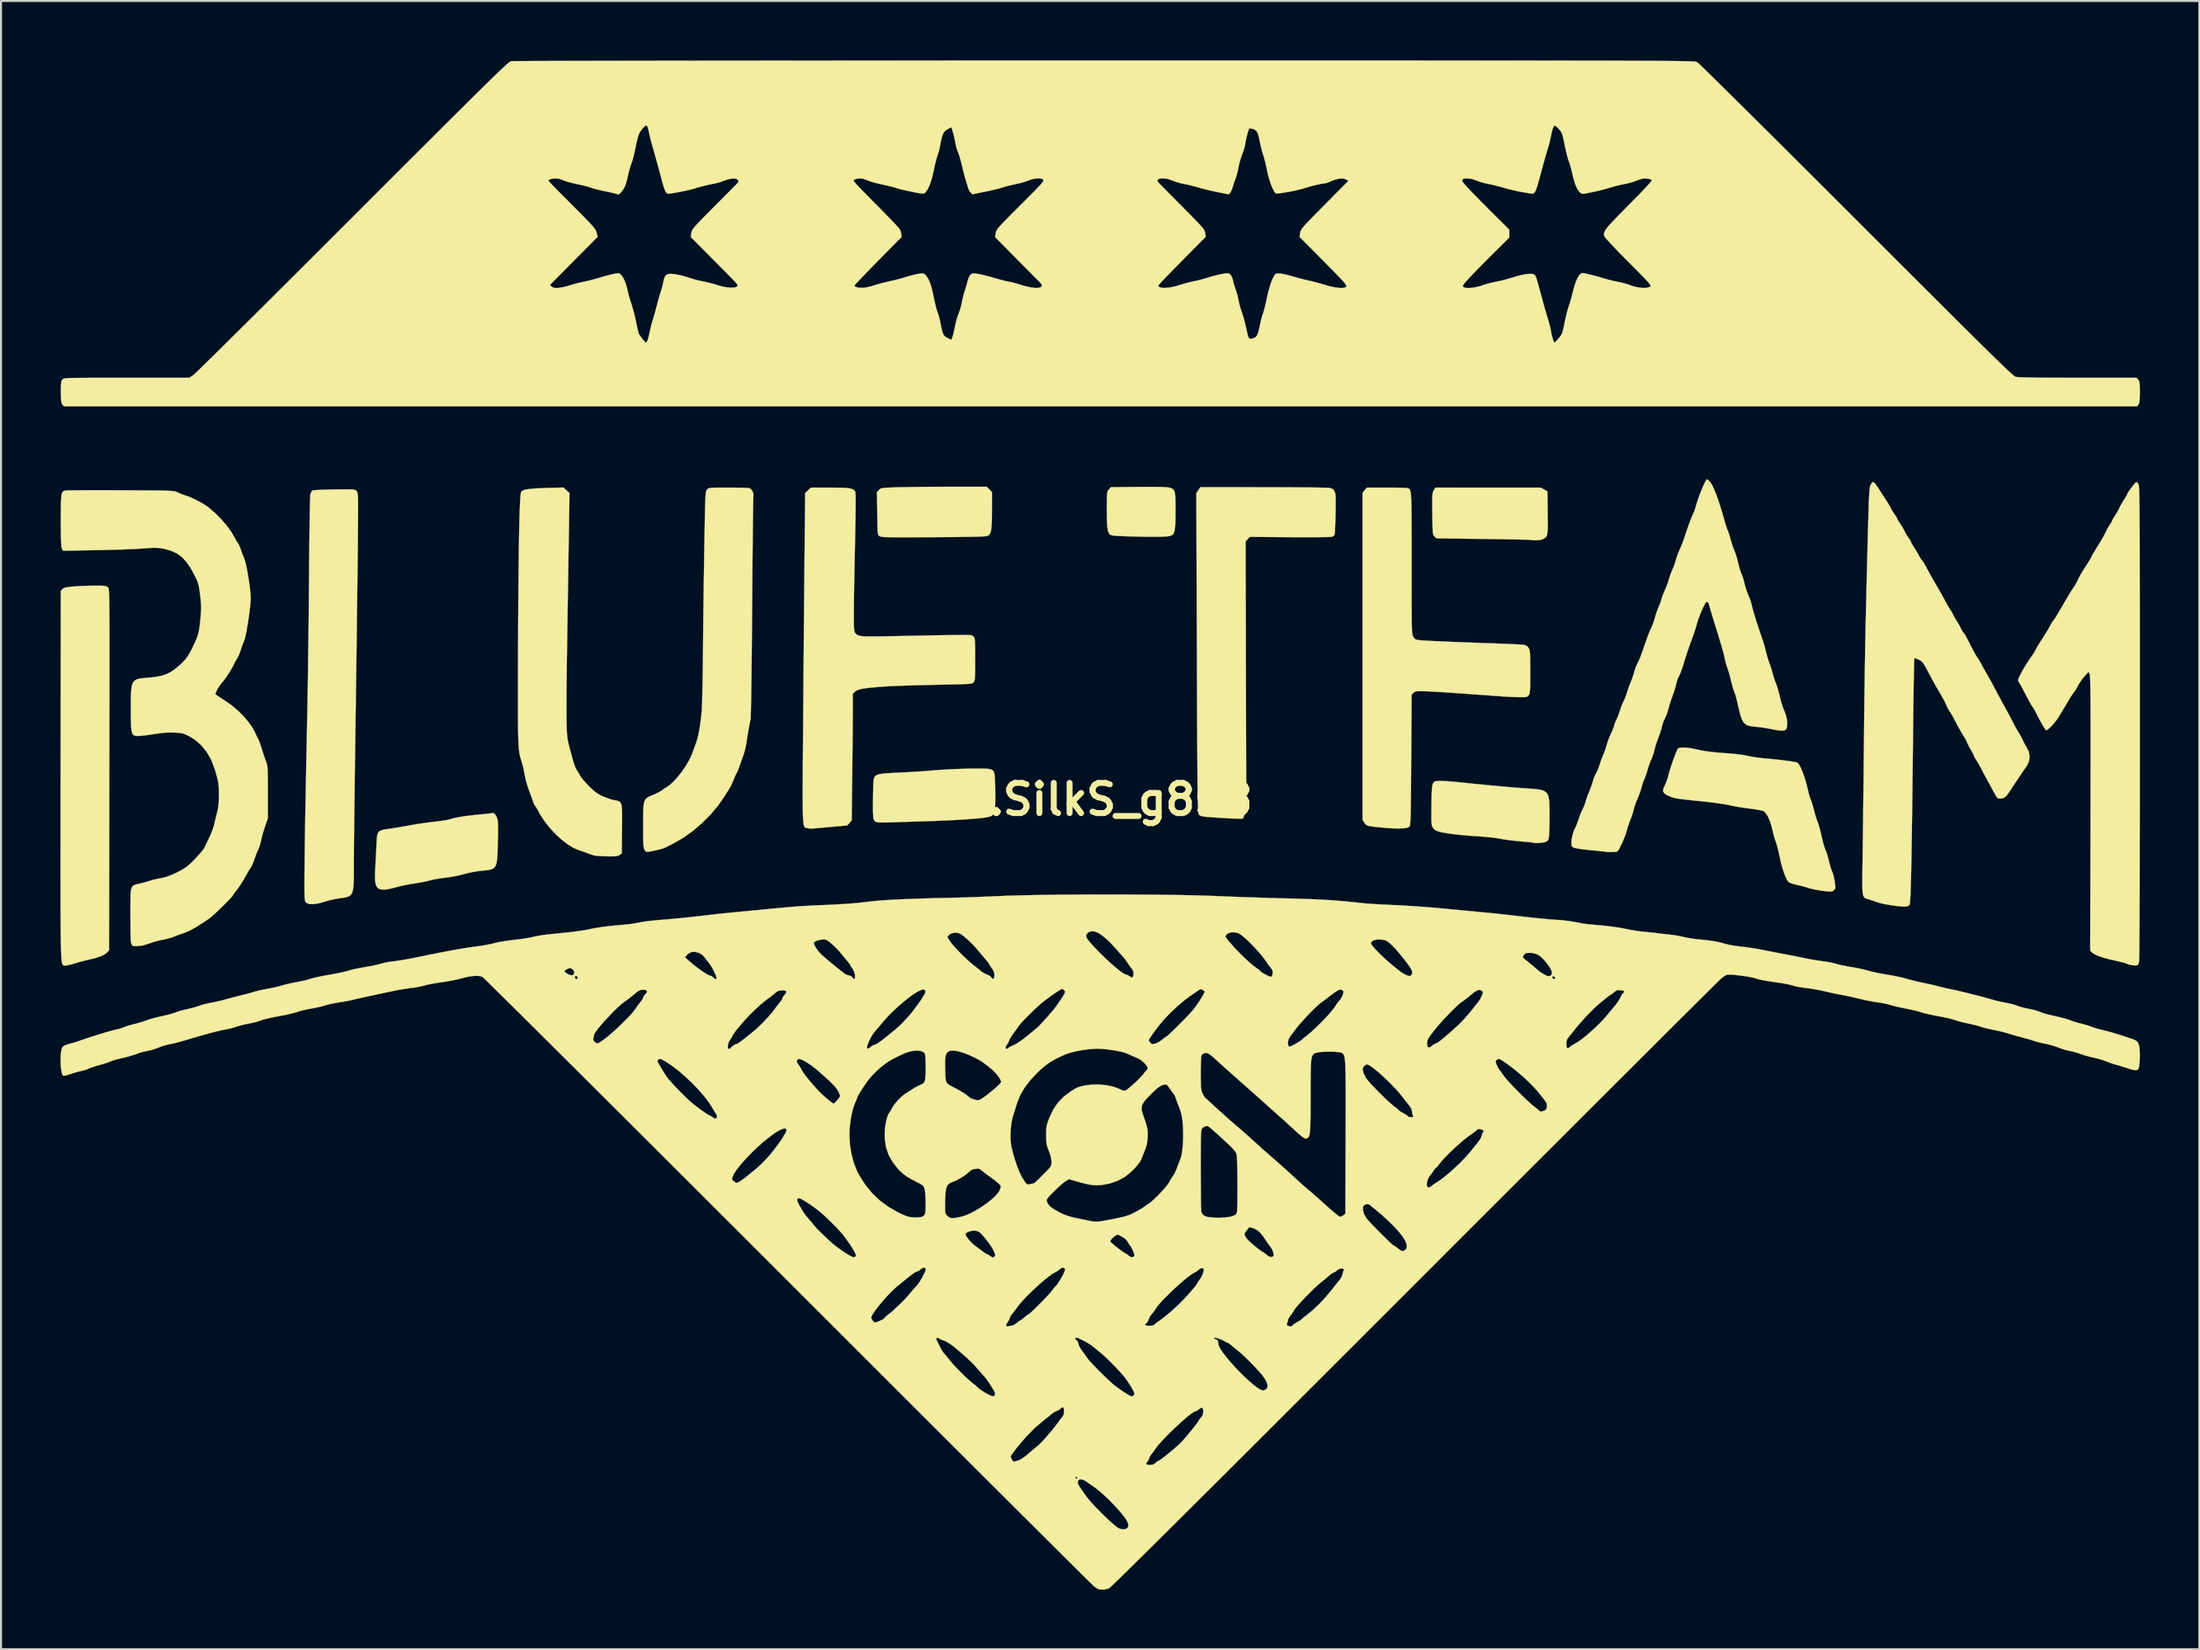
<source format=kicad_pcb>
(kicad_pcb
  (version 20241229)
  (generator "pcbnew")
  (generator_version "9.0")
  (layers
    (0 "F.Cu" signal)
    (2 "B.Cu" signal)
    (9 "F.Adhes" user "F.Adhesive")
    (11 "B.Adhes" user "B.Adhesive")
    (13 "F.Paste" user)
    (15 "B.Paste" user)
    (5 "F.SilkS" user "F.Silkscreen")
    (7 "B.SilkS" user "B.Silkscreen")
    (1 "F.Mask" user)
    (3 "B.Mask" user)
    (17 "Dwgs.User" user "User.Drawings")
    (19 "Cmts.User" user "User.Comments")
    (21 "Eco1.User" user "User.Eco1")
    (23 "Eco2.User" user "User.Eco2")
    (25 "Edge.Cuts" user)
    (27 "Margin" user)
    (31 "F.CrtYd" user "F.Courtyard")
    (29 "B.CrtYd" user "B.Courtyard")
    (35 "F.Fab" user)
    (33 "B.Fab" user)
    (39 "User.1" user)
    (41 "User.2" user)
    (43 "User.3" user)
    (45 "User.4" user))
  (footprint "F.SilkS_g858"
    (layer "F.Cu")
    (at 52.874 37.322)
    (property "Reference" "F.SilkS_g858" (at 0 0 0) (layer "F.SilkS") (effects (font (size 1.524 1.524) (thickness 0.3))))
    (attr through_hole)
    (fp_poly (pts (xy 19.208 -15.747) (xy 21.865 -15.747) (xy 22.204 -15.555) (xy 22.215 -14.46) (xy 22.219 -14.113) (xy 22.219 -13.841) (xy 22.216 -13.633) (xy 22.206 -13.478) (xy 22.187 -13.368) (xy 22.158 -13.29) (xy 22.117 -13.235) (xy 22.061 -13.193) (xy 21.989 -13.154) (xy 21.963 -13.14) (xy 21.849 -13.107) (xy 21.684 -13.09) (xy 21.5 -13.089) (xy 21.33 -13.106) (xy 21.315 -13.109) (xy 21.258 -13.113) (xy 21.124 -13.117) (xy 20.921 -13.122) (xy 20.658 -13.128) (xy 20.342 -13.134) (xy 19.982 -13.14) (xy 19.586 -13.147) (xy 19.161 -13.153) (xy 18.914 -13.156) (xy 16.597 -13.187) (xy 16.501 -13.283) (xy 16.471 -13.316) (xy 16.448 -13.353) (xy 16.43 -13.405) (xy 16.418 -13.485) (xy 16.409 -13.601) (xy 16.402 -13.764) (xy 16.398 -13.987) (xy 16.394 -14.279) (xy 16.392 -14.426) (xy 16.389 -14.752) (xy 16.388 -15.005) (xy 16.389 -15.196) (xy 16.394 -15.335) (xy 16.404 -15.435) (xy 16.418 -15.506) (xy 16.437 -15.56) (xy 16.463 -15.607) (xy 16.466 -15.61) (xy 16.551 -15.748) (xy 19.208 -15.747)) (stroke (width 0.01) (type solid)) (fill yes) (layer "F.SilkS"))
    (fp_poly (pts (xy 2.359 -15.784) (xy 2.648 -15.78) (xy 2.867 -15.772) (xy 3.023 -15.761) (xy 3.119 -15.745) (xy 3.124 -15.744) (xy 3.218 -15.714) (xy 3.29 -15.675) (xy 3.343 -15.617) (xy 3.381 -15.529) (xy 3.405 -15.401) (xy 3.419 -15.222) (xy 3.425 -14.983) (xy 3.426 -14.672) (xy 3.426 -14.575) (xy 3.423 -14.224) (xy 3.416 -13.947) (xy 3.403 -13.736) (xy 3.381 -13.579) (xy 3.349 -13.469) (xy 3.304 -13.394) (xy 3.244 -13.345) (xy 3.168 -13.312) (xy 3.153 -13.308) (xy 3.034 -13.287) (xy 2.84 -13.272) (xy 2.567 -13.264) (xy 2.215 -13.263) (xy 1.782 -13.268) (xy 1.268 -13.28) (xy 0.922 -13.29) (xy 0.637 -13.301) (xy 0.426 -13.312) (xy 0.278 -13.326) (xy 0.181 -13.344) (xy 0.127 -13.366) (xy 0.113 -13.377) (xy 0.063 -13.444) (xy 0.025 -13.531) (xy -0.003 -13.65) (xy -0.022 -13.812) (xy -0.034 -14.027) (xy -0.041 -14.307) (xy -0.042 -14.63) (xy -0.042 -14.928) (xy -0.041 -15.154) (xy -0.036 -15.319) (xy -0.029 -15.435) (xy -0.016 -15.515) (xy 0.003 -15.57) (xy 0.029 -15.613) (xy 0.06 -15.65) (xy 0.162 -15.769) (xy 1.552 -15.782) (xy 1.995 -15.785) (xy 2.359 -15.784)) (stroke (width 0.01) (type solid)) (fill yes) (layer "F.SilkS"))
    (fp_poly (pts (xy -5.842 -15.52) (xy -5.842 -14.612) (xy -5.844 -14.254) (xy -5.851 -13.97) (xy -5.865 -13.751) (xy -5.886 -13.588) (xy -5.918 -13.471) (xy -5.96 -13.391) (xy -6.016 -13.337) (xy -6.051 -13.315) (xy -6.09 -13.303) (xy -6.162 -13.293) (xy -6.273 -13.284) (xy -6.428 -13.276) (xy -6.632 -13.269) (xy -6.891 -13.263) (xy -7.21 -13.258) (xy -7.596 -13.253) (xy -8.053 -13.249) (xy -8.588 -13.245) (xy -8.795 -13.244) (xy -9.335 -13.241) (xy -9.798 -13.239) (xy -10.188 -13.238) (xy -10.513 -13.238) (xy -10.778 -13.239) (xy -10.991 -13.242) (xy -11.157 -13.246) (xy -11.283 -13.251) (xy -11.376 -13.259) (xy -11.441 -13.268) (xy -11.485 -13.28) (xy -11.514 -13.293) (xy -11.525 -13.301) (xy -11.555 -13.325) (xy -11.577 -13.356) (xy -11.594 -13.403) (xy -11.607 -13.476) (xy -11.616 -13.588) (xy -11.622 -13.747) (xy -11.627 -13.964) (xy -11.631 -14.249) (xy -11.634 -14.445) (xy -11.647 -15.518) (xy -11.547 -15.626) (xy -11.51 -15.664) (xy -11.469 -15.692) (xy -11.412 -15.713) (xy -11.326 -15.728) (xy -11.198 -15.739) (xy -11.016 -15.748) (xy -10.768 -15.758) (xy -10.645 -15.762) (xy -10.424 -15.768) (xy -10.134 -15.774) (xy -9.787 -15.779) (xy -9.397 -15.783) (xy -8.98 -15.787) (xy -8.549 -15.789) (xy -8.119 -15.79) (xy -7.974 -15.79) (xy -6.106 -15.79) (xy -5.842 -15.52)) (stroke (width 0.01) (type solid)) (fill yes) (layer "F.SilkS"))
    (fp_poly (pts (xy -6.314 -1.556) (xy -6.112 -1.549) (xy -5.976 -1.536) (xy -5.942 -1.529) (xy -5.831 -1.491) (xy -5.769 -1.435) (xy -5.73 -1.334) (xy -5.72 -1.293) (xy -5.704 -1.188) (xy -5.691 -1.012) (xy -5.681 -0.781) (xy -5.675 -0.51) (xy -5.673 -0.241) (xy -5.674 0.081) (xy -5.68 0.33) (xy -5.694 0.516) (xy -5.719 0.649) (xy -5.759 0.741) (xy -5.817 0.803) (xy -5.896 0.845) (xy -6 0.878) (xy -6.02 0.884) (xy -6.162 0.911) (xy -6.38 0.94) (xy -6.665 0.968) (xy -7.008 0.996) (xy -7.401 1.022) (xy -7.835 1.047) (xy -8.301 1.069) (xy -8.79 1.089) (xy -9.123 1.099) (xy -9.482 1.11) (xy -9.84 1.121) (xy -10.181 1.132) (xy -10.489 1.141) (xy -10.748 1.15) (xy -10.943 1.156) (xy -10.986 1.158) (xy -11.194 1.164) (xy -11.381 1.165) (xy -11.524 1.162) (xy -11.599 1.156) (xy -11.681 1.137) (xy -11.742 1.11) (xy -11.787 1.063) (xy -11.818 0.987) (xy -11.837 0.87) (xy -11.847 0.701) (xy -11.85 0.47) (xy -11.85 0.166) (xy -11.85 0.131) (xy -11.847 -0.148) (xy -11.842 -0.411) (xy -11.836 -0.643) (xy -11.828 -0.826) (xy -11.819 -0.943) (xy -11.818 -0.953) (xy -11.801 -1.051) (xy -11.773 -1.13) (xy -11.724 -1.191) (xy -11.645 -1.238) (xy -11.528 -1.273) (xy -11.362 -1.3) (xy -11.139 -1.321) (xy -10.849 -1.339) (xy -10.505 -1.355) (xy -10.172 -1.372) (xy -9.82 -1.392) (xy -9.472 -1.415) (xy -9.155 -1.437) (xy -8.893 -1.459) (xy -8.855 -1.462) (xy -8.564 -1.486) (xy -8.24 -1.507) (xy -7.897 -1.525) (xy -7.545 -1.539) (xy -7.199 -1.55) (xy -6.87 -1.556) (xy -6.571 -1.558) (xy -6.314 -1.556)) (stroke (width 0.01) (type solid)) (fill yes) (layer "F.SilkS"))
    (fp_poly (pts (xy 16.845 -0.931) (xy 17.012 -0.926) (xy 17.235 -0.913) (xy 17.486 -0.893) (xy 17.737 -0.869) (xy 17.759 -0.867) (xy 18.284 -0.812) (xy 18.81 -0.759) (xy 19.325 -0.709) (xy 19.816 -0.664) (xy 20.269 -0.624) (xy 20.671 -0.591) (xy 21.008 -0.566) (xy 21.154 -0.556) (xy 21.485 -0.534) (xy 21.746 -0.506) (xy 21.945 -0.464) (xy 22.09 -0.397) (xy 22.191 -0.296) (xy 22.255 -0.151) (xy 22.29 0.046) (xy 22.305 0.306) (xy 22.309 0.638) (xy 22.309 0.762) (xy 22.308 1.041) (xy 22.304 1.307) (xy 22.298 1.542) (xy 22.291 1.728) (xy 22.283 1.849) (xy 22.282 1.857) (xy 22.261 1.992) (xy 22.228 2.07) (xy 22.168 2.118) (xy 22.114 2.143) (xy 22.015 2.17) (xy 21.877 2.19) (xy 21.73 2.202) (xy 21.6 2.203) (xy 21.516 2.192) (xy 21.502 2.184) (xy 21.456 2.175) (xy 21.34 2.161) (xy 21.171 2.145) (xy 20.962 2.127) (xy 20.855 2.118) (xy 20.591 2.094) (xy 20.316 2.062) (xy 20.062 2.027) (xy 19.858 1.993) (xy 19.832 1.987) (xy 19.651 1.956) (xy 19.411 1.925) (xy 19.136 1.896) (xy 18.853 1.872) (xy 18.704 1.862) (xy 18.269 1.833) (xy 17.859 1.797) (xy 17.485 1.756) (xy 17.16 1.712) (xy 16.897 1.667) (xy 16.731 1.627) (xy 16.571 1.568) (xy 16.468 1.489) (xy 16.421 1.427) (xy 16.394 1.38) (xy 16.374 1.328) (xy 16.36 1.259) (xy 16.35 1.162) (xy 16.345 1.025) (xy 16.344 0.838) (xy 16.345 0.589) (xy 16.349 0.268) (xy 16.354 -0.081) (xy 16.36 -0.356) (xy 16.372 -0.564) (xy 16.393 -0.714) (xy 16.427 -0.817) (xy 16.477 -0.881) (xy 16.548 -0.915) (xy 16.644 -0.929) (xy 16.767 -0.931) (xy 16.845 -0.931)) (stroke (width 0.01) (type solid)) (fill yes) (layer "F.SilkS"))
    (fp_poly (pts (xy 7.833 -15.767) (xy 8.348 -15.766) (xy 8.841 -15.764) (xy 9.307 -15.762) (xy 9.737 -15.759) (xy 10.125 -15.756) (xy 10.464 -15.752) (xy 10.746 -15.747) (xy 10.964 -15.743) (xy 11.112 -15.738) (xy 11.181 -15.733) (xy 11.313 -15.702) (xy 11.395 -15.647) (xy 11.45 -15.565) (xy 11.474 -15.513) (xy 11.491 -15.45) (xy 11.503 -15.364) (xy 11.51 -15.244) (xy 11.513 -15.077) (xy 11.512 -14.853) (xy 11.508 -14.561) (xy 11.505 -14.434) (xy 11.499 -14.149) (xy 11.49 -13.89) (xy 11.481 -13.669) (xy 11.47 -13.5) (xy 11.46 -13.395) (xy 11.454 -13.368) (xy 11.39 -13.296) (xy 11.331 -13.264) (xy 11.271 -13.258) (xy 11.135 -13.253) (xy 10.932 -13.248) (xy 10.671 -13.245) (xy 10.359 -13.243) (xy 10.006 -13.243) (xy 9.621 -13.243) (xy 9.212 -13.245) (xy 9.207 -13.245) (xy 7.176 -13.259) (xy 7.07 -13.145) (xy 6.964 -13.032) (xy 6.98 -6.228) (xy 6.997 0.575) (xy 6.909 0.774) (xy 6.82 0.974) (xy 6.469 0.967) (xy 6.283 0.961) (xy 6.044 0.951) (xy 5.786 0.937) (xy 5.567 0.923) (xy 5.267 0.902) (xy 5.041 0.884) (xy 4.876 0.867) (xy 4.761 0.848) (xy 4.685 0.825) (xy 4.636 0.797) (xy 4.603 0.761) (xy 4.594 0.748) (xy 4.586 0.727) (xy 4.579 0.688) (xy 4.573 0.627) (xy 4.567 0.54) (xy 4.561 0.423) (xy 4.556 0.275) (xy 4.551 0.09) (xy 4.547 -0.134) (xy 4.543 -0.401) (xy 4.539 -0.715) (xy 4.535 -1.078) (xy 4.532 -1.493) (xy 4.528 -1.966) (xy 4.525 -2.498) (xy 4.522 -3.093) (xy 4.519 -3.755) (xy 4.515 -4.488) (xy 4.512 -5.293) (xy 4.509 -6.176) (xy 4.506 -7.139) (xy 4.505 -7.409) (xy 4.477 -15.473) (xy 4.579 -15.621) (xy 4.681 -15.769) (xy 7.833 -15.767)) (stroke (width 0.01) (type solid)) (fill yes) (layer "F.SilkS"))
    (fp_poly (pts (xy -50.901 -10.794) (xy -50.738 -10.79) (xy -50.628 -10.78) (xy -50.558 -10.763) (xy -50.511 -10.737) (xy -50.478 -10.706) (xy -50.47 -10.697) (xy -50.461 -10.69) (xy -50.453 -10.681) (xy -50.446 -10.667) (xy -50.44 -10.646) (xy -50.434 -10.614) (xy -50.428 -10.568) (xy -50.423 -10.506) (xy -50.419 -10.424) (xy -50.415 -10.32) (xy -50.411 -10.19) (xy -50.408 -10.032) (xy -50.406 -9.842) (xy -50.403 -9.618) (xy -50.401 -9.357) (xy -50.4 -9.055) (xy -50.399 -8.71) (xy -50.398 -8.319) (xy -50.398 -7.878) (xy -50.397 -7.385) (xy -50.398 -6.838) (xy -50.398 -6.232) (xy -50.399 -5.564) (xy -50.399 -4.833) (xy -50.401 -4.035) (xy -50.402 -3.167) (xy -50.403 -2.225) (xy -50.405 -1.208) (xy -50.407 -0.112) (xy -50.408 0.982) (xy -50.419 7.615) (xy -50.515 7.727) (xy -50.644 7.829) (xy -50.854 7.926) (xy -51.145 8.019) (xy -51.456 8.095) (xy -51.665 8.145) (xy -51.878 8.2) (xy -52.057 8.252) (xy -52.091 8.264) (xy -52.348 8.34) (xy -52.547 8.382) (xy -52.684 8.388) (xy -52.746 8.362) (xy -52.761 8.342) (xy -52.774 8.315) (xy -52.787 8.278) (xy -52.798 8.229) (xy -52.808 8.162) (xy -52.817 8.077) (xy -52.826 7.968) (xy -52.833 7.833) (xy -52.84 7.668) (xy -52.846 7.471) (xy -52.851 7.237) (xy -52.855 6.963) (xy -52.859 6.647) (xy -52.862 6.285) (xy -52.864 5.873) (xy -52.866 5.409) (xy -52.867 4.889) (xy -52.868 4.309) (xy -52.869 3.666) (xy -52.869 2.958) (xy -52.868 2.18) (xy -52.868 1.33) (xy -52.867 0.404) (xy -52.866 -0.601) (xy -52.865 -1.322) (xy -52.853 -10.539) (xy -52.766 -10.626) (xy -52.712 -10.667) (xy -52.634 -10.697) (xy -52.515 -10.72) (xy -52.338 -10.741) (xy -52.194 -10.754) (xy -51.952 -10.77) (xy -51.663 -10.783) (xy -51.367 -10.792) (xy -51.135 -10.794) (xy -50.901 -10.794)) (stroke (width 0.01) (type solid)) (fill yes) (layer "F.SilkS"))
    (fp_poly (pts (xy -30.933 0.748) (xy -30.855 0.869) (xy -30.836 0.914) (xy -30.813 0.983) (xy -30.796 1.061) (xy -30.785 1.159) (xy -30.778 1.289) (xy -30.776 1.464) (xy -30.779 1.695) (xy -30.785 1.994) (xy -30.789 2.136) (xy -30.798 2.515) (xy -30.81 2.818) (xy -30.828 3.055) (xy -30.858 3.234) (xy -30.906 3.364) (xy -30.975 3.455) (xy -31.072 3.514) (xy -31.201 3.552) (xy -31.368 3.577) (xy -31.577 3.598) (xy -31.619 3.602) (xy -31.879 3.636) (xy -32.166 3.689) (xy -32.431 3.752) (xy -32.491 3.769) (xy -32.712 3.825) (xy -32.98 3.881) (xy -33.26 3.929) (xy -33.469 3.957) (xy -33.696 3.987) (xy -33.91 4.021) (xy -34.087 4.055) (xy -34.205 4.086) (xy -34.21 4.087) (xy -34.322 4.118) (xy -34.496 4.156) (xy -34.709 4.196) (xy -34.938 4.233) (xy -34.967 4.237) (xy -35.22 4.279) (xy -35.482 4.329) (xy -35.721 4.381) (xy -35.903 4.427) (xy -36.211 4.507) (xy -36.453 4.549) (xy -36.637 4.554) (xy -36.772 4.521) (xy -36.797 4.509) (xy -36.879 4.441) (xy -36.938 4.337) (xy -36.974 4.188) (xy -36.99 3.982) (xy -36.988 3.709) (xy -36.98 3.535) (xy -36.967 3.277) (xy -36.951 2.971) (xy -36.934 2.654) (xy -36.919 2.362) (xy -36.918 2.338) (xy -36.905 2.068) (xy -36.889 1.869) (xy -36.858 1.729) (xy -36.802 1.634) (xy -36.709 1.572) (xy -36.567 1.53) (xy -36.364 1.496) (xy -36.132 1.461) (xy -35.915 1.427) (xy -35.65 1.383) (xy -35.375 1.334) (xy -35.158 1.295) (xy -34.893 1.249) (xy -34.583 1.202) (xy -34.268 1.159) (xy -33.994 1.127) (xy -33.757 1.099) (xy -33.535 1.067) (xy -33.349 1.035) (xy -33.22 1.005) (xy -33.197 0.998) (xy -32.995 0.941) (xy -32.719 0.886) (xy -32.379 0.834) (xy -31.986 0.788) (xy -31.708 0.761) (xy -31.496 0.741) (xy -31.314 0.722) (xy -31.18 0.706) (xy -31.11 0.694) (xy -31.104 0.691) (xy -31.021 0.685) (xy -30.933 0.748)) (stroke (width 0.01) (type solid)) (fill yes) (layer "F.SilkS"))
    (fp_poly (pts (xy -38.295 -15.661) (xy -38.163 -15.657) (xy -38.073 -15.649) (xy -38.013 -15.635) (xy -37.973 -15.616) (xy -37.942 -15.59) (xy -37.934 -15.582) (xy -37.904 -15.548) (xy -37.882 -15.506) (xy -37.866 -15.443) (xy -37.856 -15.348) (xy -37.85 -15.208) (xy -37.846 -15.013) (xy -37.845 -14.749) (xy -37.845 -14.637) (xy -37.846 -14.418) (xy -37.847 -14.115) (xy -37.85 -13.731) (xy -37.855 -13.267) (xy -37.86 -12.724) (xy -37.867 -12.104) (xy -37.875 -11.408) (xy -37.885 -10.638) (xy -37.895 -9.795) (xy -37.907 -8.881) (xy -37.919 -7.897) (xy -37.933 -6.845) (xy -37.948 -5.726) (xy -37.965 -4.541) (xy -37.982 -3.293) (xy -37.996 -2.244) (xy -38.005 -1.608) (xy -38.013 -0.976) (xy -38.021 -0.357) (xy -38.029 0.243) (xy -38.036 0.816) (xy -38.042 1.353) (xy -38.047 1.849) (xy -38.052 2.294) (xy -38.055 2.682) (xy -38.058 3.005) (xy -38.059 3.255) (xy -38.059 3.365) (xy -38.06 3.766) (xy -38.064 4.091) (xy -38.076 4.348) (xy -38.099 4.546) (xy -38.137 4.694) (xy -38.194 4.8) (xy -38.275 4.873) (xy -38.382 4.922) (xy -38.521 4.955) (xy -38.693 4.981) (xy -38.795 4.995) (xy -39.024 5.033) (xy -39.281 5.091) (xy -39.516 5.157) (xy -39.547 5.167) (xy -39.849 5.252) (xy -40.104 5.29) (xy -40.306 5.282) (xy -40.446 5.228) (xy -40.471 5.207) (xy -40.495 5.179) (xy -40.514 5.143) (xy -40.529 5.09) (xy -40.539 5.01) (xy -40.546 4.893) (xy -40.55 4.729) (xy -40.551 4.509) (xy -40.551 4.223) (xy -40.55 3.884) (xy -40.549 3.642) (xy -40.547 3.39) (xy -40.545 3.125) (xy -40.542 2.841) (xy -40.538 2.533) (xy -40.533 2.196) (xy -40.527 1.826) (xy -40.521 1.417) (xy -40.513 0.964) (xy -40.504 0.464) (xy -40.494 -0.09) (xy -40.482 -0.702) (xy -40.469 -1.377) (xy -40.455 -2.119) (xy -40.438 -2.935) (xy -40.421 -3.828) (xy -40.412 -4.233) (xy -40.401 -4.814) (xy -40.39 -5.464) (xy -40.379 -6.169) (xy -40.368 -6.913) (xy -40.358 -7.683) (xy -40.348 -8.462) (xy -40.339 -9.236) (xy -40.332 -9.991) (xy -40.325 -10.71) (xy -40.32 -11.379) (xy -40.32 -11.388) (xy -40.315 -11.956) (xy -40.31 -12.503) (xy -40.305 -13.022) (xy -40.299 -13.507) (xy -40.293 -13.951) (xy -40.286 -14.348) (xy -40.28 -14.692) (xy -40.273 -14.977) (xy -40.267 -15.197) (xy -40.261 -15.344) (xy -40.255 -15.414) (xy -40.254 -15.416) (xy -40.21 -15.526) (xy -40.152 -15.598) (xy -40.142 -15.604) (xy -40.08 -15.614) (xy -39.947 -15.624) (xy -39.754 -15.634) (xy -39.514 -15.643) (xy -39.24 -15.65) (xy -39.046 -15.654) (xy -38.725 -15.659) (xy -38.479 -15.662) (xy -38.295 -15.661)) (stroke (width 0.01) (type solid)) (fill yes) (layer "F.SilkS"))
    (fp_poly (pts (xy 14.314 -15.747) (xy 14.573 -15.744) (xy 14.797 -15.739) (xy 14.97 -15.733) (xy 15.078 -15.726) (xy 15.1 -15.723) (xy 15.143 -15.716) (xy 15.18 -15.707) (xy 15.212 -15.694) (xy 15.24 -15.669) (xy 15.264 -15.628) (xy 15.284 -15.565) (xy 15.301 -15.476) (xy 15.314 -15.355) (xy 15.324 -15.196) (xy 15.332 -14.995) (xy 15.338 -14.747) (xy 15.342 -14.445) (xy 15.344 -14.085) (xy 15.345 -13.661) (xy 15.346 -13.169) (xy 15.346 -12.603) (xy 15.346 -11.957) (xy 15.346 -11.938) (xy 15.346 -11.305) (xy 15.346 -10.751) (xy 15.347 -10.271) (xy 15.347 -9.859) (xy 15.349 -9.51) (xy 15.351 -9.217) (xy 15.354 -8.976) (xy 15.358 -8.78) (xy 15.363 -8.625) (xy 15.369 -8.505) (xy 15.376 -8.414) (xy 15.385 -8.347) (xy 15.395 -8.298) (xy 15.408 -8.262) (xy 15.422 -8.232) (xy 15.433 -8.213) (xy 15.484 -8.134) (xy 15.539 -8.087) (xy 15.622 -8.06) (xy 15.758 -8.042) (xy 15.814 -8.037) (xy 15.955 -8.026) (xy 16.177 -8.013) (xy 16.473 -7.998) (xy 16.84 -7.981) (xy 17.273 -7.963) (xy 17.767 -7.943) (xy 18.317 -7.922) (xy 18.918 -7.9) (xy 19.567 -7.877) (xy 19.685 -7.873) (xy 20.004 -7.861) (xy 20.301 -7.849) (xy 20.564 -7.836) (xy 20.781 -7.825) (xy 20.94 -7.814) (xy 21.028 -7.806) (xy 21.033 -7.805) (xy 21.175 -7.741) (xy 21.255 -7.646) (xy 21.28 -7.599) (xy 21.299 -7.543) (xy 21.313 -7.467) (xy 21.323 -7.359) (xy 21.33 -7.21) (xy 21.334 -7.008) (xy 21.335 -6.741) (xy 21.336 -6.434) (xy 21.336 -6.072) (xy 21.335 -5.787) (xy 21.327 -5.568) (xy 21.311 -5.408) (xy 21.281 -5.296) (xy 21.234 -5.225) (xy 21.166 -5.185) (xy 21.073 -5.168) (xy 20.952 -5.165) (xy 20.799 -5.166) (xy 20.794 -5.166) (xy 20.573 -5.17) (xy 20.307 -5.18) (xy 20.036 -5.195) (xy 19.875 -5.206) (xy 19.591 -5.227) (xy 19.24 -5.253) (xy 18.844 -5.282) (xy 18.421 -5.312) (xy 17.99 -5.342) (xy 17.571 -5.372) (xy 17.183 -5.398) (xy 16.912 -5.417) (xy 16.65 -5.433) (xy 16.38 -5.447) (xy 16.132 -5.459) (xy 15.935 -5.465) (xy 15.903 -5.466) (xy 15.719 -5.467) (xy 15.598 -5.46) (xy 15.52 -5.44) (xy 15.463 -5.405) (xy 15.438 -5.381) (xy 15.346 -5.289) (xy 15.325 -1.99) (xy 15.321 -1.381) (xy 15.317 -0.852) (xy 15.313 -0.395) (xy 15.309 -0.007) (xy 15.305 0.319) (xy 15.301 0.589) (xy 15.296 0.807) (xy 15.29 0.98) (xy 15.283 1.114) (xy 15.276 1.213) (xy 15.267 1.284) (xy 15.257 1.332) (xy 15.245 1.362) (xy 15.232 1.381) (xy 15.23 1.382) (xy 15.137 1.427) (xy 14.967 1.455) (xy 14.728 1.467) (xy 14.427 1.462) (xy 14.07 1.439) (xy 13.822 1.417) (xy 13.552 1.389) (xy 13.353 1.366) (xy 13.213 1.344) (xy 13.117 1.319) (xy 13.054 1.288) (xy 13.01 1.247) (xy 12.971 1.192) (xy 12.957 1.17) (xy 12.869 1.027) (xy 12.869 -15.488) (xy 12.979 -15.618) (xy 13.089 -15.748) (xy 14.032 -15.748) (xy 14.314 -15.747)) (stroke (width 0.01) (type solid)) (fill yes) (layer "F.SilkS"))
    (fp_poly (pts (xy -27.324 -15.612) (xy -27.171 -15.471) (xy -27.217 -12.593) (xy -27.233 -11.553) (xy -27.249 -10.594) (xy -27.263 -9.712) (xy -27.275 -8.904) (xy -27.287 -8.167) (xy -27.296 -7.496) (xy -27.305 -6.889) (xy -27.312 -6.341) (xy -27.318 -5.85) (xy -27.322 -5.411) (xy -27.325 -5.021) (xy -27.326 -4.677) (xy -27.325 -4.375) (xy -27.324 -4.11) (xy -27.32 -3.881) (xy -27.315 -3.683) (xy -27.308 -3.512) (xy -27.3 -3.366) (xy -27.29 -3.24) (xy -27.279 -3.131) (xy -27.265 -3.035) (xy -27.251 -2.949) (xy -27.234 -2.869) (xy -27.215 -2.793) (xy -27.195 -2.715) (xy -27.173 -2.632) (xy -27.16 -2.581) (xy -27.074 -2.26) (xy -27.006 -2.011) (xy -26.95 -1.823) (xy -26.904 -1.685) (xy -26.865 -1.587) (xy -26.828 -1.517) (xy -26.807 -1.486) (xy -26.735 -1.376) (xy -26.655 -1.238) (xy -26.632 -1.195) (xy -26.566 -1.094) (xy -26.453 -0.954) (xy -26.311 -0.796) (xy -26.172 -0.654) (xy -25.991 -0.483) (xy -25.844 -0.359) (xy -25.706 -0.266) (xy -25.556 -0.187) (xy -25.465 -0.146) (xy -25.275 -0.071) (xy -25.079 -0.006) (xy -24.916 0.038) (xy -24.894 0.042) (xy -24.788 0.062) (xy -24.703 0.085) (xy -24.638 0.118) (xy -24.589 0.173) (xy -24.555 0.256) (xy -24.532 0.378) (xy -24.52 0.548) (xy -24.515 0.773) (xy -24.516 1.064) (xy -24.519 1.429) (xy -24.52 1.496) (xy -24.532 2.717) (xy -24.632 2.798) (xy -24.687 2.833) (xy -24.757 2.856) (xy -24.86 2.869) (xy -25.014 2.874) (xy -25.225 2.874) (xy -25.441 2.869) (xy -25.644 2.859) (xy -25.809 2.846) (xy -25.897 2.834) (xy -26.052 2.793) (xy -26.22 2.734) (xy -26.263 2.716) (xy -26.419 2.654) (xy -26.6 2.591) (xy -26.678 2.567) (xy -26.957 2.453) (xy -27.256 2.272) (xy -27.564 2.036) (xy -27.87 1.755) (xy -28.161 1.442) (xy -28.425 1.108) (xy -28.651 0.763) (xy -28.76 0.564) (xy -28.826 0.441) (xy -28.883 0.351) (xy -28.91 0.32) (xy -28.944 0.269) (xy -28.99 0.163) (xy -29.022 0.074) (xy -29.071 -0.071) (xy -29.14 -0.26) (xy -29.214 -0.459) (xy -29.234 -0.512) (xy -29.309 -0.734) (xy -29.38 -0.991) (xy -29.432 -1.234) (xy -29.439 -1.274) (xy -29.478 -1.484) (xy -29.525 -1.694) (xy -29.572 -1.869) (xy -29.586 -1.912) (xy -29.617 -2.004) (xy -29.645 -2.092) (xy -29.669 -2.182) (xy -29.69 -2.279) (xy -29.709 -2.389) (xy -29.724 -2.516) (xy -29.737 -2.666) (xy -29.748 -2.845) (xy -29.756 -3.057) (xy -29.763 -3.309) (xy -29.768 -3.604) (xy -29.771 -3.95) (xy -29.773 -4.35) (xy -29.774 -4.811) (xy -29.774 -5.338) (xy -29.772 -5.935) (xy -29.771 -6.609) (xy -29.77 -7.027) (xy -29.766 -8.165) (xy -29.761 -9.223) (xy -29.754 -10.201) (xy -29.747 -11.097) (xy -29.738 -11.912) (xy -29.729 -12.646) (xy -29.718 -13.298) (xy -29.706 -13.867) (xy -29.693 -14.354) (xy -29.679 -14.758) (xy -29.663 -15.079) (xy -29.647 -15.316) (xy -29.629 -15.469) (xy -29.611 -15.538) (xy -29.61 -15.539) (xy -29.547 -15.588) (xy -29.453 -15.628) (xy -29.318 -15.66) (xy -29.132 -15.684) (xy -28.886 -15.704) (xy -28.571 -15.719) (xy -28.333 -15.727) (xy -27.478 -15.752) (xy -27.324 -15.612)) (stroke (width 0.01) (type solid)) (fill yes) (layer "F.SilkS"))
    (fp_poly (pts (xy 29.213 -2.616) (xy 29.441 -2.587) (xy 29.654 -2.543) (xy 29.913 -2.486) (xy 30.178 -2.44) (xy 30.467 -2.401) (xy 30.799 -2.367) (xy 31.192 -2.336) (xy 31.309 -2.328) (xy 31.57 -2.307) (xy 31.83 -2.278) (xy 32.064 -2.247) (xy 32.248 -2.214) (xy 32.299 -2.202) (xy 32.473 -2.166) (xy 32.701 -2.129) (xy 32.949 -2.096) (xy 33.147 -2.075) (xy 33.528 -2.04) (xy 33.877 -2.003) (xy 34.185 -1.967) (xy 34.444 -1.932) (xy 34.645 -1.9) (xy 34.778 -1.872) (xy 34.833 -1.851) (xy 34.911 -1.754) (xy 34.999 -1.588) (xy 35.091 -1.369) (xy 35.183 -1.111) (xy 35.268 -0.829) (xy 35.34 -0.539) (xy 35.344 -0.521) (xy 35.388 -0.335) (xy 35.435 -0.167) (xy 35.476 -0.044) (xy 35.49 -0.012) (xy 35.527 0.081) (xy 35.575 0.231) (xy 35.627 0.415) (xy 35.658 0.533) (xy 35.712 0.737) (xy 35.77 0.931) (xy 35.823 1.087) (xy 35.847 1.146) (xy 35.889 1.262) (xy 35.941 1.437) (xy 35.995 1.646) (xy 36.043 1.855) (xy 36.093 2.072) (xy 36.147 2.275) (xy 36.198 2.44) (xy 36.238 2.542) (xy 36.286 2.659) (xy 36.341 2.83) (xy 36.394 3.024) (xy 36.413 3.1) (xy 36.461 3.292) (xy 36.513 3.47) (xy 36.561 3.606) (xy 36.578 3.643) (xy 36.621 3.757) (xy 36.665 3.924) (xy 36.702 4.108) (xy 36.707 4.139) (xy 36.731 4.313) (xy 36.74 4.424) (xy 36.732 4.494) (xy 36.705 4.545) (xy 36.682 4.571) (xy 36.63 4.615) (xy 36.558 4.641) (xy 36.453 4.649) (xy 36.302 4.64) (xy 36.091 4.614) (xy 35.92 4.589) (xy 35.725 4.555) (xy 35.542 4.516) (xy 35.4 4.478) (xy 35.369 4.467) (xy 35.248 4.428) (xy 35.076 4.381) (xy 34.883 4.335) (xy 34.826 4.322) (xy 34.65 4.278) (xy 34.5 4.231) (xy 34.4 4.188) (xy 34.379 4.174) (xy 34.306 4.074) (xy 34.224 3.907) (xy 34.14 3.688) (xy 34.058 3.432) (xy 33.985 3.157) (xy 33.934 2.921) (xy 33.886 2.693) (xy 33.833 2.471) (xy 33.781 2.282) (xy 33.74 2.159) (xy 33.691 2.017) (xy 33.634 1.822) (xy 33.578 1.604) (xy 33.547 1.47) (xy 33.453 1.127) (xy 33.339 0.862) (xy 33.203 0.665) (xy 33.13 0.596) (xy 33.066 0.572) (xy 32.933 0.542) (xy 32.749 0.509) (xy 32.528 0.476) (xy 32.4 0.46) (xy 32.141 0.425) (xy 31.882 0.385) (xy 31.648 0.344) (xy 31.464 0.306) (xy 31.416 0.294) (xy 31.279 0.265) (xy 31.075 0.231) (xy 30.821 0.194) (xy 30.534 0.156) (xy 30.232 0.12) (xy 30.099 0.106) (xy 29.72 0.066) (xy 29.415 0.034) (xy 29.174 0.008) (xy 28.987 -0.014) (xy 28.844 -0.033) (xy 28.734 -0.051) (xy 28.647 -0.069) (xy 28.574 -0.088) (xy 28.504 -0.11) (xy 28.427 -0.136) (xy 28.413 -0.142) (xy 28.216 -0.227) (xy 28.098 -0.318) (xy 28.078 -0.345) (xy 28.046 -0.407) (xy 28.039 -0.467) (xy 28.06 -0.547) (xy 28.113 -0.672) (xy 28.142 -0.732) (xy 28.218 -0.917) (xy 28.285 -1.115) (xy 28.322 -1.256) (xy 28.356 -1.39) (xy 28.41 -1.568) (xy 28.478 -1.773) (xy 28.552 -1.987) (xy 28.627 -2.191) (xy 28.697 -2.368) (xy 28.754 -2.5) (xy 28.791 -2.567) (xy 28.872 -2.606) (xy 29.018 -2.622) (xy 29.213 -2.616)) (stroke (width 0.01) (type solid)) (fill yes) (layer "F.SilkS"))
    (fp_poly (pts (xy -19.159 -15.747) (xy -18.875 -15.746) (xy -18.616 -15.743) (xy -18.395 -15.739) (xy -18.225 -15.733) (xy -18.119 -15.727) (xy -18.094 -15.723) (xy -17.994 -15.658) (xy -17.918 -15.54) (xy -17.884 -15.403) (xy -17.887 -15.34) (xy -17.89 -15.283) (xy -17.894 -15.147) (xy -17.898 -14.936) (xy -17.902 -14.657) (xy -17.907 -14.313) (xy -17.912 -13.909) (xy -17.917 -13.452) (xy -17.922 -12.946) (xy -17.927 -12.397) (xy -17.933 -11.808) (xy -17.938 -11.187) (xy -17.943 -10.537) (xy -17.949 -9.863) (xy -17.95 -9.716) (xy -17.955 -8.994) (xy -17.961 -8.303) (xy -17.967 -7.648) (xy -17.974 -7.033) (xy -17.98 -6.462) (xy -17.987 -5.94) (xy -17.993 -5.472) (xy -18 -5.061) (xy -18.007 -4.714) (xy -18.013 -4.433) (xy -18.019 -4.225) (xy -18.025 -4.092) (xy -18.03 -4.043) (xy -18.065 -3.875) (xy -18.109 -3.647) (xy -18.156 -3.382) (xy -18.202 -3.103) (xy -18.243 -2.834) (xy -18.246 -2.815) (xy -18.285 -2.61) (xy -18.338 -2.398) (xy -18.395 -2.223) (xy -18.395 -2.223) (xy -18.465 -2.036) (xy -18.54 -1.826) (xy -18.585 -1.693) (xy -18.641 -1.536) (xy -18.698 -1.399) (xy -18.739 -1.32) (xy -18.787 -1.228) (xy -18.849 -1.089) (xy -18.901 -0.96) (xy -18.98 -0.777) (xy -19.078 -0.587) (xy -19.141 -0.482) (xy -19.232 -0.342) (xy -19.316 -0.21) (xy -19.358 -0.143) (xy -19.677 0.319) (xy -20.061 0.774) (xy -20.493 1.206) (xy -20.956 1.6) (xy -21.434 1.941) (xy -21.886 2.201) (xy -22.046 2.283) (xy -22.204 2.364) (xy -22.284 2.407) (xy -22.412 2.461) (xy -22.585 2.516) (xy -22.749 2.557) (xy -22.973 2.603) (xy -23.128 2.632) (xy -23.23 2.643) (xy -23.294 2.637) (xy -23.334 2.612) (xy -23.365 2.569) (xy -23.382 2.541) (xy -23.403 2.495) (xy -23.42 2.433) (xy -23.433 2.343) (xy -23.442 2.216) (xy -23.448 2.042) (xy -23.451 1.81) (xy -23.452 1.509) (xy -23.453 1.301) (xy -23.452 0.932) (xy -23.449 0.638) (xy -23.44 0.408) (xy -23.421 0.232) (xy -23.389 0.101) (xy -23.341 0.004) (xy -23.272 -0.07) (xy -23.18 -0.129) (xy -23.061 -0.185) (xy -22.927 -0.24) (xy -22.761 -0.314) (xy -22.617 -0.387) (xy -22.52 -0.447) (xy -22.504 -0.459) (xy -22.4 -0.539) (xy -22.288 -0.606) (xy -22.107 -0.729) (xy -21.906 -0.915) (xy -21.696 -1.148) (xy -21.489 -1.413) (xy -21.297 -1.695) (xy -21.132 -1.977) (xy -21.005 -2.245) (xy -20.973 -2.328) (xy -20.907 -2.511) (xy -20.837 -2.7) (xy -20.792 -2.819) (xy -20.721 -3.038) (xy -20.653 -3.325) (xy -20.592 -3.659) (xy -20.54 -4.023) (xy -20.501 -4.398) (xy -20.492 -4.517) (xy -20.485 -4.665) (xy -20.477 -4.888) (xy -20.469 -5.177) (xy -20.461 -5.523) (xy -20.453 -5.916) (xy -20.446 -6.346) (xy -20.439 -6.805) (xy -20.434 -7.283) (xy -20.429 -7.768) (xy -20.424 -8.343) (xy -20.417 -8.976) (xy -20.409 -9.649) (xy -20.4 -10.342) (xy -20.391 -11.033) (xy -20.381 -11.704) (xy -20.371 -12.334) (xy -20.362 -12.902) (xy -20.36 -12.996) (xy -20.35 -13.526) (xy -20.342 -13.977) (xy -20.334 -14.357) (xy -20.326 -14.671) (xy -20.319 -14.927) (xy -20.312 -15.131) (xy -20.304 -15.29) (xy -20.296 -15.409) (xy -20.286 -15.496) (xy -20.274 -15.557) (xy -20.261 -15.598) (xy -20.246 -15.627) (xy -20.228 -15.649) (xy -20.224 -15.653) (xy -20.194 -15.683) (xy -20.158 -15.706) (xy -20.106 -15.723) (xy -20.027 -15.735) (xy -19.909 -15.742) (xy -19.742 -15.746) (xy -19.514 -15.747) (xy -19.214 -15.747) (xy -19.159 -15.747)) (stroke (width 0.01) (type solid)) (fill yes) (layer "F.SilkS"))
    (fp_poly (pts (xy -13.675 -15.746) (xy -13.395 -15.74) (xy -13.181 -15.728) (xy -13.021 -15.708) (xy -12.906 -15.679) (xy -12.827 -15.639) (xy -12.773 -15.586) (xy -12.747 -15.545) (xy -12.737 -15.491) (xy -12.729 -15.372) (xy -12.725 -15.185) (xy -12.724 -14.927) (xy -12.727 -14.595) (xy -12.732 -14.187) (xy -12.74 -13.699) (xy -12.75 -13.224) (xy -12.765 -12.487) (xy -12.779 -11.83) (xy -12.79 -11.249) (xy -12.8 -10.738) (xy -12.807 -10.293) (xy -12.813 -9.91) (xy -12.816 -9.583) (xy -12.818 -9.308) (xy -12.817 -9.081) (xy -12.815 -8.896) (xy -12.811 -8.749) (xy -12.805 -8.636) (xy -12.796 -8.551) (xy -12.786 -8.49) (xy -12.774 -8.449) (xy -12.76 -8.422) (xy -12.754 -8.414) (xy -12.712 -8.368) (xy -12.67 -8.33) (xy -12.622 -8.299) (xy -12.56 -8.274) (xy -12.476 -8.255) (xy -12.363 -8.242) (xy -12.213 -8.233) (xy -12.019 -8.23) (xy -11.774 -8.23) (xy -11.47 -8.234) (xy -11.1 -8.24) (xy -10.656 -8.249) (xy -10.426 -8.254) (xy -9.986 -8.263) (xy -9.544 -8.272) (xy -9.113 -8.28) (xy -8.705 -8.287) (xy -8.335 -8.293) (xy -8.014 -8.298) (xy -7.756 -8.302) (xy -7.623 -8.303) (xy -7.349 -8.305) (xy -7.146 -8.305) (xy -7.003 -8.301) (xy -6.906 -8.293) (xy -6.845 -8.278) (xy -6.805 -8.255) (xy -6.774 -8.224) (xy -6.766 -8.214) (xy -6.742 -8.178) (xy -6.723 -8.129) (xy -6.71 -8.058) (xy -6.7 -7.952) (xy -6.694 -7.802) (xy -6.69 -7.597) (xy -6.689 -7.326) (xy -6.689 -7.07) (xy -6.689 -6.742) (xy -6.691 -6.488) (xy -6.695 -6.297) (xy -6.702 -6.159) (xy -6.712 -6.063) (xy -6.727 -5.997) (xy -6.747 -5.952) (xy -6.767 -5.924) (xy -6.789 -5.899) (xy -6.815 -5.878) (xy -6.854 -5.862) (xy -6.914 -5.848) (xy -7.004 -5.837) (xy -7.132 -5.829) (xy -7.307 -5.821) (xy -7.536 -5.814) (xy -7.83 -5.807) (xy -8.195 -5.8) (xy -8.408 -5.795) (xy -8.983 -5.783) (xy -9.483 -5.771) (xy -9.916 -5.76) (xy -10.293 -5.748) (xy -10.622 -5.736) (xy -10.913 -5.723) (xy -11.175 -5.708) (xy -11.417 -5.692) (xy -11.648 -5.674) (xy -11.684 -5.671) (xy -12.01 -5.641) (xy -12.262 -5.61) (xy -12.453 -5.576) (xy -12.593 -5.536) (xy -12.695 -5.488) (xy -12.76 -5.44) (xy -12.869 -5.338) (xy -12.869 -4.394) (xy -12.87 -4.161) (xy -12.872 -3.856) (xy -12.874 -3.492) (xy -12.878 -3.081) (xy -12.882 -2.637) (xy -12.886 -2.172) (xy -12.891 -1.699) (xy -12.897 -1.231) (xy -12.897 -1.197) (xy -12.925 1.057) (xy -13.035 1.185) (xy -13.145 1.312) (xy -14.076 1.397) (xy -14.347 1.421) (xy -14.59 1.442) (xy -14.79 1.459) (xy -14.937 1.471) (xy -15.017 1.476) (xy -15.028 1.476) (xy -15.081 1.465) (xy -15.176 1.445) (xy -15.21 1.439) (xy -15.24 1.433) (xy -15.268 1.424) (xy -15.292 1.407) (xy -15.313 1.379) (xy -15.332 1.334) (xy -15.348 1.268) (xy -15.361 1.178) (xy -15.372 1.059) (xy -15.381 0.907) (xy -15.388 0.718) (xy -15.393 0.487) (xy -15.396 0.211) (xy -15.397 -0.116) (xy -15.397 -0.496) (xy -15.396 -0.934) (xy -15.393 -1.435) (xy -15.389 -2.003) (xy -15.384 -2.641) (xy -15.379 -3.354) (xy -15.373 -4.147) (xy -15.371 -4.392) (xy -15.365 -5.135) (xy -15.359 -5.895) (xy -15.353 -6.663) (xy -15.346 -7.43) (xy -15.34 -8.188) (xy -15.334 -8.928) (xy -15.328 -9.641) (xy -15.322 -10.319) (xy -15.316 -10.952) (xy -15.311 -11.531) (xy -15.306 -12.049) (xy -15.302 -12.496) (xy -15.299 -12.721) (xy -15.272 -15.473) (xy -15.126 -15.61) (xy -14.98 -15.748) (xy -14.029 -15.748) (xy -13.675 -15.746)) (stroke (width 0.01) (type solid)) (fill yes) (layer "F.SilkS"))
    (fp_poly (pts (xy 51.986 -16.001) (xy 52.047 -15.92) (xy 52.048 -15.918) (xy 52.055 -15.899) (xy 52.061 -15.865) (xy 52.066 -15.813) (xy 52.072 -15.741) (xy 52.076 -15.646) (xy 52.081 -15.524) (xy 52.085 -15.373) (xy 52.088 -15.191) (xy 52.092 -14.974) (xy 52.095 -14.719) (xy 52.098 -14.423) (xy 52.1 -14.085) (xy 52.102 -13.7) (xy 52.104 -13.266) (xy 52.106 -12.78) (xy 52.107 -12.24) (xy 52.108 -11.642) (xy 52.109 -10.983) (xy 52.11 -10.262) (xy 52.111 -9.473) (xy 52.111 -8.616) (xy 52.112 -7.687) (xy 52.112 -6.684) (xy 52.112 -5.602) (xy 52.112 -4.441) (xy 52.112 -3.865) (xy 52.112 -2.508) (xy 52.111 -1.235) (xy 52.111 -0.046) (xy 52.11 1.061) (xy 52.108 2.085) (xy 52.107 3.028) (xy 52.105 3.891) (xy 52.103 4.673) (xy 52.1 5.375) (xy 52.098 5.999) (xy 52.095 6.544) (xy 52.091 7.012) (xy 52.088 7.402) (xy 52.084 7.717) (xy 52.08 7.955) (xy 52.075 8.118) (xy 52.07 8.207) (xy 52.068 8.223) (xy 52.036 8.319) (xy 51.994 8.366) (xy 51.913 8.38) (xy 51.825 8.38) (xy 51.675 8.365) (xy 51.541 8.33) (xy 51.507 8.314) (xy 51.418 8.28) (xy 51.268 8.236) (xy 51.08 8.188) (xy 50.914 8.151) (xy 50.553 8.068) (xy 50.242 7.98) (xy 49.989 7.892) (xy 49.804 7.805) (xy 49.714 7.741) (xy 49.607 7.641) (xy 49.622 0.72) (xy 49.623 -0.208) (xy 49.625 -1.054) (xy 49.626 -1.823) (xy 49.626 -2.517) (xy 49.626 -3.14) (xy 49.626 -3.696) (xy 49.625 -4.187) (xy 49.623 -4.618) (xy 49.621 -4.991) (xy 49.619 -5.31) (xy 49.616 -5.579) (xy 49.612 -5.8) (xy 49.607 -5.978) (xy 49.602 -6.116) (xy 49.597 -6.216) (xy 49.59 -6.283) (xy 49.583 -6.32) (xy 49.581 -6.325) (xy 49.527 -6.448) (xy 49.319 -6.219) (xy 49.195 -6.068) (xy 49.08 -5.903) (xy 49.008 -5.779) (xy 48.923 -5.622) (xy 48.825 -5.469) (xy 48.783 -5.412) (xy 48.691 -5.283) (xy 48.589 -5.125) (xy 48.535 -5.036) (xy 48.464 -4.915) (xy 48.385 -4.781) (xy 48.289 -4.621) (xy 48.166 -4.419) (xy 48.009 -4.162) (xy 47.985 -4.123) (xy 47.891 -3.986) (xy 47.777 -3.844) (xy 47.656 -3.709) (xy 47.541 -3.597) (xy 47.446 -3.52) (xy 47.384 -3.491) (xy 47.373 -3.496) (xy 47.321 -3.566) (xy 47.241 -3.692) (xy 47.146 -3.856) (xy 47.046 -4.036) (xy 46.952 -4.215) (xy 46.901 -4.318) (xy 46.827 -4.465) (xy 46.758 -4.589) (xy 46.709 -4.662) (xy 46.708 -4.663) (xy 46.671 -4.712) (xy 46.619 -4.797) (xy 46.546 -4.926) (xy 46.448 -5.107) (xy 46.321 -5.349) (xy 46.216 -5.552) (xy 46.135 -5.704) (xy 46.059 -5.837) (xy 46.006 -5.924) (xy 46.004 -5.926) (xy 45.974 -5.979) (xy 45.968 -6.034) (xy 45.99 -6.112) (xy 46.046 -6.234) (xy 46.089 -6.32) (xy 46.223 -6.567) (xy 46.388 -6.841) (xy 46.561 -7.106) (xy 46.687 -7.281) (xy 46.755 -7.385) (xy 46.833 -7.52) (xy 46.862 -7.576) (xy 46.945 -7.727) (xy 47.045 -7.894) (xy 47.091 -7.966) (xy 47.311 -8.307) (xy 47.48 -8.582) (xy 47.598 -8.79) (xy 47.62 -8.834) (xy 47.681 -8.945) (xy 47.732 -9.021) (xy 47.748 -9.036) (xy 47.787 -9.082) (xy 47.854 -9.182) (xy 47.936 -9.315) (xy 47.95 -9.338) (xy 48.058 -9.524) (xy 48.181 -9.734) (xy 48.281 -9.906) (xy 48.433 -10.164) (xy 48.549 -10.361) (xy 48.637 -10.506) (xy 48.705 -10.611) (xy 48.757 -10.687) (xy 48.775 -10.71) (xy 48.837 -10.808) (xy 48.914 -10.947) (xy 48.964 -11.049) (xy 49.042 -11.209) (xy 49.13 -11.37) (xy 49.24 -11.553) (xy 49.382 -11.775) (xy 49.477 -11.921) (xy 49.563 -12.054) (xy 49.626 -12.162) (xy 49.656 -12.223) (xy 49.657 -12.227) (xy 49.678 -12.277) (xy 49.734 -12.379) (xy 49.814 -12.513) (xy 49.84 -12.555) (xy 50.026 -12.856) (xy 50.171 -13.098) (xy 50.281 -13.29) (xy 50.362 -13.442) (xy 50.414 -13.551) (xy 50.491 -13.703) (xy 50.582 -13.85) (xy 50.605 -13.883) (xy 50.673 -13.984) (xy 50.712 -14.062) (xy 50.715 -14.078) (xy 50.739 -14.138) (xy 50.798 -14.238) (xy 50.843 -14.303) (xy 50.938 -14.451) (xy 51.033 -14.623) (xy 51.07 -14.701) (xy 51.152 -14.864) (xy 51.257 -15.045) (xy 51.323 -15.149) (xy 51.403 -15.272) (xy 51.459 -15.37) (xy 51.477 -15.418) (xy 51.502 -15.476) (xy 51.567 -15.577) (xy 51.655 -15.702) (xy 51.752 -15.829) (xy 51.841 -15.937) (xy 51.909 -16.006) (xy 51.928 -16.02) (xy 51.986 -16.001)) (stroke (width 0.01) (type solid)) (fill yes) (layer "F.SilkS"))
    (fp_poly (pts (xy 38.688 -16.008) (xy 38.773 -15.912) (xy 38.888 -15.753) (xy 39.029 -15.537) (xy 39.091 -15.436) (xy 39.158 -15.331) (xy 39.25 -15.188) (xy 39.337 -15.058) (xy 39.426 -14.918) (xy 39.499 -14.792) (xy 39.539 -14.712) (xy 39.584 -14.623) (xy 39.661 -14.498) (xy 39.728 -14.402) (xy 39.807 -14.285) (xy 39.862 -14.192) (xy 39.878 -14.151) (xy 39.901 -14.096) (xy 39.96 -13.999) (xy 40.01 -13.928) (xy 40.11 -13.775) (xy 40.205 -13.607) (xy 40.232 -13.551) (xy 40.314 -13.397) (xy 40.409 -13.246) (xy 40.439 -13.204) (xy 40.509 -13.103) (xy 40.551 -13.025) (xy 40.555 -13.007) (xy 40.578 -12.951) (xy 40.635 -12.849) (xy 40.708 -12.736) (xy 40.81 -12.576) (xy 40.91 -12.407) (xy 40.961 -12.311) (xy 41.026 -12.194) (xy 41.083 -12.109) (xy 41.106 -12.086) (xy 41.146 -12.037) (xy 41.211 -11.934) (xy 41.289 -11.797) (xy 41.3 -11.776) (xy 41.462 -11.478) (xy 41.655 -11.134) (xy 41.864 -10.771) (xy 41.975 -10.583) (xy 42.078 -10.403) (xy 42.195 -10.192) (xy 42.3 -9.995) (xy 42.303 -9.991) (xy 42.385 -9.836) (xy 42.46 -9.706) (xy 42.513 -9.622) (xy 42.523 -9.61) (xy 42.571 -9.539) (xy 42.638 -9.42) (xy 42.693 -9.313) (xy 42.765 -9.177) (xy 42.831 -9.065) (xy 42.868 -9.013) (xy 42.916 -8.942) (xy 42.984 -8.82) (xy 43.051 -8.689) (xy 43.121 -8.554) (xy 43.182 -8.452) (xy 43.221 -8.404) (xy 43.261 -8.355) (xy 43.324 -8.25) (xy 43.398 -8.112) (xy 43.407 -8.093) (xy 43.564 -7.783) (xy 43.698 -7.527) (xy 43.805 -7.332) (xy 43.883 -7.203) (xy 43.915 -7.159) (xy 43.965 -7.087) (xy 44.037 -6.967) (xy 44.109 -6.837) (xy 44.193 -6.681) (xy 44.301 -6.486) (xy 44.414 -6.287) (xy 44.451 -6.223) (xy 44.564 -6.023) (xy 44.682 -5.807) (xy 44.785 -5.614) (xy 44.81 -5.567) (xy 44.912 -5.37) (xy 45.029 -5.151) (xy 45.125 -4.974) (xy 45.312 -4.634) (xy 45.467 -4.349) (xy 45.599 -4.1) (xy 45.718 -3.87) (xy 45.749 -3.81) (xy 45.837 -3.642) (xy 45.925 -3.488) (xy 45.995 -3.375) (xy 46.005 -3.36) (xy 46.079 -3.239) (xy 46.158 -3.087) (xy 46.187 -3.021) (xy 46.261 -2.866) (xy 46.345 -2.717) (xy 46.376 -2.667) (xy 46.504 -2.416) (xy 46.549 -2.162) (xy 46.512 -1.912) (xy 46.394 -1.675) (xy 46.374 -1.648) (xy 46.287 -1.526) (xy 46.184 -1.377) (xy 46.13 -1.297) (xy 46.026 -1.139) (xy 45.908 -0.962) (xy 45.847 -0.871) (xy 45.746 -0.72) (xy 45.625 -0.538) (xy 45.517 -0.373) (xy 45.403 -0.211) (xy 45.303 -0.112) (xy 45.198 -0.061) (xy 45.067 -0.043) (xy 45.033 -0.043) (xy 44.967 -0.052) (xy 44.911 -0.092) (xy 44.849 -0.178) (xy 44.766 -0.325) (xy 44.764 -0.328) (xy 44.668 -0.507) (xy 44.553 -0.719) (xy 44.442 -0.922) (xy 44.425 -0.953) (xy 44.319 -1.148) (xy 44.207 -1.357) (xy 44.112 -1.539) (xy 44.098 -1.566) (xy 44.008 -1.733) (xy 43.914 -1.895) (xy 43.844 -2.006) (xy 43.776 -2.114) (xy 43.736 -2.198) (xy 43.73 -2.22) (xy 43.709 -2.281) (xy 43.654 -2.385) (xy 43.601 -2.474) (xy 43.512 -2.626) (xy 43.433 -2.783) (xy 43.403 -2.852) (xy 43.34 -2.994) (xy 43.268 -3.123) (xy 43.253 -3.145) (xy 43.179 -3.262) (xy 43.079 -3.431) (xy 42.967 -3.63) (xy 42.855 -3.835) (xy 42.756 -4.024) (xy 42.725 -4.085) (xy 42.645 -4.234) (xy 42.56 -4.374) (xy 42.521 -4.429) (xy 42.441 -4.556) (xy 42.366 -4.708) (xy 42.35 -4.747) (xy 42.308 -4.845) (xy 42.252 -4.96) (xy 42.175 -5.103) (xy 42.07 -5.288) (xy 41.93 -5.526) (xy 41.856 -5.652) (xy 41.789 -5.768) (xy 41.695 -5.939) (xy 41.585 -6.143) (xy 41.47 -6.359) (xy 41.445 -6.408) (xy 41.331 -6.623) (xy 41.245 -6.777) (xy 41.176 -6.882) (xy 41.113 -6.954) (xy 41.047 -7.005) (xy 40.968 -7.05) (xy 40.958 -7.055) (xy 40.841 -7.107) (xy 40.756 -7.133) (xy 40.73 -7.131) (xy 40.725 -7.085) (xy 40.719 -6.962) (xy 40.713 -6.768) (xy 40.707 -6.51) (xy 40.701 -6.195) (xy 40.694 -5.829) (xy 40.688 -5.421) (xy 40.682 -4.977) (xy 40.676 -4.503) (xy 40.673 -4.198) (xy 40.661 -3.105) (xy 40.65 -2.094) (xy 40.639 -1.162) (xy 40.629 -0.307) (xy 40.619 0.476) (xy 40.609 1.188) (xy 40.6 1.832) (xy 40.591 2.411) (xy 40.582 2.928) (xy 40.573 3.386) (xy 40.565 3.787) (xy 40.556 4.134) (xy 40.547 4.431) (xy 40.539 4.68) (xy 40.53 4.884) (xy 40.52 5.045) (xy 40.511 5.166) (xy 40.501 5.251) (xy 40.491 5.302) (xy 40.485 5.318) (xy 40.436 5.368) (xy 40.361 5.4) (xy 40.248 5.413) (xy 40.088 5.409) (xy 39.869 5.386) (xy 39.581 5.345) (xy 39.488 5.331) (xy 39.269 5.292) (xy 39.059 5.247) (xy 38.885 5.201) (xy 38.789 5.169) (xy 38.627 5.107) (xy 38.46 5.053) (xy 38.407 5.038) (xy 38.329 5.018) (xy 38.265 4.996) (xy 38.213 4.964) (xy 38.173 4.915) (xy 38.143 4.84) (xy 38.122 4.733) (xy 38.109 4.584) (xy 38.102 4.387) (xy 38.1 4.133) (xy 38.103 3.815) (xy 38.109 3.426) (xy 38.113 3.141) (xy 38.117 2.86) (xy 38.122 2.502) (xy 38.127 2.078) (xy 38.133 1.595) (xy 38.14 1.063) (xy 38.146 0.491) (xy 38.153 -0.113) (xy 38.16 -0.74) (xy 38.167 -1.381) (xy 38.174 -2.027) (xy 38.181 -2.669) (xy 38.182 -2.815) (xy 38.19 -3.562) (xy 38.197 -4.249) (xy 38.205 -4.887) (xy 38.212 -5.484) (xy 38.22 -6.051) (xy 38.228 -6.596) (xy 38.237 -7.128) (xy 38.246 -7.657) (xy 38.256 -8.193) (xy 38.268 -8.745) (xy 38.28 -9.322) (xy 38.295 -9.933) (xy 38.31 -10.589) (xy 38.328 -11.297) (xy 38.347 -12.068) (xy 38.369 -12.911) (xy 38.377 -13.229) (xy 38.392 -13.76) (xy 38.404 -14.212) (xy 38.416 -14.594) (xy 38.426 -14.91) (xy 38.436 -15.168) (xy 38.447 -15.374) (xy 38.457 -15.534) (xy 38.468 -15.657) (xy 38.48 -15.747) (xy 38.493 -15.811) (xy 38.507 -15.857) (xy 38.515 -15.873) (xy 38.574 -15.971) (xy 38.629 -16.03) (xy 38.638 -16.034) (xy 38.688 -16.008)) (stroke (width 0.01) (type solid)) (fill yes) (layer "F.SilkS"))
    (fp_poly (pts (xy 30.31 -16.141) (xy 30.387 -16.062) (xy 30.445 -15.993) (xy 30.522 -15.868) (xy 30.614 -15.673) (xy 30.716 -15.419) (xy 30.826 -15.118) (xy 30.937 -14.782) (xy 31.046 -14.424) (xy 31.116 -14.171) (xy 31.173 -13.973) (xy 31.228 -13.795) (xy 31.275 -13.658) (xy 31.301 -13.597) (xy 31.341 -13.499) (xy 31.391 -13.348) (xy 31.441 -13.173) (xy 31.45 -13.138) (xy 31.506 -12.94) (xy 31.573 -12.74) (xy 31.637 -12.578) (xy 31.641 -12.57) (xy 31.699 -12.419) (xy 31.761 -12.222) (xy 31.816 -12.013) (xy 31.83 -11.952) (xy 31.877 -11.759) (xy 31.93 -11.577) (xy 31.98 -11.438) (xy 31.996 -11.402) (xy 32.046 -11.28) (xy 32.1 -11.11) (xy 32.148 -10.925) (xy 32.154 -10.902) (xy 32.207 -10.698) (xy 32.276 -10.488) (xy 32.346 -10.314) (xy 32.348 -10.312) (xy 32.422 -10.133) (xy 32.485 -9.939) (xy 32.514 -9.824) (xy 32.546 -9.69) (xy 32.601 -9.493) (xy 32.673 -9.252) (xy 32.757 -8.984) (xy 32.846 -8.706) (xy 32.936 -8.437) (xy 33.02 -8.194) (xy 33.044 -8.128) (xy 33.102 -7.951) (xy 33.166 -7.734) (xy 33.222 -7.517) (xy 33.231 -7.478) (xy 33.281 -7.281) (xy 33.337 -7.09) (xy 33.389 -6.938) (xy 33.401 -6.907) (xy 33.454 -6.765) (xy 33.513 -6.58) (xy 33.566 -6.391) (xy 33.568 -6.385) (xy 33.621 -6.197) (xy 33.681 -6.012) (xy 33.737 -5.869) (xy 33.739 -5.866) (xy 33.785 -5.742) (xy 33.84 -5.563) (xy 33.897 -5.355) (xy 33.933 -5.201) (xy 33.984 -4.994) (xy 34.038 -4.802) (xy 34.088 -4.65) (xy 34.119 -4.575) (xy 34.213 -4.352) (xy 34.278 -4.12) (xy 34.309 -3.899) (xy 34.307 -3.707) (xy 34.267 -3.565) (xy 34.245 -3.531) (xy 34.16 -3.486) (xy 34.007 -3.475) (xy 33.783 -3.499) (xy 33.485 -3.556) (xy 33.483 -3.557) (xy 33.249 -3.601) (xy 32.985 -3.641) (xy 32.744 -3.667) (xy 32.717 -3.669) (xy 32.504 -3.691) (xy 32.336 -3.73) (xy 32.205 -3.796) (xy 32.102 -3.9) (xy 32.019 -4.051) (xy 31.946 -4.26) (xy 31.875 -4.537) (xy 31.835 -4.72) (xy 31.784 -4.941) (xy 31.733 -5.143) (xy 31.686 -5.306) (xy 31.649 -5.409) (xy 31.644 -5.419) (xy 31.605 -5.518) (xy 31.556 -5.674) (xy 31.505 -5.863) (xy 31.476 -5.983) (xy 31.425 -6.192) (xy 31.369 -6.396) (xy 31.316 -6.564) (xy 31.293 -6.628) (xy 31.237 -6.793) (xy 31.184 -6.989) (xy 31.156 -7.115) (xy 31.138 -7.207) (xy 31.113 -7.312) (xy 31.08 -7.44) (xy 31.036 -7.599) (xy 30.978 -7.797) (xy 30.904 -8.044) (xy 30.811 -8.349) (xy 30.697 -8.719) (xy 30.605 -9.017) (xy 30.539 -9.233) (xy 30.478 -9.435) (xy 30.429 -9.602) (xy 30.398 -9.712) (xy 30.397 -9.716) (xy 30.345 -9.88) (xy 30.293 -9.965) (xy 30.238 -9.976) (xy 30.229 -9.971) (xy 30.179 -9.91) (xy 30.109 -9.787) (xy 30.028 -9.618) (xy 29.943 -9.421) (xy 29.862 -9.214) (xy 29.791 -9.013) (xy 29.741 -8.846) (xy 29.677 -8.622) (xy 29.598 -8.376) (xy 29.521 -8.159) (xy 29.516 -8.147) (xy 29.402 -7.84) (xy 29.281 -7.491) (xy 29.15 -7.086) (xy 29.043 -6.744) (xy 28.981 -6.556) (xy 28.916 -6.383) (xy 28.858 -6.252) (xy 28.838 -6.215) (xy 28.782 -6.094) (xy 28.729 -5.932) (xy 28.702 -5.821) (xy 28.659 -5.648) (xy 28.596 -5.444) (xy 28.529 -5.257) (xy 28.455 -5.054) (xy 28.379 -4.819) (xy 28.318 -4.604) (xy 28.264 -4.417) (xy 28.2 -4.238) (xy 28.14 -4.103) (xy 28.132 -4.088) (xy 28.063 -3.939) (xy 28.004 -3.763) (xy 27.987 -3.694) (xy 27.95 -3.551) (xy 27.891 -3.363) (xy 27.821 -3.164) (xy 27.797 -3.101) (xy 27.724 -2.901) (xy 27.658 -2.694) (xy 27.61 -2.518) (xy 27.601 -2.477) (xy 27.553 -2.296) (xy 27.488 -2.113) (xy 27.449 -2.024) (xy 27.387 -1.882) (xy 27.32 -1.697) (xy 27.261 -1.506) (xy 27.258 -1.495) (xy 27.204 -1.314) (xy 27.145 -1.143) (xy 27.093 -1.017) (xy 27.088 -1.007) (xy 27.034 -0.876) (xy 26.979 -0.707) (xy 26.949 -0.593) (xy 26.897 -0.415) (xy 26.823 -0.211) (xy 26.758 -0.057) (xy 26.678 0.136) (xy 26.604 0.349) (xy 26.563 0.5) (xy 26.51 0.693) (xy 26.442 0.895) (xy 26.395 1.014) (xy 26.327 1.19) (xy 26.26 1.395) (xy 26.224 1.524) (xy 26.14 1.796) (xy 26.014 2.109) (xy 25.856 2.44) (xy 25.826 2.498) (xy 25.779 2.578) (xy 25.729 2.624) (xy 25.65 2.645) (xy 25.518 2.653) (xy 25.479 2.654) (xy 25.332 2.656) (xy 25.218 2.653) (xy 25.167 2.647) (xy 25.113 2.639) (xy 24.989 2.624) (xy 24.809 2.604) (xy 24.588 2.582) (xy 24.363 2.559) (xy 24.081 2.53) (xy 23.842 2.499) (xy 23.657 2.468) (xy 23.538 2.441) (xy 23.506 2.427) (xy 23.445 2.373) (xy 23.417 2.289) (xy 23.41 2.165) (xy 23.424 2.022) (xy 23.46 1.846) (xy 23.51 1.668) (xy 23.566 1.515) (xy 23.616 1.423) (xy 23.645 1.363) (xy 23.691 1.244) (xy 23.747 1.087) (xy 23.77 1.016) (xy 23.836 0.829) (xy 23.907 0.651) (xy 23.971 0.513) (xy 23.985 0.487) (xy 24.056 0.337) (xy 24.117 0.164) (xy 24.133 0.106) (xy 24.179 -0.048) (xy 24.246 -0.233) (xy 24.306 -0.378) (xy 24.383 -0.566) (xy 24.454 -0.771) (xy 24.493 -0.907) (xy 24.546 -1.074) (xy 24.611 -1.231) (xy 24.655 -1.312) (xy 24.715 -1.427) (xy 24.783 -1.59) (xy 24.844 -1.767) (xy 24.847 -1.777) (xy 24.904 -1.954) (xy 24.965 -2.118) (xy 25.016 -2.238) (xy 25.018 -2.243) (xy 25.066 -2.356) (xy 25.124 -2.519) (xy 25.18 -2.7) (xy 25.188 -2.731) (xy 25.251 -2.928) (xy 25.326 -3.13) (xy 25.398 -3.293) (xy 25.402 -3.302) (xy 25.477 -3.466) (xy 25.542 -3.636) (xy 25.57 -3.725) (xy 25.619 -3.878) (xy 25.681 -4.021) (xy 25.698 -4.052) (xy 25.749 -4.162) (xy 25.81 -4.32) (xy 25.866 -4.492) (xy 25.867 -4.497) (xy 25.927 -4.676) (xy 25.994 -4.848) (xy 26.055 -4.974) (xy 26.119 -5.109) (xy 26.185 -5.282) (xy 26.228 -5.419) (xy 26.289 -5.615) (xy 26.366 -5.826) (xy 26.417 -5.948) (xy 26.489 -6.128) (xy 26.553 -6.321) (xy 26.584 -6.435) (xy 26.635 -6.607) (xy 26.704 -6.778) (xy 26.739 -6.846) (xy 26.801 -6.97) (xy 26.875 -7.143) (xy 26.948 -7.333) (xy 26.967 -7.386) (xy 27.045 -7.608) (xy 27.132 -7.86) (xy 27.213 -8.092) (xy 27.222 -8.117) (xy 27.293 -8.311) (xy 27.369 -8.5) (xy 27.437 -8.652) (xy 27.454 -8.686) (xy 27.519 -8.835) (xy 27.585 -9.022) (xy 27.628 -9.173) (xy 27.685 -9.371) (xy 27.76 -9.582) (xy 27.816 -9.716) (xy 27.882 -9.874) (xy 27.937 -10.026) (xy 27.962 -10.118) (xy 27.995 -10.229) (xy 28.053 -10.385) (xy 28.126 -10.552) (xy 28.132 -10.565) (xy 28.214 -10.757) (xy 28.291 -10.966) (xy 28.342 -11.133) (xy 28.397 -11.314) (xy 28.465 -11.496) (xy 28.512 -11.599) (xy 28.577 -11.752) (xy 28.642 -11.939) (xy 28.679 -12.068) (xy 28.738 -12.264) (xy 28.817 -12.475) (xy 28.87 -12.594) (xy 28.945 -12.764) (xy 29.028 -12.972) (xy 29.101 -13.175) (xy 29.105 -13.187) (xy 29.236 -13.576) (xy 29.345 -13.889) (xy 29.435 -14.132) (xy 29.508 -14.308) (xy 29.546 -14.388) (xy 29.599 -14.513) (xy 29.66 -14.685) (xy 29.716 -14.869) (xy 29.721 -14.888) (xy 29.778 -15.076) (xy 29.85 -15.286) (xy 29.932 -15.503) (xy 30.017 -15.712) (xy 30.099 -15.898) (xy 30.172 -16.046) (xy 30.23 -16.142) (xy 30.262 -16.171) (xy 30.31 -16.141)) (stroke (width 0.01) (type solid)) (fill yes) (layer "F.SilkS"))
    (fp_poly (pts (xy -50.799 -15.616) (xy -50.354 -15.615) (xy -49.886 -15.613) (xy -49.805 -15.613) (xy -49.264 -15.61) (xy -48.801 -15.608) (xy -48.41 -15.605) (xy -48.084 -15.602) (xy -47.816 -15.598) (xy -47.6 -15.594) (xy -47.429 -15.589) (xy -47.297 -15.582) (xy -47.197 -15.573) (xy -47.123 -15.563) (xy -47.068 -15.551) (xy -47.026 -15.537) (xy -46.989 -15.52) (xy -46.968 -15.508) (xy -46.828 -15.445) (xy -46.654 -15.38) (xy -46.544 -15.345) (xy -46.352 -15.276) (xy -46.119 -15.172) (xy -45.873 -15.046) (xy -45.64 -14.913) (xy -45.449 -14.788) (xy -45.406 -14.756) (xy -45.076 -14.473) (xy -44.762 -14.159) (xy -44.48 -13.833) (xy -44.246 -13.51) (xy -44.092 -13.245) (xy -44.02 -13.11) (xy -43.953 -12.999) (xy -43.917 -12.951) (xy -43.874 -12.878) (xy -43.817 -12.752) (xy -43.758 -12.599) (xy -43.756 -12.591) (xy -43.693 -12.416) (xy -43.629 -12.247) (xy -43.581 -12.129) (xy -43.541 -12.005) (xy -43.496 -11.816) (xy -43.448 -11.578) (xy -43.4 -11.309) (xy -43.355 -11.027) (xy -43.316 -10.751) (xy -43.287 -10.498) (xy -43.269 -10.286) (xy -43.265 -10.172) (xy -43.272 -10.002) (xy -43.292 -9.779) (xy -43.321 -9.519) (xy -43.359 -9.238) (xy -43.402 -8.952) (xy -43.448 -8.676) (xy -43.494 -8.426) (xy -43.538 -8.218) (xy -43.578 -8.067) (xy -43.602 -8.004) (xy -43.653 -7.885) (xy -43.714 -7.72) (xy -43.767 -7.556) (xy -43.827 -7.383) (xy -43.897 -7.22) (xy -43.958 -7.109) (xy -44.044 -6.968) (xy -44.12 -6.817) (xy -44.128 -6.798) (xy -44.203 -6.65) (xy -44.315 -6.461) (xy -44.448 -6.256) (xy -44.587 -6.06) (xy -44.715 -5.897) (xy -44.744 -5.863) (xy -44.852 -5.723) (xy -44.949 -5.567) (xy -44.978 -5.509) (xy -45.06 -5.324) (xy -44.97 -5.255) (xy -44.897 -5.203) (xy -44.772 -5.12) (xy -44.615 -5.019) (xy -44.512 -4.953) (xy -44.215 -4.742) (xy -43.92 -4.491) (xy -43.642 -4.215) (xy -43.396 -3.93) (xy -43.195 -3.652) (xy -43.054 -3.395) (xy -43.047 -3.379) (xy -42.984 -3.236) (xy -42.923 -3.113) (xy -42.893 -3.06) (xy -42.855 -2.98) (xy -42.803 -2.841) (xy -42.744 -2.669) (xy -42.714 -2.574) (xy -42.648 -2.366) (xy -42.578 -2.154) (xy -42.515 -1.974) (xy -42.497 -1.926) (xy -42.469 -1.852) (xy -42.448 -1.78) (xy -42.431 -1.701) (xy -42.419 -1.603) (xy -42.41 -1.476) (xy -42.405 -1.31) (xy -42.402 -1.094) (xy -42.4 -0.817) (xy -42.4 -0.469) (xy -42.4 -0.36) (xy -42.4 0.953) (xy -42.536 1.337) (xy -42.607 1.556) (xy -42.676 1.795) (xy -42.729 2.011) (xy -42.739 2.057) (xy -42.781 2.235) (xy -42.83 2.396) (xy -42.875 2.511) (xy -42.881 2.521) (xy -42.93 2.623) (xy -42.992 2.776) (xy -43.056 2.952) (xy -43.071 2.995) (xy -43.133 3.167) (xy -43.197 3.317) (xy -43.25 3.421) (xy -43.262 3.437) (xy -43.325 3.531) (xy -43.405 3.663) (xy -43.452 3.747) (xy -43.61 4.029) (xy -43.768 4.285) (xy -43.912 4.497) (xy -44.017 4.631) (xy -44.097 4.729) (xy -44.146 4.803) (xy -44.154 4.823) (xy -44.183 4.871) (xy -44.263 4.964) (xy -44.383 5.092) (xy -44.532 5.244) (xy -44.697 5.408) (xy -44.868 5.574) (xy -45.033 5.73) (xy -45.181 5.864) (xy -45.301 5.967) (xy -45.369 6.019) (xy -45.52 6.119) (xy -45.673 6.221) (xy -45.745 6.269) (xy -46.088 6.483) (xy -46.383 6.641) (xy -46.643 6.749) (xy -46.694 6.765) (xy -46.874 6.826) (xy -47.055 6.893) (xy -47.166 6.939) (xy -47.302 6.988) (xy -47.488 7.039) (xy -47.687 7.083) (xy -47.738 7.092) (xy -47.947 7.136) (xy -48.16 7.194) (xy -48.338 7.256) (xy -48.366 7.268) (xy -48.706 7.373) (xy -48.922 7.399) (xy -49.081 7.408) (xy -49.178 7.403) (xy -49.234 7.382) (xy -49.271 7.338) (xy -49.282 7.318) (xy -49.299 7.271) (xy -49.312 7.189) (xy -49.323 7.064) (xy -49.33 6.889) (xy -49.335 6.655) (xy -49.338 6.355) (xy -49.339 5.98) (xy -49.34 5.854) (xy -49.34 5.459) (xy -49.339 5.14) (xy -49.335 4.889) (xy -49.324 4.696) (xy -49.305 4.552) (xy -49.274 4.45) (xy -49.229 4.38) (xy -49.169 4.334) (xy -49.089 4.302) (xy -48.988 4.277) (xy -48.874 4.251) (xy -48.68 4.203) (xy -48.48 4.146) (xy -48.345 4.103) (xy -48.179 4.055) (xy -47.975 4.008) (xy -47.794 3.976) (xy -47.562 3.921) (xy -47.29 3.823) (xy -47.004 3.696) (xy -46.73 3.549) (xy -46.493 3.396) (xy -46.435 3.351) (xy -46.321 3.251) (xy -46.18 3.113) (xy -46.028 2.955) (xy -45.88 2.791) (xy -45.749 2.639) (xy -45.651 2.515) (xy -45.602 2.439) (xy -45.567 2.364) (xy -45.505 2.234) (xy -45.425 2.069) (xy -45.366 1.947) (xy -45.275 1.743) (xy -45.192 1.532) (xy -45.131 1.345) (xy -45.111 1.27) (xy -45.069 1.086) (xy -45.016 0.868) (xy -44.963 0.662) (xy -44.962 0.66) (xy -44.92 0.475) (xy -44.893 0.286) (xy -44.878 0.068) (xy -44.874 -0.207) (xy -44.874 -0.229) (xy -44.876 -0.455) (xy -44.881 -0.631) (xy -44.893 -0.781) (xy -44.917 -0.925) (xy -44.954 -1.087) (xy -45.01 -1.288) (xy -45.075 -1.511) (xy -45.25 -1.978) (xy -45.481 -2.389) (xy -45.764 -2.74) (xy -46.097 -3.026) (xy -46.371 -3.193) (xy -46.527 -3.269) (xy -46.652 -3.319) (xy -46.775 -3.349) (xy -46.925 -3.366) (xy -47.128 -3.377) (xy -47.358 -3.38) (xy -47.59 -3.37) (xy -47.849 -3.343) (xy -48.162 -3.299) (xy -48.218 -3.29) (xy -48.457 -3.254) (xy -48.68 -3.227) (xy -48.867 -3.209) (xy -48.999 -3.204) (xy -49.037 -3.206) (xy -49.115 -3.221) (xy -49.177 -3.248) (xy -49.225 -3.296) (xy -49.261 -3.374) (xy -49.286 -3.492) (xy -49.303 -3.656) (xy -49.312 -3.878) (xy -49.317 -4.165) (xy -49.318 -4.526) (xy -49.318 -4.602) (xy -49.317 -4.995) (xy -49.312 -5.311) (xy -49.296 -5.56) (xy -49.266 -5.75) (xy -49.216 -5.89) (xy -49.143 -5.989) (xy -49.039 -6.055) (xy -48.902 -6.097) (xy -48.726 -6.123) (xy -48.506 -6.142) (xy -48.45 -6.147) (xy -48.093 -6.183) (xy -47.799 -6.236) (xy -47.549 -6.314) (xy -47.32 -6.426) (xy -47.094 -6.58) (xy -46.849 -6.784) (xy -46.827 -6.803) (xy -46.675 -6.948) (xy -46.547 -7.092) (xy -46.431 -7.252) (xy -46.317 -7.447) (xy -46.193 -7.693) (xy -46.103 -7.882) (xy -46.021 -8.067) (xy -45.958 -8.227) (xy -45.911 -8.382) (xy -45.875 -8.552) (xy -45.844 -8.756) (xy -45.816 -9.015) (xy -45.8 -9.171) (xy -45.779 -9.421) (xy -45.769 -9.623) (xy -45.771 -9.811) (xy -45.786 -10.014) (xy -45.814 -10.264) (xy -45.82 -10.314) (xy -45.851 -10.557) (xy -45.881 -10.74) (xy -45.916 -10.886) (xy -45.961 -11.019) (xy -46.024 -11.164) (xy -46.092 -11.303) (xy -46.299 -11.685) (xy -46.509 -11.99) (xy -46.727 -12.229) (xy -46.964 -12.407) (xy -47.228 -12.535) (xy -47.341 -12.574) (xy -47.57 -12.639) (xy -47.769 -12.682) (xy -47.963 -12.704) (xy -48.174 -12.709) (xy -48.426 -12.697) (xy -48.681 -12.676) (xy -48.864 -12.662) (xy -49.118 -12.648) (xy -49.43 -12.635) (xy -49.785 -12.621) (xy -50.17 -12.609) (xy -50.571 -12.599) (xy -50.975 -12.59) (xy -51.017 -12.59) (xy -52.737 -12.56) (xy -52.795 -12.662) (xy -52.812 -12.709) (xy -52.826 -12.79) (xy -52.836 -12.914) (xy -52.844 -13.087) (xy -52.849 -13.319) (xy -52.852 -13.617) (xy -52.853 -13.99) (xy -52.853 -14.076) (xy -52.853 -14.469) (xy -52.851 -14.785) (xy -52.845 -15.035) (xy -52.836 -15.225) (xy -52.82 -15.364) (xy -52.797 -15.461) (xy -52.766 -15.525) (xy -52.725 -15.564) (xy -52.672 -15.586) (xy -52.609 -15.6) (xy -52.544 -15.605) (xy -52.401 -15.608) (xy -52.189 -15.611) (xy -51.915 -15.613) (xy -51.587 -15.615) (xy -51.212 -15.616) (xy -50.799 -15.616)) (stroke (width 0.01) (type solid)) (fill yes) (layer "F.SilkS"))
    (fp_poly (pts (xy 1.734 -37.317) (xy 3.554 -37.317) (xy 5.294 -37.317) (xy 6.954 -37.317) (xy 8.537 -37.317) (xy 10.045 -37.317) (xy 11.479 -37.316) (xy 12.842 -37.316) (xy 14.134 -37.316) (xy 15.359 -37.316) (xy 16.517 -37.315) (xy 17.611 -37.315) (xy 18.643 -37.315) (xy 19.614 -37.314) (xy 20.527 -37.313) (xy 21.382 -37.313) (xy 22.182 -37.312) (xy 22.93 -37.311) (xy 23.625 -37.31) (xy 24.272 -37.309) (xy 24.87 -37.308) (xy 25.423 -37.307) (xy 25.932 -37.305) (xy 26.399 -37.304) (xy 26.826 -37.302) (xy 27.214 -37.301) (xy 27.566 -37.299) (xy 27.883 -37.297) (xy 28.167 -37.295) (xy 28.42 -37.292) (xy 28.645 -37.29) (xy 28.841 -37.287) (xy 29.013 -37.284) (xy 29.161 -37.281) (xy 29.287 -37.278) (xy 29.393 -37.275) (xy 29.481 -37.272) (xy 29.553 -37.268) (xy 29.611 -37.264) (xy 29.656 -37.26) (xy 29.691 -37.256) (xy 29.717 -37.251) (xy 29.736 -37.246) (xy 29.75 -37.242) (xy 29.76 -37.236) (xy 29.76 -37.236) (xy 29.803 -37.2) (xy 29.903 -37.106) (xy 30.057 -36.957) (xy 30.264 -36.755) (xy 30.52 -36.504) (xy 30.824 -36.206) (xy 31.172 -35.862) (xy 31.562 -35.476) (xy 31.992 -35.05) (xy 32.459 -34.587) (xy 32.961 -34.089) (xy 33.494 -33.559) (xy 34.057 -32.999) (xy 34.647 -32.411) (xy 35.261 -31.799) (xy 35.897 -31.164) (xy 36.553 -30.51) (xy 37.225 -29.838) (xy 37.788 -29.275) (xy 38.614 -28.449) (xy 39.382 -27.681) (xy 40.095 -26.969) (xy 40.754 -26.31) (xy 41.362 -25.704) (xy 41.92 -25.147) (xy 42.431 -24.638) (xy 42.896 -24.175) (xy 43.318 -23.756) (xy 43.698 -23.378) (xy 44.04 -23.04) (xy 44.344 -22.74) (xy 44.613 -22.476) (xy 44.849 -22.245) (xy 45.055 -22.046) (xy 45.231 -21.876) (xy 45.38 -21.734) (xy 45.504 -21.618) (xy 45.606 -21.525) (xy 45.687 -21.454) (xy 45.749 -21.402) (xy 45.794 -21.368) (xy 45.825 -21.349) (xy 45.836 -21.344) (xy 45.897 -21.334) (xy 46.006 -21.324) (xy 46.167 -21.317) (xy 46.386 -21.31) (xy 46.665 -21.305) (xy 47.008 -21.3) (xy 47.421 -21.297) (xy 47.907 -21.295) (xy 48.47 -21.294) (xy 48.972 -21.294) (xy 51.94 -21.294) (xy 52.026 -21.201) (xy 52.062 -21.154) (xy 52.087 -21.095) (xy 52.102 -21.006) (xy 52.109 -20.873) (xy 52.112 -20.677) (xy 52.112 -20.575) (xy 52.11 -20.334) (xy 52.101 -20.162) (xy 52.085 -20.046) (xy 52.06 -19.971) (xy 52.046 -19.948) (xy 51.981 -19.854) (xy -52.692 -19.854) (xy -52.77 -19.94) (xy -52.803 -19.987) (xy -52.825 -20.053) (xy -52.839 -20.154) (xy -52.846 -20.305) (xy -52.849 -20.522) (xy -52.85 -20.572) (xy -52.849 -20.802) (xy -52.844 -20.963) (xy -52.832 -21.072) (xy -52.813 -21.143) (xy -52.783 -21.192) (xy -52.772 -21.206) (xy -52.756 -21.222) (xy -52.735 -21.236) (xy -52.706 -21.249) (xy -52.66 -21.259) (xy -52.593 -21.268) (xy -52.499 -21.275) (xy -52.372 -21.28) (xy -52.206 -21.285) (xy -51.996 -21.288) (xy -51.735 -21.29) (xy -51.418 -21.292) (xy -51.039 -21.293) (xy -50.592 -21.293) (xy -50.072 -21.294) (xy -49.528 -21.294) (xy -46.364 -21.294) (xy -46.158 -21.433) (xy -46.111 -21.475) (xy -46.006 -21.574) (xy -45.846 -21.728) (xy -45.635 -21.935) (xy -45.374 -22.191) (xy -45.066 -22.494) (xy -44.713 -22.842) (xy -44.319 -23.233) (xy -43.885 -23.662) (xy -43.414 -24.129) (xy -42.909 -24.631) (xy -42.373 -25.164) (xy -41.808 -25.727) (xy -41.216 -26.317) (xy -40.6 -26.931) (xy -39.962 -27.567) (xy -39.306 -28.223) (xy -38.634 -28.895) (xy -38.119 -29.409) (xy -37.304 -30.225) (xy -36.547 -30.982) (xy -36.277 -31.252) (xy -28.227 -31.252) (xy -28.213 -31.224) (xy -28.18 -31.181) (xy -28.124 -31.117) (xy -28.039 -31.027) (xy -27.92 -30.904) (xy -27.762 -30.744) (xy -27.561 -30.542) (xy -27.311 -30.291) (xy -27.008 -29.987) (xy -26.923 -29.901) (xy -26.64 -29.618) (xy -26.412 -29.386) (xy -26.231 -29.201) (xy -26.093 -29.054) (xy -25.99 -28.938) (xy -25.916 -28.847) (xy -25.866 -28.774) (xy -25.833 -28.711) (xy -25.812 -28.652) (xy -25.804 -28.625) (xy -25.748 -28.414) (xy -26.956 -27.196) (xy -28.164 -25.978) (xy -28.063 -25.896) (xy -27.99 -25.85) (xy -27.903 -25.83) (xy -27.772 -25.832) (xy -27.698 -25.838) (xy -27.519 -25.866) (xy -27.309 -25.914) (xy -27.127 -25.969) (xy -26.927 -26.03) (xy -26.692 -26.091) (xy -26.471 -26.14) (xy -26.458 -26.142) (xy -26.24 -26.189) (xy -25.99 -26.251) (xy -25.756 -26.318) (xy -25.718 -26.329) (xy -25.498 -26.395) (xy -25.259 -26.46) (xy -25.045 -26.513) (xy -25.006 -26.522) (xy -24.841 -26.557) (xy -24.736 -26.573) (xy -24.671 -26.569) (xy -24.623 -26.545) (xy -24.589 -26.516) (xy -24.472 -26.367) (xy -24.366 -26.148) (xy -24.277 -25.872) (xy -24.236 -25.696) (xy -24.184 -25.476) (xy -24.117 -25.237) (xy -24.049 -25.029) (xy -24.046 -25.019) (xy -23.992 -24.852) (xy -23.93 -24.63) (xy -23.869 -24.382) (xy -23.815 -24.137) (xy -23.814 -24.13) (xy -23.77 -23.918) (xy -23.73 -23.735) (xy -23.696 -23.597) (xy -23.675 -23.521) (xy -23.671 -23.513) (xy -23.598 -23.405) (xy -23.511 -23.286) (xy -23.424 -23.178) (xy -23.355 -23.099) (xy -23.32 -23.072) (xy -23.276 -23.104) (xy -23.242 -23.155) (xy -23.214 -23.232) (xy -23.176 -23.368) (xy -23.135 -23.541) (xy -23.116 -23.631) (xy -23.071 -23.83) (xy -23.023 -24.022) (xy -22.98 -24.174) (xy -22.966 -24.215) (xy -22.928 -24.334) (xy -22.877 -24.51) (xy -22.821 -24.717) (xy -22.775 -24.892) (xy -22.717 -25.113) (xy -22.656 -25.332) (xy -22.601 -25.519) (xy -22.567 -25.623) (xy -22.51 -25.809) (xy -22.459 -26.01) (xy -22.439 -26.107) (xy -22.393 -26.306) (xy -22.337 -26.435) (xy -22.256 -26.508) (xy -22.139 -26.539) (xy -22.043 -26.543) (xy -21.832 -26.523) (xy -21.553 -26.466) (xy -21.213 -26.372) (xy -20.956 -26.29) (xy -20.799 -26.244) (xy -20.598 -26.195) (xy -20.392 -26.151) (xy -20.359 -26.145) (xy -20.139 -26.097) (xy -19.901 -26.035) (xy -19.694 -25.971) (xy -19.682 -25.966) (xy -19.474 -25.906) (xy -19.259 -25.866) (xy -19.055 -25.846) (xy -18.881 -25.849) (xy -18.755 -25.874) (xy -18.7 -25.912) (xy -18.688 -25.93) (xy -18.68 -25.947) (xy -18.683 -25.969) (xy -18.699 -26.001) (xy -18.734 -26.049) (xy -18.794 -26.119) (xy -18.883 -26.214) (xy -19.005 -26.342) (xy -19.166 -26.507) (xy -19.371 -26.714) (xy -19.625 -26.97) (xy -19.932 -27.279) (xy -20.018 -27.366) (xy -21.049 -28.404) (xy -21.02 -28.604) (xy -21.009 -28.659) (xy -20.993 -28.712) (xy -20.963 -28.77) (xy -20.915 -28.84) (xy -20.842 -28.929) (xy -20.738 -29.045) (xy -20.598 -29.193) (xy -20.415 -29.381) (xy -20.183 -29.615) (xy -19.937 -29.864) (xy -19.686 -30.117) (xy -19.448 -30.356) (xy -19.232 -30.574) (xy -19.045 -30.762) (xy -18.896 -30.913) (xy -18.791 -31.017) (xy -18.746 -31.063) (xy -18.662 -31.156) (xy -18.635 -31.221) (xy -18.65 -31.266) (xy -12.827 -31.266) (xy -12.814 -31.23) (xy -12.777 -31.175) (xy -12.712 -31.096) (xy -12.613 -30.988) (xy -12.476 -30.844) (xy -12.298 -30.661) (xy -12.073 -30.433) (xy -11.798 -30.153) (xy -11.504 -29.856) (xy -11.226 -29.573) (xy -11.001 -29.344) (xy -10.825 -29.161) (xy -10.69 -29.017) (xy -10.591 -28.906) (xy -10.523 -28.819) (xy -10.478 -28.751) (xy -10.451 -28.695) (xy -10.436 -28.643) (xy -10.429 -28.601) (xy -10.403 -28.408) (xy -11.594 -27.2) (xy -11.854 -26.935) (xy -12.094 -26.688) (xy -12.309 -26.465) (xy -12.491 -26.274) (xy -12.635 -26.121) (xy -12.734 -26.013) (xy -12.781 -25.955) (xy -12.785 -25.948) (xy -12.746 -25.895) (xy -12.642 -25.856) (xy -12.494 -25.836) (xy -12.319 -25.839) (xy -12.306 -25.84) (xy -12.136 -25.868) (xy -11.933 -25.916) (xy -11.756 -25.97) (xy -11.572 -26.027) (xy -11.345 -26.088) (xy -11.112 -26.144) (xy -11.029 -26.162) (xy -10.79 -26.216) (xy -10.524 -26.284) (xy -10.28 -26.354) (xy -10.219 -26.373) (xy -10.011 -26.435) (xy -9.795 -26.491) (xy -9.61 -26.532) (xy -9.562 -26.541) (xy -9.414 -26.562) (xy -9.324 -26.564) (xy -9.262 -26.542) (xy -9.203 -26.489) (xy -9.182 -26.468) (xy -9.08 -26.331) (xy -8.988 -26.141) (xy -8.904 -25.89) (xy -8.824 -25.568) (xy -8.781 -25.356) (xy -8.733 -25.13) (xy -8.683 -24.917) (xy -8.635 -24.739) (xy -8.595 -24.62) (xy -8.593 -24.614) (xy -8.546 -24.48) (xy -8.495 -24.299) (xy -8.452 -24.106) (xy -8.447 -24.081) (xy -8.397 -23.83) (xy -8.355 -23.649) (xy -8.312 -23.521) (xy -8.263 -23.434) (xy -8.2 -23.372) (xy -8.117 -23.32) (xy -8.089 -23.305) (xy -7.895 -23.205) (xy -7.845 -23.321) (xy -7.816 -23.411) (xy -7.778 -23.561) (xy -7.737 -23.746) (xy -7.71 -23.879) (xy -7.663 -24.094) (xy -7.605 -24.305) (xy -7.548 -24.482) (xy -7.519 -24.554) (xy -7.455 -24.724) (xy -7.397 -24.929) (xy -7.366 -25.082) (xy -7.325 -25.286) (xy -7.267 -25.513) (xy -7.217 -25.675) (xy -7.157 -25.86) (xy -7.103 -26.05) (xy -7.069 -26.189) (xy -7.022 -26.337) (xy -6.959 -26.458) (xy -6.929 -26.494) (xy -6.87 -26.541) (xy -6.805 -26.562) (xy -6.708 -26.561) (xy -6.561 -26.542) (xy -6.413 -26.514) (xy -6.211 -26.467) (xy -5.98 -26.407) (xy -5.747 -26.341) (xy -5.736 -26.338) (xy -5.512 -26.273) (xy -5.296 -26.215) (xy -5.112 -26.171) (xy -4.983 -26.145) (xy -4.974 -26.144) (xy -4.835 -26.116) (xy -4.65 -26.069) (xy -4.452 -26.009) (xy -4.391 -25.989) (xy -4.124 -25.909) (xy -3.872 -25.856) (xy -3.653 -25.831) (xy -3.482 -25.836) (xy -3.394 -25.862) (xy -3.325 -25.91) (xy -3.311 -25.965) (xy -3.356 -26.042) (xy -3.461 -26.155) (xy -3.528 -26.222) (xy -3.647 -26.342) (xy -3.808 -26.505) (xy -4.005 -26.704) (xy -4.228 -26.929) (xy -4.47 -27.173) (xy -4.652 -27.357) (xy -5.684 -28.401) (xy -5.655 -28.581) (xy -5.645 -28.636) (xy -5.63 -28.688) (xy -5.603 -28.744) (xy -5.559 -28.81) (xy -5.494 -28.893) (xy -5.401 -28.998) (xy -5.274 -29.133) (xy -5.109 -29.303) (xy -4.899 -29.516) (xy -4.64 -29.776) (xy -4.381 -30.035) (xy -4.083 -30.333) (xy -3.839 -30.578) (xy -3.646 -30.774) (xy -3.497 -30.929) (xy -3.388 -31.047) (xy -3.313 -31.135) (xy -3.267 -31.198) (xy -3.245 -31.242) (xy -3.245 -31.251) (xy 2.511 -31.251) (xy 2.532 -31.194) (xy 2.608 -31.107) (xy 2.614 -31.101) (xy 2.677 -31.037) (xy 2.792 -30.921) (xy 2.948 -30.763) (xy 3.136 -30.573) (xy 3.348 -30.359) (xy 3.575 -30.131) (xy 3.606 -30.099) (xy 3.917 -29.785) (xy 4.173 -29.525) (xy 4.381 -29.313) (xy 4.545 -29.142) (xy 4.671 -29.007) (xy 4.764 -28.901) (xy 4.829 -28.818) (xy 4.873 -28.752) (xy 4.9 -28.697) (xy 4.915 -28.646) (xy 4.925 -28.594) (xy 4.926 -28.591) (xy 4.952 -28.416) (xy 4.117 -27.57) (xy 3.766 -27.216) (xy 3.471 -26.917) (xy 3.227 -26.669) (xy 3.028 -26.466) (xy 2.871 -26.304) (xy 2.752 -26.178) (xy 2.665 -26.083) (xy 2.607 -26.014) (xy 2.573 -25.966) (xy 2.559 -25.935) (xy 2.561 -25.914) (xy 2.573 -25.9) (xy 2.592 -25.888) (xy 2.603 -25.88) (xy 2.713 -25.84) (xy 2.885 -25.831) (xy 3.103 -25.85) (xy 3.351 -25.896) (xy 3.613 -25.968) (xy 3.665 -25.985) (xy 3.877 -26.051) (xy 4.101 -26.112) (xy 4.298 -26.157) (xy 4.339 -26.164) (xy 4.544 -26.207) (xy 4.772 -26.266) (xy 4.932 -26.314) (xy 5.292 -26.422) (xy 5.634 -26.507) (xy 5.929 -26.562) (xy 5.933 -26.562) (xy 6.058 -26.574) (xy 6.135 -26.557) (xy 6.196 -26.504) (xy 6.215 -26.48) (xy 6.278 -26.366) (xy 6.325 -26.223) (xy 6.331 -26.194) (xy 6.362 -26.057) (xy 6.414 -25.885) (xy 6.459 -25.755) (xy 6.521 -25.564) (xy 6.578 -25.346) (xy 6.607 -25.203) (xy 6.649 -25.011) (xy 6.711 -24.79) (xy 6.776 -24.596) (xy 6.839 -24.409) (xy 6.905 -24.177) (xy 6.963 -23.939) (xy 6.985 -23.837) (xy 7.037 -23.595) (xy 7.08 -23.426) (xy 7.121 -23.32) (xy 7.163 -23.266) (xy 7.21 -23.253) (xy 7.231 -23.257) (xy 7.331 -23.285) (xy 7.398 -23.304) (xy 7.479 -23.35) (xy 7.547 -23.444) (xy 7.605 -23.595) (xy 7.66 -23.816) (xy 7.685 -23.941) (xy 7.728 -24.142) (xy 7.778 -24.34) (xy 7.827 -24.498) (xy 7.839 -24.529) (xy 7.878 -24.649) (xy 7.927 -24.83) (xy 7.98 -25.05) (xy 8.032 -25.284) (xy 8.042 -25.335) (xy 8.115 -25.653) (xy 8.197 -25.942) (xy 8.284 -26.19) (xy 8.37 -26.383) (xy 8.452 -26.51) (xy 8.477 -26.534) (xy 8.571 -26.563) (xy 8.739 -26.555) (xy 8.976 -26.511) (xy 9.28 -26.432) (xy 9.398 -26.397) (xy 9.615 -26.335) (xy 9.868 -26.269) (xy 10.11 -26.212) (xy 10.16 -26.201) (xy 10.396 -26.145) (xy 10.663 -26.074) (xy 10.911 -26.002) (xy 10.964 -25.986) (xy 11.245 -25.907) (xy 11.504 -25.855) (xy 11.728 -25.83) (xy 11.903 -25.834) (xy 12.016 -25.869) (xy 12.034 -25.883) (xy 12.049 -25.902) (xy 12.055 -25.926) (xy 12.047 -25.958) (xy 12.021 -26.004) (xy 11.973 -26.069) (xy 11.898 -26.158) (xy 11.791 -26.274) (xy 11.65 -26.424) (xy 11.468 -26.611) (xy 11.243 -26.841) (xy 10.969 -27.118) (xy 10.643 -27.447) (xy 10.401 -27.691) (xy 9.689 -28.408) (xy 9.719 -28.608) (xy 9.73 -28.663) (xy 9.746 -28.716) (xy 9.776 -28.775) (xy 9.824 -28.845) (xy 9.897 -28.935) (xy 10.001 -29.05) (xy 10.141 -29.199) (xy 10.324 -29.387) (xy 10.555 -29.623) (xy 10.795 -29.866) (xy 11.046 -30.12) (xy 11.285 -30.361) (xy 11.503 -30.582) (xy 11.692 -30.772) (xy 11.845 -30.926) (xy 11.952 -31.033) (xy 11.999 -31.08) (xy 12.158 -31.235) (xy 12.101 -31.272) (xy 17.893 -31.272) (xy 17.904 -31.221) (xy 17.954 -31.145) (xy 18.05 -31.031) (xy 18.135 -30.936) (xy 18.237 -30.827) (xy 18.388 -30.668) (xy 18.58 -30.472) (xy 18.8 -30.248) (xy 19.038 -30.007) (xy 19.285 -29.76) (xy 19.346 -29.699) (xy 20.278 -28.77) (xy 20.278 -28.379) (xy 19.409 -27.514) (xy 19.166 -27.271) (xy 18.925 -27.029) (xy 18.698 -26.798) (xy 18.497 -26.591) (xy 18.333 -26.42) (xy 18.219 -26.299) (xy 18.079 -26.144) (xy 17.99 -26.037) (xy 17.945 -25.965) (xy 17.936 -25.917) (xy 17.954 -25.881) (xy 18.034 -25.842) (xy 18.176 -25.827) (xy 18.36 -25.835) (xy 18.567 -25.865) (xy 18.778 -25.914) (xy 18.93 -25.964) (xy 19.112 -26.024) (xy 19.334 -26.084) (xy 19.553 -26.133) (xy 19.586 -26.139) (xy 19.808 -26.185) (xy 20.047 -26.243) (xy 20.256 -26.302) (xy 20.278 -26.309) (xy 20.624 -26.414) (xy 20.906 -26.487) (xy 21.134 -26.529) (xy 21.321 -26.543) (xy 21.33 -26.543) (xy 21.438 -26.539) (xy 21.516 -26.52) (xy 21.575 -26.472) (xy 21.624 -26.382) (xy 21.674 -26.238) (xy 21.733 -26.026) (xy 21.741 -25.995) (xy 21.877 -25.493) (xy 21.997 -25.055) (xy 22.102 -24.684) (xy 22.189 -24.388) (xy 22.236 -24.236) (xy 22.291 -24.049) (xy 22.338 -23.867) (xy 22.369 -23.723) (xy 22.371 -23.707) (xy 22.403 -23.536) (xy 22.443 -23.367) (xy 22.486 -23.22) (xy 22.526 -23.115) (xy 22.557 -23.072) (xy 22.558 -23.072) (xy 22.601 -23.102) (xy 22.68 -23.18) (xy 22.773 -23.285) (xy 22.844 -23.374) (xy 22.898 -23.455) (xy 22.941 -23.545) (xy 22.979 -23.663) (xy 23.018 -23.826) (xy 23.065 -24.052) (xy 23.075 -24.1) (xy 23.126 -24.336) (xy 23.181 -24.562) (xy 23.232 -24.754) (xy 23.275 -24.891) (xy 23.283 -24.913) (xy 23.329 -25.047) (xy 23.384 -25.234) (xy 23.44 -25.444) (xy 23.47 -25.569) (xy 23.556 -25.901) (xy 23.65 -26.174) (xy 23.749 -26.383) (xy 23.85 -26.521) (xy 23.948 -26.582) (xy 23.973 -26.585) (xy 24.054 -26.574) (xy 24.196 -26.544) (xy 24.379 -26.5) (xy 24.584 -26.448) (xy 24.789 -26.392) (xy 24.976 -26.338) (xy 25.061 -26.311) (xy 25.261 -26.253) (xy 25.498 -26.194) (xy 25.727 -26.145) (xy 25.76 -26.139) (xy 25.956 -26.098) (xy 26.143 -26.05) (xy 26.289 -26.004) (xy 26.322 -25.991) (xy 26.542 -25.912) (xy 26.775 -25.859) (xy 27 -25.832) (xy 27.197 -25.835) (xy 27.343 -25.869) (xy 27.38 -25.889) (xy 27.402 -25.907) (xy 27.414 -25.929) (xy 27.41 -25.959) (xy 27.385 -26.005) (xy 27.333 -26.072) (xy 27.251 -26.165) (xy 27.133 -26.291) (xy 26.974 -26.455) (xy 26.769 -26.664) (xy 26.513 -26.923) (xy 26.3 -27.137) (xy 26.039 -27.401) (xy 25.796 -27.65) (xy 25.578 -27.877) (xy 25.392 -28.074) (xy 25.244 -28.235) (xy 25.141 -28.351) (xy 25.089 -28.417) (xy 25.085 -28.425) (xy 25.065 -28.49) (xy 25.058 -28.555) (xy 25.069 -28.624) (xy 25.103 -28.704) (xy 25.165 -28.801) (xy 25.259 -28.922) (xy 25.391 -29.073) (xy 25.564 -29.259) (xy 25.785 -29.487) (xy 26.057 -29.764) (xy 26.317 -30.027) (xy 26.643 -30.357) (xy 26.919 -30.64) (xy 27.141 -30.874) (xy 27.309 -31.057) (xy 27.421 -31.187) (xy 27.474 -31.262) (xy 27.478 -31.278) (xy 27.421 -31.312) (xy 27.309 -31.342) (xy 27.236 -31.354) (xy 27.106 -31.361) (xy 26.98 -31.344) (xy 26.829 -31.298) (xy 26.71 -31.252) (xy 26.503 -31.18) (xy 26.271 -31.115) (xy 26.077 -31.074) (xy 25.885 -31.035) (xy 25.655 -30.979) (xy 25.428 -30.915) (xy 25.368 -30.897) (xy 25.135 -30.829) (xy 24.869 -30.759) (xy 24.617 -30.701) (xy 24.564 -30.69) (xy 24.374 -30.651) (xy 24.205 -30.617) (xy 24.08 -30.591) (xy 24.04 -30.582) (xy 23.92 -30.596) (xy 23.804 -30.692) (xy 23.693 -30.867) (xy 23.59 -31.118) (xy 23.496 -31.442) (xy 23.457 -31.614) (xy 23.409 -31.818) (xy 23.357 -32.011) (xy 23.307 -32.166) (xy 23.285 -32.224) (xy 23.247 -32.331) (xy 23.2 -32.501) (xy 23.147 -32.713) (xy 23.095 -32.947) (xy 23.077 -33.034) (xy 23.027 -33.278) (xy 22.986 -33.456) (xy 22.949 -33.584) (xy 22.91 -33.677) (xy 22.863 -33.753) (xy 22.803 -33.828) (xy 22.789 -33.845) (xy 22.693 -33.945) (xy 22.614 -34.013) (xy 22.579 -34.032) (xy 22.528 -34) (xy 22.477 -33.893) (xy 22.425 -33.707) (xy 22.374 -33.465) (xy 22.329 -33.258) (xy 22.274 -33.04) (xy 22.221 -32.859) (xy 22.174 -32.711) (xy 22.114 -32.508) (xy 22.048 -32.277) (xy 21.987 -32.054) (xy 21.92 -31.808) (xy 21.85 -31.55) (xy 21.786 -31.311) (xy 21.741 -31.146) (xy 21.671 -30.907) (xy 21.608 -30.741) (xy 21.545 -30.64) (xy 21.478 -30.594) (xy 21.413 -30.589) (xy 20.787 -30.696) (xy 20.228 -30.825) (xy 20.024 -30.883) (xy 19.79 -30.949) (xy 19.545 -31.012) (xy 19.322 -31.063) (xy 19.196 -31.088) (xy 19.001 -31.13) (xy 18.807 -31.185) (xy 18.654 -31.241) (xy 18.646 -31.244) (xy 18.468 -31.31) (xy 18.283 -31.351) (xy 18.113 -31.364) (xy 17.979 -31.349) (xy 17.911 -31.311) (xy 17.893 -31.272) (xy 12.101 -31.272) (xy 12.047 -31.307) (xy 11.897 -31.358) (xy 11.698 -31.354) (xy 11.463 -31.296) (xy 11.291 -31.228) (xy 11.153 -31.168) (xy 11.039 -31.128) (xy 10.982 -31.115) (xy 10.882 -31.104) (xy 10.724 -31.075) (xy 10.535 -31.034) (xy 10.338 -30.987) (xy 10.158 -30.938) (xy 10.033 -30.898) (xy 9.873 -30.849) (xy 9.673 -30.797) (xy 9.448 -30.745) (xy 9.214 -30.698) (xy 8.989 -30.657) (xy 8.786 -30.625) (xy 8.624 -30.607) (xy 8.516 -30.603) (xy 8.483 -30.611) (xy 8.406 -30.709) (xy 8.321 -30.873) (xy 8.234 -31.085) (xy 8.154 -31.328) (xy 8.085 -31.585) (xy 8.05 -31.752) (xy 8.003 -31.983) (xy 7.947 -32.218) (xy 7.892 -32.425) (xy 7.857 -32.536) (xy 7.8 -32.723) (xy 7.741 -32.95) (xy 7.691 -33.172) (xy 7.685 -33.207) (xy 7.636 -33.447) (xy 7.586 -33.616) (xy 7.53 -33.73) (xy 7.458 -33.803) (xy 7.364 -33.849) (xy 7.338 -33.858) (xy 7.229 -33.882) (xy 7.155 -33.88) (xy 7.145 -33.875) (xy 7.118 -33.817) (xy 7.081 -33.701) (xy 7.039 -33.548) (xy 6.998 -33.384) (xy 6.965 -33.231) (xy 6.945 -33.114) (xy 6.943 -33.076) (xy 6.928 -32.993) (xy 6.888 -32.856) (xy 6.83 -32.688) (xy 6.799 -32.606) (xy 6.725 -32.394) (xy 6.659 -32.164) (xy 6.611 -31.958) (xy 6.604 -31.919) (xy 6.567 -31.732) (xy 6.52 -31.548) (xy 6.475 -31.411) (xy 6.418 -31.256) (xy 6.358 -31.073) (xy 6.332 -30.982) (xy 6.282 -30.833) (xy 6.225 -30.706) (xy 6.19 -30.651) (xy 6.115 -30.558) (xy 5.544 -30.67) (xy 5.291 -30.724) (xy 5.025 -30.786) (xy 4.78 -30.849) (xy 4.593 -30.902) (xy 4.376 -30.964) (xy 4.142 -31.022) (xy 3.935 -31.066) (xy 3.895 -31.073) (xy 3.685 -31.118) (xy 3.46 -31.185) (xy 3.295 -31.246) (xy 3.079 -31.323) (xy 2.875 -31.364) (xy 2.702 -31.368) (xy 2.576 -31.334) (xy 2.537 -31.302) (xy 2.511 -31.251) (xy -3.245 -31.251) (xy -3.242 -31.273) (xy -3.253 -31.297) (xy -3.26 -31.305) (xy -3.35 -31.354) (xy -3.497 -31.369) (xy -3.679 -31.351) (xy -3.878 -31.301) (xy -3.982 -31.262) (xy -4.139 -31.206) (xy -4.345 -31.145) (xy -4.566 -31.09) (xy -4.668 -31.068) (xy -4.881 -31.022) (xy -5.092 -30.97) (xy -5.268 -30.92) (xy -5.333 -30.899) (xy -5.46 -30.861) (xy -5.647 -30.812) (xy -5.874 -30.759) (xy -6.117 -30.706) (xy -6.202 -30.689) (xy -6.837 -30.562) (xy -6.932 -30.671) (xy -7.007 -30.783) (xy -7.051 -30.895) (xy -7.077 -30.997) (xy -7.121 -31.142) (xy -7.16 -31.263) (xy -7.206 -31.414) (xy -7.26 -31.617) (xy -7.315 -31.841) (xy -7.348 -31.983) (xy -7.4 -32.2) (xy -7.46 -32.414) (xy -7.519 -32.595) (xy -7.553 -32.681) (xy -7.617 -32.853) (xy -7.667 -33.036) (xy -7.683 -33.126) (xy -7.71 -33.278) (xy -7.752 -33.468) (xy -7.798 -33.641) (xy -7.884 -33.945) (xy -8.068 -33.856) (xy -8.178 -33.789) (xy -8.262 -33.7) (xy -8.328 -33.574) (xy -8.383 -33.396) (xy -8.435 -33.152) (xy -8.447 -33.08) (xy -8.488 -32.882) (xy -8.537 -32.686) (xy -8.587 -32.531) (xy -8.593 -32.515) (xy -8.633 -32.391) (xy -8.682 -32.208) (xy -8.735 -31.99) (xy -8.784 -31.76) (xy -8.787 -31.741) (xy -8.875 -31.365) (xy -8.974 -31.055) (xy -9.083 -30.817) (xy -9.198 -30.656) (xy -9.215 -30.64) (xy -9.25 -30.613) (xy -9.294 -30.598) (xy -9.36 -30.596) (xy -9.461 -30.607) (xy -9.613 -30.633) (xy -9.828 -30.676) (xy -9.925 -30.696) (xy -10.159 -30.745) (xy -10.375 -30.795) (xy -10.554 -30.84) (xy -10.676 -30.876) (xy -10.705 -30.886) (xy -10.806 -30.919) (xy -10.968 -30.962) (xy -11.167 -31.009) (xy -11.366 -31.051) (xy -11.591 -31.101) (xy -11.81 -31.158) (xy -11.996 -31.216) (xy -12.108 -31.26) (xy -12.351 -31.347) (xy -12.562 -31.364) (xy -12.718 -31.328) (xy -12.76 -31.314) (xy -12.795 -31.303) (xy -12.819 -31.288) (xy -12.827 -31.266) (xy -18.65 -31.266) (xy -18.653 -31.274) (xy -18.743 -31.341) (xy -18.892 -31.361) (xy -19.091 -31.334) (xy -19.327 -31.261) (xy -19.357 -31.249) (xy -19.559 -31.178) (xy -19.783 -31.116) (xy -19.967 -31.078) (xy -20.133 -31.046) (xy -20.349 -30.995) (xy -20.582 -30.934) (xy -20.747 -30.886) (xy -21.015 -30.81) (xy -21.289 -30.744) (xy -21.591 -30.682) (xy -21.943 -30.619) (xy -22.145 -30.587) (xy -22.217 -30.591) (xy -22.28 -30.636) (xy -22.339 -30.731) (xy -22.399 -30.886) (xy -22.465 -31.11) (xy -22.5 -31.242) (xy -22.571 -31.509) (xy -22.664 -31.85) (xy -22.778 -32.261) (xy -22.91 -32.734) (xy -23.021 -33.126) (xy -23.074 -33.325) (xy -23.126 -33.538) (xy -23.158 -33.686) (xy -23.201 -33.881) (xy -23.243 -33.997) (xy -23.293 -34.039) (xy -23.358 -34.012) (xy -23.447 -33.922) (xy -23.481 -33.882) (xy -23.559 -33.783) (xy -23.621 -33.69) (xy -23.671 -33.587) (xy -23.715 -33.458) (xy -23.759 -33.288) (xy -23.808 -33.061) (xy -23.852 -32.849) (xy -23.9 -32.626) (xy -23.952 -32.414) (xy -24.003 -32.238) (xy -24.044 -32.123) (xy -24.092 -31.991) (xy -24.146 -31.809) (xy -24.196 -31.607) (xy -24.212 -31.532) (xy -24.275 -31.257) (xy -24.338 -31.047) (xy -24.409 -30.884) (xy -24.496 -30.747) (xy -24.557 -30.673) (xy -24.646 -30.582) (xy -24.71 -30.551) (xy -24.766 -30.565) (xy -24.837 -30.59) (xy -24.971 -30.625) (xy -25.151 -30.667) (xy -25.357 -30.71) (xy -25.366 -30.712) (xy -25.591 -30.761) (xy -25.808 -30.813) (xy -25.992 -30.864) (xy -26.108 -30.902) (xy -26.248 -30.947) (xy -26.44 -30.998) (xy -26.653 -31.046) (xy -26.764 -31.069) (xy -26.984 -31.116) (xy -27.208 -31.176) (xy -27.401 -31.237) (xy -27.471 -31.264) (xy -27.656 -31.332) (xy -27.806 -31.361) (xy -27.95 -31.358) (xy -28.081 -31.338) (xy -28.178 -31.307) (xy -28.204 -31.291) (xy -28.217 -31.28) (xy -28.226 -31.268) (xy -28.227 -31.252) (xy -36.277 -31.252) (xy -35.845 -31.684) (xy -35.197 -32.332) (xy -34.599 -32.928) (xy -34.051 -33.475) (xy -33.55 -33.975) (xy -33.094 -34.43) (xy -32.68 -34.841) (xy -32.307 -35.212) (xy -31.972 -35.543) (xy -31.674 -35.838) (xy -31.41 -36.098) (xy -31.177 -36.326) (xy -30.975 -36.523) (xy -30.8 -36.692) (xy -30.651 -36.834) (xy -30.525 -36.952) (xy -30.42 -37.049) (xy -30.335 -37.125) (xy -30.266 -37.183) (xy -30.212 -37.226) (xy -30.171 -37.255) (xy -30.141 -37.273) (xy -30.119 -37.281) (xy -30.118 -37.282) (xy -30.067 -37.283) (xy -29.934 -37.285) (xy -29.72 -37.287) (xy -29.428 -37.289) (xy -29.06 -37.291) (xy -28.618 -37.292) (xy -28.104 -37.294) (xy -27.521 -37.296) (xy -26.87 -37.297) (xy -26.154 -37.299) (xy -25.375 -37.3) (xy -24.535 -37.302) (xy -23.636 -37.303) (xy -22.68 -37.305) (xy -21.67 -37.306) (xy -20.607 -37.307) (xy -19.494 -37.308) (xy -18.333 -37.309) (xy -17.127 -37.311) (xy -15.876 -37.312) (xy -14.584 -37.312) (xy -13.252 -37.313) (xy -11.883 -37.314) (xy -10.479 -37.315) (xy -9.042 -37.315) (xy -7.574 -37.316) (xy -6.078 -37.316) (xy -4.554 -37.316) (xy -3.007 -37.317) (xy -1.437 -37.317) (xy -0.169 -37.317) (xy 1.734 -37.317)) (stroke (width 0.01) (type solid)) (fill yes) (layer "F.SilkS"))
    (fp_poly (pts (xy 1.064 4.803) (xy 1.8 4.807) (xy 2.513 4.813) (xy 3.194 4.821) (xy 3.832 4.832) (xy 4.418 4.844) (xy 4.943 4.859) (xy 5.396 4.876) (xy 5.461 4.879) (xy 5.891 4.897) (xy 6.383 4.916) (xy 6.915 4.936) (xy 7.464 4.954) (xy 8.008 4.971) (xy 8.524 4.986) (xy 8.932 4.996) (xy 9.575 5.013) (xy 10.146 5.032) (xy 10.659 5.054) (xy 11.127 5.079) (xy 11.564 5.11) (xy 11.982 5.145) (xy 12.396 5.187) (xy 12.742 5.226) (xy 12.934 5.245) (xy 13.192 5.265) (xy 13.497 5.286) (xy 13.83 5.305) (xy 14.173 5.322) (xy 14.415 5.333) (xy 14.776 5.349) (xy 15.195 5.374) (xy 15.647 5.404) (xy 16.104 5.437) (xy 16.542 5.473) (xy 16.87 5.503) (xy 17.239 5.538) (xy 17.62 5.575) (xy 17.994 5.61) (xy 18.343 5.643) (xy 18.647 5.672) (xy 18.887 5.694) (xy 18.902 5.696) (xy 19.193 5.723) (xy 19.505 5.754) (xy 19.807 5.786) (xy 20.067 5.814) (xy 20.151 5.824) (xy 20.666 5.884) (xy 21.107 5.934) (xy 21.482 5.975) (xy 21.799 6.008) (xy 22.069 6.034) (xy 22.299 6.054) (xy 22.499 6.069) (xy 22.606 6.075) (xy 22.942 6.1) (xy 23.275 6.14) (xy 23.635 6.198) (xy 23.961 6.261) (xy 24.093 6.282) (xy 24.276 6.304) (xy 24.476 6.324) (xy 24.532 6.328) (xy 24.937 6.363) (xy 25.333 6.407) (xy 25.7 6.457) (xy 26.021 6.51) (xy 26.257 6.559) (xy 26.449 6.598) (xy 26.69 6.637) (xy 26.945 6.671) (xy 27.114 6.688) (xy 27.323 6.708) (xy 27.51 6.726) (xy 27.653 6.742) (xy 27.728 6.753) (xy 27.813 6.765) (xy 27.96 6.782) (xy 28.146 6.802) (xy 28.3 6.817) (xy 28.533 6.845) (xy 28.775 6.883) (xy 28.989 6.924) (xy 29.083 6.947) (xy 29.267 6.987) (xy 29.498 7.026) (xy 29.741 7.058) (xy 29.866 7.071) (xy 30.286 7.113) (xy 30.633 7.162) (xy 30.919 7.22) (xy 31.155 7.288) (xy 31.156 7.288) (xy 31.289 7.324) (xy 31.481 7.362) (xy 31.708 7.398) (xy 31.944 7.428) (xy 31.962 7.43) (xy 32.223 7.461) (xy 32.502 7.5) (xy 32.764 7.542) (xy 32.956 7.578) (xy 33.142 7.615) (xy 33.386 7.663) (xy 33.666 7.718) (xy 33.958 7.774) (xy 34.163 7.813) (xy 34.443 7.866) (xy 34.725 7.921) (xy 34.986 7.973) (xy 35.204 8.017) (xy 35.326 8.043) (xy 35.556 8.087) (xy 35.82 8.131) (xy 36.067 8.166) (xy 36.109 8.171) (xy 36.323 8.201) (xy 36.539 8.242) (xy 36.72 8.285) (xy 36.767 8.299) (xy 36.911 8.338) (xy 37.111 8.383) (xy 37.341 8.428) (xy 37.556 8.465) (xy 37.799 8.508) (xy 38.049 8.56) (xy 38.275 8.613) (xy 38.424 8.655) (xy 38.595 8.701) (xy 38.822 8.752) (xy 39.076 8.802) (xy 39.329 8.845) (xy 39.349 8.848) (xy 39.609 8.892) (xy 39.883 8.946) (xy 40.137 9.003) (xy 40.34 9.057) (xy 40.344 9.059) (xy 40.574 9.123) (xy 40.841 9.19) (xy 41.101 9.248) (xy 41.19 9.266) (xy 41.415 9.313) (xy 41.648 9.365) (xy 41.851 9.415) (xy 41.931 9.437) (xy 42.11 9.483) (xy 42.334 9.536) (xy 42.565 9.585) (xy 42.651 9.602) (xy 42.816 9.636) (xy 43.045 9.689) (xy 43.319 9.756) (xy 43.62 9.831) (xy 43.931 9.911) (xy 44.233 9.991) (xy 44.508 10.065) (xy 44.738 10.13) (xy 44.831 10.158) (xy 44.942 10.186) (xy 45.106 10.222) (xy 45.293 10.257) (xy 45.346 10.267) (xy 45.54 10.306) (xy 45.726 10.354) (xy 45.871 10.401) (xy 45.896 10.411) (xy 46.029 10.459) (xy 46.21 10.51) (xy 46.4 10.554) (xy 46.419 10.557) (xy 46.657 10.606) (xy 46.84 10.651) (xy 46.996 10.701) (xy 47.152 10.763) (xy 47.168 10.769) (xy 47.271 10.804) (xy 47.434 10.85) (xy 47.635 10.9) (xy 47.845 10.947) (xy 48.071 10.998) (xy 48.291 11.056) (xy 48.479 11.111) (xy 48.598 11.154) (xy 48.763 11.214) (xy 48.966 11.276) (xy 49.149 11.323) (xy 49.336 11.37) (xy 49.519 11.425) (xy 49.657 11.476) (xy 49.788 11.523) (xy 49.969 11.577) (xy 50.167 11.629) (xy 50.228 11.644) (xy 50.431 11.695) (xy 50.69 11.767) (xy 50.983 11.855) (xy 51.285 11.949) (xy 51.573 12.044) (xy 51.814 12.128) (xy 51.933 12.19) (xy 52.018 12.285) (xy 52.073 12.426) (xy 52.103 12.624) (xy 52.112 12.892) (xy 52.112 12.911) (xy 52.108 13.116) (xy 52.096 13.306) (xy 52.08 13.455) (xy 52.068 13.515) (xy 52.031 13.619) (xy 51.98 13.663) (xy 51.888 13.672) (xy 51.759 13.655) (xy 51.611 13.614) (xy 51.583 13.604) (xy 51.464 13.563) (xy 51.294 13.509) (xy 51.102 13.453) (xy 51.033 13.434) (xy 50.829 13.374) (xy 50.625 13.306) (xy 50.456 13.243) (xy 50.419 13.228) (xy 50.272 13.173) (xy 50.075 13.113) (xy 49.86 13.057) (xy 49.763 13.035) (xy 49.552 12.986) (xy 49.342 12.928) (xy 49.167 12.872) (xy 49.107 12.849) (xy 48.936 12.79) (xy 48.732 12.734) (xy 48.578 12.702) (xy 48.372 12.655) (xy 48.149 12.586) (xy 48.006 12.531) (xy 47.828 12.465) (xy 47.609 12.4) (xy 47.391 12.349) (xy 47.356 12.342) (xy 47.155 12.3) (xy 46.955 12.25) (xy 46.793 12.202) (xy 46.764 12.192) (xy 46.625 12.146) (xy 46.435 12.09) (xy 46.226 12.032) (xy 46.122 12.005) (xy 45.91 11.95) (xy 45.696 11.889) (xy 45.516 11.835) (xy 45.451 11.813) (xy 45.303 11.769) (xy 45.102 11.718) (xy 44.879 11.668) (xy 44.733 11.639) (xy 44.526 11.597) (xy 44.335 11.553) (xy 44.185 11.512) (xy 44.112 11.488) (xy 44.012 11.454) (xy 43.851 11.41) (xy 43.653 11.362) (xy 43.461 11.319) (xy 43.242 11.27) (xy 43.033 11.217) (xy 42.859 11.168) (xy 42.758 11.134) (xy 42.642 11.098) (xy 42.465 11.053) (xy 42.248 11.005) (xy 42.012 10.958) (xy 41.944 10.946) (xy 41.701 10.9) (xy 41.464 10.85) (xy 41.258 10.801) (xy 41.107 10.758) (xy 41.08 10.749) (xy 40.938 10.707) (xy 40.74 10.656) (xy 40.512 10.605) (xy 40.296 10.561) (xy 40.065 10.515) (xy 39.839 10.464) (xy 39.643 10.416) (xy 39.513 10.378) (xy 39.35 10.333) (xy 39.142 10.289) (xy 38.929 10.255) (xy 38.883 10.249) (xy 38.68 10.218) (xy 38.432 10.172) (xy 38.172 10.118) (xy 37.994 10.075) (xy 37.753 10.017) (xy 37.499 9.96) (xy 37.267 9.911) (xy 37.126 9.885) (xy 36.916 9.845) (xy 36.667 9.793) (xy 36.422 9.739) (xy 36.343 9.72) (xy 35.88 9.619) (xy 35.447 9.545) (xy 35.094 9.502) (xy 34.895 9.471) (xy 34.682 9.424) (xy 34.565 9.391) (xy 34.413 9.35) (xy 34.208 9.307) (xy 33.982 9.268) (xy 33.846 9.248) (xy 33.503 9.2) (xy 33.231 9.157) (xy 33.016 9.117) (xy 32.846 9.076) (xy 32.713 9.034) (xy 32.581 8.998) (xy 32.388 8.96) (xy 32.158 8.923) (xy 31.915 8.89) (xy 31.683 8.864) (xy 31.485 8.85) (xy 31.406 8.848) (xy 31.299 8.853) (xy 31.211 8.876) (xy 31.119 8.93) (xy 30.999 9.025) (xy 30.937 9.078) (xy 30.891 9.122) (xy 30.787 9.224) (xy 30.626 9.383) (xy 30.411 9.596) (xy 30.143 9.861) (xy 29.825 10.178) (xy 29.458 10.543) (xy 29.043 10.956) (xy 28.583 11.414) (xy 28.08 11.915) (xy 27.535 12.459) (xy 26.951 13.042) (xy 26.328 13.664) (xy 25.669 14.321) (xy 24.976 15.014) (xy 24.25 15.738) (xy 23.493 16.494) (xy 22.708 17.279) (xy 21.895 18.091) (xy 21.057 18.929) (xy 20.196 19.79) (xy 19.312 20.673) (xy 18.409 21.576) (xy 17.488 22.497) (xy 16.551 23.435) (xy 15.6 24.387) (xy 15.452 24.535) (xy 14.194 25.793) (xy 12.995 26.992) (xy 11.855 28.132) (xy 10.772 29.215) (xy 9.746 30.24) (xy 8.776 31.209) (xy 7.862 32.122) (xy 7.002 32.98) (xy 6.197 33.784) (xy 5.444 34.534) (xy 4.744 35.231) (xy 4.096 35.876) (xy 3.5 36.47) (xy 2.953 37.013) (xy 2.456 37.506) (xy 2.009 37.949) (xy 1.609 38.344) (xy 1.257 38.691) (xy 0.952 38.991) (xy 0.693 39.245) (xy 0.48 39.452) (xy 0.311 39.615) (xy 0.186 39.733) (xy 0.104 39.808) (xy 0.065 39.839) (xy 0.064 39.84) (xy -0.178 39.909) (xy -0.422 39.894) (xy -0.439 39.89) (xy -0.517 39.853) (xy -0.628 39.782) (xy -0.693 39.734) (xy -0.733 39.696) (xy -0.832 39.6) (xy -0.987 39.447) (xy -1.196 39.24) (xy -1.458 38.98) (xy -1.771 38.67) (xy -2.133 38.31) (xy -2.542 37.903) (xy -2.997 37.45) (xy -3.495 36.954) (xy -4.035 36.415) (xy -4.616 35.837) (xy -5.234 35.22) (xy -5.889 34.567) (xy -5.934 34.522) (xy -1.51 34.522) (xy -1.474 34.619) (xy -1.389 34.753) (xy -1.37 34.779) (xy -1.268 34.924) (xy -1.172 35.063) (xy -1.115 35.147) (xy -1.007 35.291) (xy -0.856 35.47) (xy -0.673 35.671) (xy -0.468 35.885) (xy -0.253 36.1) (xy -0.039 36.306) (xy 0.164 36.493) (xy 0.344 36.648) (xy 0.491 36.763) (xy 0.593 36.825) (xy 0.596 36.826) (xy 0.772 36.867) (xy 0.919 36.842) (xy 0.995 36.788) (xy 1.042 36.721) (xy 1.049 36.648) (xy 1.021 36.533) (xy 0.961 36.409) (xy 0.846 36.24) (xy 0.687 36.04) (xy 0.495 35.818) (xy 0.28 35.586) (xy 0.052 35.355) (xy -0.178 35.137) (xy -0.4 34.941) (xy -0.603 34.779) (xy -0.677 34.726) (xy -0.832 34.62) (xy -0.981 34.517) (xy -1.091 34.439) (xy -1.096 34.435) (xy -1.246 34.354) (xy -1.375 34.332) (xy -1.468 34.37) (xy -1.507 34.441) (xy -1.51 34.522) (xy -5.934 34.522) (xy -6.223 34.233) (xy -1.629 34.233) (xy -1.624 34.269) (xy -1.58 34.309) (xy -1.535 34.286) (xy -1.524 34.245) (xy -1.558 34.21) (xy -1.586 34.205) (xy -1.629 34.233) (xy -6.223 34.233) (xy -6.578 33.879) (xy -6.92 33.538) (xy 1.937 33.538) (xy 1.97 33.585) (xy 2.082 33.609) (xy 2.162 33.612) (xy 2.314 33.582) (xy 2.413 33.507) (xy 2.494 33.435) (xy 2.559 33.401) (xy 2.563 33.401) (xy 2.624 33.373) (xy 2.745 33.288) (xy 2.928 33.146) (xy 3.172 32.946) (xy 3.423 32.735) (xy 3.59 32.584) (xy 3.767 32.405) (xy 3.906 32.252) (xy 4.111 32.006) (xy 4.286 31.793) (xy 4.424 31.619) (xy 4.519 31.492) (xy 4.567 31.419) (xy 4.572 31.406) (xy 4.598 31.358) (xy 4.664 31.274) (xy 4.699 31.235) (xy 4.789 31.112) (xy 4.824 30.981) (xy 4.826 30.918) (xy 4.814 30.778) (xy 4.773 30.717) (xy 4.699 30.731) (xy 4.61 30.794) (xy 4.514 30.864) (xy 4.436 30.902) (xy 4.423 30.903) (xy 4.347 30.933) (xy 4.223 31.016) (xy 4.06 31.143) (xy 3.868 31.306) (xy 3.655 31.495) (xy 3.432 31.702) (xy 3.207 31.918) (xy 2.99 32.135) (xy 2.79 32.342) (xy 2.616 32.532) (xy 2.479 32.695) (xy 2.387 32.823) (xy 2.37 32.852) (xy 2.311 32.939) (xy 2.228 33.039) (xy 2.224 33.043) (xy 2.145 33.155) (xy 2.096 33.271) (xy 2.096 33.273) (xy 2.046 33.39) (xy 1.986 33.468) (xy 1.937 33.538) (xy -6.92 33.538) (xy -7.296 33.162) (xy -4.891 33.162) (xy -4.887 33.229) (xy -4.849 33.313) (xy -4.804 33.393) (xy -4.761 33.431) (xy -4.695 33.433) (xy -4.581 33.404) (xy -4.518 33.385) (xy -4.351 33.307) (xy -4.143 33.16) (xy -3.99 33.032) (xy -3.834 32.896) (xy -3.685 32.771) (xy -3.566 32.673) (xy -3.517 32.635) (xy -3.436 32.562) (xy -3.315 32.437) (xy -3.167 32.275) (xy -3.006 32.091) (xy -2.844 31.9) (xy -2.694 31.717) (xy -2.569 31.556) (xy -2.488 31.444) (xy -2.4 31.319) (xy -2.314 31.21) (xy -2.287 31.18) (xy -2.223 31.07) (xy -2.202 30.911) (xy -2.201 30.89) (xy -2.215 30.751) (xy -2.256 30.693) (xy -2.325 30.714) (xy -2.388 30.773) (xy -2.487 30.846) (xy -2.573 30.881) (xy -2.673 30.926) (xy -2.793 31.006) (xy -2.839 31.044) (xy -2.954 31.141) (xy -3.103 31.26) (xy -3.243 31.369) (xy -3.686 31.745) (xy -4.131 32.198) (xy -4.57 32.717) (xy -4.85 33.091) (xy -4.891 33.162) (xy -7.296 33.162) (xy -7.301 33.157) (xy -8.054 32.405) (xy -8.837 31.624) (xy -9.647 30.814) (xy -10.482 29.98) (xy -11.342 29.121) (xy -12.224 28.239) (xy -13.126 27.338) (xy -13.245 27.218) (xy -8.653 27.218) (xy -8.651 27.265) (xy -8.609 27.358) (xy -8.599 27.378) (xy -8.523 27.529) (xy -8.446 27.685) (xy -8.439 27.701) (xy -8.367 27.83) (xy -8.289 27.941) (xy -8.275 27.958) (xy -8.187 28.059) (xy -8.094 28.173) (xy -8.092 28.176) (xy -7.949 28.356) (xy -7.809 28.519) (xy -7.655 28.686) (xy -7.469 28.876) (xy -7.311 29.032) (xy -7.149 29.188) (xy -6.998 29.327) (xy -6.874 29.436) (xy -6.792 29.501) (xy -6.782 29.507) (xy -6.679 29.582) (xy -6.606 29.651) (xy -6.512 29.74) (xy -6.373 29.844) (xy -6.211 29.949) (xy -6.046 30.042) (xy -5.902 30.11) (xy -5.799 30.141) (xy -5.788 30.141) (xy -5.711 30.109) (xy -5.687 30.075) (xy -5.685 29.988) (xy -5.709 29.916) (xy -5.784 29.784) (xy -5.884 29.621) (xy -5.996 29.451) (xy -6.101 29.299) (xy -6.184 29.191) (xy -6.197 29.175) (xy -6.268 29.096) (xy -6.377 28.972) (xy -6.508 28.822) (xy -6.602 28.715) (xy -6.741 28.561) (xy -6.891 28.407) (xy -7.063 28.243) (xy -7.27 28.057) (xy -7.523 27.839) (xy -7.75 27.647) (xy -7.885 27.544) (xy -8.035 27.446) (xy -8.178 27.365) (xy -8.291 27.315) (xy -8.336 27.306) (xy -8.413 27.278) (xy -8.472 27.236) (xy -8.542 27.2) (xy -1.645 27.2) (xy -1.635 27.253) (xy -1.566 27.315) (xy -1.497 27.403) (xy -1.482 27.482) (xy -1.453 27.586) (xy -1.37 27.734) (xy -1.279 27.863) (xy -1.171 28.009) (xy -1.073 28.145) (xy -1.006 28.243) (xy -1.001 28.251) (xy -0.942 28.325) (xy -0.833 28.446) (xy -0.686 28.601) (xy -0.514 28.777) (xy -0.328 28.963) (xy -0.14 29.147) (xy 0.037 29.317) (xy 0.192 29.46) (xy 0.312 29.565) (xy 0.318 29.57) (xy 0.452 29.673) (xy 0.626 29.798) (xy 0.809 29.922) (xy 0.863 29.957) (xy 1.027 30.06) (xy 1.138 30.119) (xy 1.212 30.142) (xy 1.264 30.134) (xy 1.278 30.127) (xy 1.34 30.064) (xy 1.355 30.023) (xy 1.331 29.94) (xy 1.267 29.807) (xy 1.172 29.642) (xy 1.059 29.462) (xy 0.937 29.285) (xy 0.817 29.13) (xy 0.631 28.915) (xy 0.412 28.679) (xy 0.177 28.438) (xy -0.053 28.214) (xy -0.26 28.025) (xy -0.361 27.94) (xy -0.508 27.821) (xy -0.654 27.701) (xy -0.753 27.619) (xy -0.875 27.53) (xy -1.032 27.433) (xy -1.203 27.338) (xy -1.368 27.256) (xy -1.454 27.22) (xy 5.376 27.22) (xy 5.412 27.255) (xy 5.456 27.263) (xy 5.539 27.299) (xy 5.582 27.408) (xy 5.588 27.502) (xy 5.619 27.615) (xy 5.705 27.773) (xy 5.839 27.967) (xy 6.011 28.189) (xy 6.213 28.429) (xy 6.437 28.677) (xy 6.673 28.924) (xy 6.914 29.162) (xy 7.15 29.38) (xy 7.373 29.569) (xy 7.574 29.72) (xy 7.728 29.815) (xy 7.863 29.851) (xy 7.979 29.804) (xy 8.056 29.714) (xy 8.077 29.605) (xy 8.039 29.455) (xy 7.948 29.274) (xy 7.808 29.077) (xy 7.751 29.008) (xy 7.567 28.801) (xy 7.36 28.581) (xy 7.147 28.363) (xy 6.943 28.163) (xy 6.765 27.997) (xy 6.648 27.898) (xy 6.501 27.778) (xy 6.341 27.645) (xy 6.276 27.591) (xy 6.168 27.504) (xy 6.083 27.447) (xy 6.047 27.432) (xy 5.984 27.41) (xy 5.893 27.356) (xy 5.891 27.355) (xy 5.792 27.302) (xy 5.657 27.247) (xy 5.52 27.201) (xy 5.416 27.179) (xy 5.403 27.178) (xy 5.377 27.211) (xy 5.376 27.22) (xy -1.454 27.22) (xy -1.504 27.199) (xy -1.591 27.178) (xy -1.645 27.2) (xy -8.542 27.2) (xy -8.556 27.192) (xy -8.615 27.193) (xy -8.653 27.218) (xy -13.245 27.218) (xy -13.886 26.578) (xy -5.13 26.578) (xy -5.1 26.616) (xy -5.051 26.609) (xy -4.962 26.591) (xy -4.872 26.585) (xy -4.756 26.553) (xy -4.691 26.511) (xy 1.883 26.511) (xy 1.901 26.552) (xy 1.99 26.578) (xy 2.117 26.585) (xy 2.267 26.573) (xy 2.35 26.537) (xy 2.356 26.53) (xy 9.038 26.53) (xy 9.085 26.573) (xy 9.11 26.583) (xy 9.211 26.618) (xy 9.275 26.611) (xy 9.343 26.556) (xy 9.354 26.545) (xy 9.445 26.473) (xy 9.569 26.395) (xy 9.605 26.376) (xy 9.714 26.314) (xy 9.788 26.261) (xy 9.8 26.246) (xy 9.846 26.2) (xy 9.941 26.122) (xy 10.059 26.032) (xy 10.359 25.787) (xy 10.676 25.487) (xy 10.989 25.155) (xy 11.262 24.828) (xy 11.402 24.651) (xy 11.535 24.484) (xy 11.645 24.346) (xy 11.718 24.257) (xy 11.802 24.124) (xy 11.859 23.978) (xy 11.867 23.943) (xy 11.895 23.83) (xy 11.931 23.756) (xy 11.941 23.747) (xy 11.938 23.722) (xy 11.868 23.699) (xy 11.847 23.695) (xy 11.717 23.697) (xy 11.609 23.761) (xy 11.599 23.77) (xy 11.499 23.846) (xy 11.407 23.892) (xy 11.407 23.892) (xy 11.324 23.936) (xy 11.216 24.016) (xy 11.17 24.056) (xy 11.053 24.158) (xy 10.906 24.28) (xy 10.79 24.372) (xy 10.659 24.481) (xy 10.499 24.627) (xy 10.321 24.798) (xy 10.134 24.984) (xy 9.949 25.174) (xy 9.775 25.358) (xy 9.623 25.525) (xy 9.503 25.666) (xy 9.424 25.769) (xy 9.398 25.822) (xy 9.373 25.872) (xy 9.308 25.962) (xy 9.25 26.035) (xy 9.166 26.15) (xy 9.112 26.252) (xy 9.102 26.296) (xy 9.082 26.403) (xy 9.057 26.462) (xy 9.038 26.53) (xy 2.356 26.53) (xy 2.358 26.527) (xy 2.416 26.466) (xy 2.511 26.396) (xy 2.523 26.389) (xy 2.68 26.282) (xy 2.88 26.127) (xy 3.105 25.939) (xy 3.339 25.734) (xy 3.567 25.524) (xy 3.77 25.324) (xy 3.903 25.184) (xy 4.144 24.914) (xy 4.328 24.702) (xy 4.453 24.548) (xy 4.519 24.454) (xy 4.53 24.425) (xy 4.555 24.372) (xy 4.619 24.284) (xy 4.65 24.248) (xy 4.722 24.14) (xy 4.786 24.003) (xy 4.832 23.865) (xy 4.851 23.751) (xy 4.842 23.699) (xy 4.779 23.665) (xy 4.685 23.684) (xy 4.594 23.749) (xy 4.59 23.752) (xy 4.493 23.832) (xy 4.376 23.897) (xy 4.255 23.966) (xy 4.088 24.087) (xy 3.886 24.249) (xy 3.662 24.442) (xy 3.426 24.655) (xy 3.19 24.877) (xy 2.965 25.098) (xy 2.763 25.306) (xy 2.595 25.492) (xy 2.472 25.645) (xy 2.415 25.733) (xy 2.333 25.864) (xy 2.237 25.979) (xy 2.226 25.99) (xy 2.14 26.103) (xy 2.076 26.24) (xy 2.072 26.254) (xy 2.023 26.37) (xy 1.958 26.451) (xy 1.945 26.46) (xy 1.883 26.511) (xy -4.691 26.511) (xy -4.627 26.47) (xy -4.614 26.458) (xy -4.522 26.382) (xy -4.455 26.336) (xy -4.44 26.331) (xy -4.393 26.306) (xy -4.304 26.239) (xy -4.212 26.162) (xy -4.104 26.073) (xy -4.021 26.011) (xy -3.985 25.993) (xy -3.94 25.964) (xy -3.849 25.884) (xy -3.723 25.765) (xy -3.572 25.618) (xy -3.409 25.455) (xy -3.244 25.286) (xy -3.089 25.124) (xy -2.955 24.979) (xy -2.853 24.863) (xy -2.8 24.795) (xy -2.721 24.686) (xy -2.657 24.61) (xy -2.632 24.589) (xy -2.586 24.543) (xy -2.512 24.443) (xy -2.424 24.307) (xy -2.334 24.157) (xy -2.255 24.013) (xy -2.199 23.894) (xy -2.196 23.886) (xy -2.154 23.774) (xy -2.147 23.715) (xy -2.175 23.68) (xy -2.21 23.66) (xy -2.28 23.64) (xy -2.352 23.673) (xy -2.407 23.72) (xy -2.527 23.812) (xy -2.656 23.883) (xy -2.782 23.953) (xy -2.953 24.075) (xy -3.158 24.239) (xy -3.385 24.432) (xy -3.622 24.645) (xy -3.858 24.867) (xy -4.081 25.087) (xy -4.278 25.295) (xy -4.44 25.479) (xy -4.541 25.612) (xy -4.65 25.762) (xy -4.769 25.916) (xy -4.813 25.969) (xy -4.894 26.078) (xy -4.944 26.173) (xy -4.953 26.209) (xy -4.979 26.289) (xy -5.042 26.389) (xy -5.053 26.402) (xy -5.114 26.5) (xy -5.13 26.578) (xy -13.886 26.578) (xy -14.046 26.418) (xy -14.305 26.158) (xy -11.938 26.158) (xy -11.912 26.252) (xy -11.851 26.346) (xy -11.779 26.408) (xy -11.749 26.416) (xy -11.678 26.4) (xy -11.563 26.36) (xy -11.501 26.334) (xy -11.382 26.275) (xy -11.296 26.217) (xy -11.275 26.195) (xy -11.221 26.136) (xy -11.126 26.053) (xy -11.073 26.011) (xy -10.946 25.911) (xy -10.828 25.81) (xy -10.796 25.781) (xy -10.712 25.7) (xy -10.59 25.585) (xy -10.454 25.457) (xy -10.433 25.437) (xy -10.274 25.277) (xy -10.105 25.094) (xy -9.97 24.934) (xy -9.855 24.796) (xy -9.748 24.673) (xy -9.67 24.59) (xy -9.662 24.582) (xy -9.581 24.488) (xy -9.484 24.347) (xy -9.385 24.181) (xy -9.294 24.012) (xy -9.225 23.862) (xy -9.189 23.751) (xy -9.186 23.728) (xy -9.216 23.661) (xy -9.29 23.647) (xy -9.386 23.685) (xy -9.439 23.727) (xy -9.526 23.798) (xy -9.596 23.833) (xy -9.603 23.834) (xy -9.67 23.852) (xy -9.774 23.912) (xy -9.922 24.019) (xy -10.122 24.176) (xy -10.194 24.235) (xy -10.348 24.362) (xy -10.494 24.481) (xy -10.607 24.572) (xy -10.638 24.597) (xy -10.788 24.727) (xy -10.958 24.894) (xy -11.14 25.087) (xy -11.324 25.294) (xy -11.5 25.504) (xy -11.659 25.704) (xy -11.791 25.883) (xy -11.885 26.03) (xy -11.934 26.133) (xy -11.938 26.158) (xy -14.305 26.158) (xy -14.983 25.481) (xy -15.935 24.529) (xy -16.15 24.314) (xy -17.105 23.359) (xy -18.045 22.419) (xy -18.968 21.496) (xy -19.874 20.592) (xy -20.263 20.203) (xy -15.677 20.203) (xy -15.676 20.257) (xy -15.643 20.344) (xy -15.574 20.481) (xy -15.533 20.558) (xy -15.43 20.735) (xy -15.319 20.906) (xy -15.221 21.039) (xy -15.201 21.062) (xy -15.086 21.195) (xy -14.955 21.351) (xy -14.88 21.441) (xy -14.775 21.567) (xy -14.677 21.678) (xy -14.623 21.736) (xy -14.419 21.935) (xy -14.22 22.125) (xy -14.04 22.292) (xy -13.891 22.426) (xy -13.787 22.514) (xy -13.777 22.521) (xy -13.519 22.712) (xy -13.308 22.859) (xy -13.131 22.972) (xy -13.018 23.037) (xy -12.893 23.101) (xy -12.818 23.125) (xy -12.769 23.112) (xy -12.744 23.091) (xy -12.714 23.048) (xy -12.716 22.991) (xy -12.754 22.899) (xy -12.807 22.797) (xy -12.903 22.633) (xy -13.011 22.466) (xy -13.07 22.384) (xy -13.174 22.244) (xy -13.275 22.102) (xy -13.31 22.052) (xy -13.394 21.945) (xy -13.404 21.933) (xy -7.178 21.933) (xy -7.172 21.995) (xy -7.114 22.097) (xy -7.019 22.223) (xy -6.899 22.355) (xy -6.768 22.479) (xy -6.702 22.532) (xy -6.496 22.688) (xy -6.348 22.8) (xy -6.246 22.874) (xy -6.183 22.918) (xy -6.146 22.938) (xy -6.13 22.943) (xy -6.079 22.966) (xy -5.987 23.022) (xy -5.942 23.052) (xy -5.841 23.115) (xy -5.78 23.132) (xy -5.733 23.107) (xy -5.719 23.094) (xy -5.678 23.029) (xy -5.687 22.945) (xy -5.702 22.903) (xy -5.804 22.695) (xy -5.964 22.447) (xy -6.058 22.325) (xy 0.127 22.325) (xy 0.158 22.36) (xy 0.24 22.433) (xy 0.356 22.529) (xy 0.489 22.636) (xy 0.622 22.738) (xy 0.738 22.825) (xy 0.82 22.88) (xy 0.844 22.893) (xy 0.917 22.934) (xy 1.019 23.007) (xy 1.055 23.035) (xy 1.16 23.108) (xy 1.234 23.125) (xy 1.277 23.11) (xy 1.34 23.061) (xy 1.355 23.033) (xy 1.336 22.942) (xy 1.288 22.811) (xy 1.227 22.676) (xy 1.167 22.57) (xy 1.147 22.544) (xy 1.072 22.444) (xy 1.001 22.324) (xy 0.999 22.32) (xy 0.889 22.188) (xy 0.716 22.075) (xy 0.503 21.967) (xy 0.357 22.058) (xy 0.236 22.151) (xy 0.153 22.251) (xy 0.127 22.325) (xy -6.058 22.325) (xy -6.175 22.172) (xy -6.236 22.1) (xy -6.355 21.965) (xy 6.908 21.965) (xy 6.938 22.058) (xy 7.013 22.167) (xy 7.108 22.272) (xy 7.251 22.406) (xy 7.42 22.552) (xy 7.594 22.691) (xy 7.75 22.806) (xy 7.859 22.873) (xy 7.974 22.949) (xy 8.061 23.025) (xy 8.166 23.096) (xy 8.281 23.11) (xy 8.368 23.069) (xy 8.384 23.001) (xy 8.364 22.888) (xy 8.318 22.757) (xy 8.254 22.636) (xy 8.215 22.585) (xy 8.152 22.505) (xy 8.065 22.382) (xy 7.989 22.267) (xy 7.824 22.029) (xy 7.678 21.858) (xy 7.538 21.742) (xy 7.394 21.67) (xy 7.355 21.657) (xy 7.154 21.598) (xy 7.027 21.752) (xy 6.938 21.873) (xy 6.908 21.965) (xy -6.355 21.965) (xy -6.361 21.957) (xy -6.454 21.868) (xy -6.535 21.817) (xy -6.624 21.79) (xy -6.669 21.783) (xy -6.823 21.781) (xy -6.982 21.815) (xy -7.113 21.873) (xy -7.178 21.933) (xy -13.404 21.933) (xy -13.526 21.795) (xy -13.694 21.617) (xy -13.883 21.424) (xy -14.079 21.231) (xy -14.267 21.051) (xy -14.436 20.899) (xy -14.569 20.788) (xy -14.576 20.782) (xy -14.808 20.609) (xy -14.997 20.473) (xy -15.168 20.359) (xy -15.344 20.251) (xy -15.363 20.239) (xy -15.492 20.167) (xy -15.572 20.136) (xy -15.623 20.141) (xy -15.653 20.164) (xy -15.677 20.203) (xy -20.263 20.203) (xy -20.759 19.707) (xy -21.275 19.191) (xy -18.978 19.191) (xy -18.864 19.29) (xy -18.782 19.353) (xy -18.718 19.364) (xy -18.629 19.327) (xy -18.614 19.32) (xy -18.518 19.261) (xy -18.383 19.164) (xy -18.234 19.049) (xy -18.19 19.013) (xy -18.04 18.889) (xy -17.897 18.773) (xy -17.787 18.684) (xy -17.766 18.667) (xy -17.642 18.559) (xy -17.484 18.408) (xy -17.315 18.238) (xy -17.157 18.071) (xy -17.084 17.988) (xy -16.988 17.872) (xy -16.871 17.724) (xy -16.745 17.56) (xy -16.623 17.396) (xy -16.515 17.248) (xy -16.435 17.132) (xy -16.394 17.065) (xy -16.392 17.06) (xy -16.35 16.981) (xy -16.317 16.933) (xy -13.039 16.933) (xy -13.012 17.43) (xy -12.933 17.92) (xy -12.809 18.382) (xy -12.643 18.795) (xy -12.561 18.951) (xy -12.244 19.451) (xy -11.898 19.88) (xy -11.511 20.251) (xy -11.07 20.574) (xy -10.631 20.828) (xy -10.377 20.954) (xy -10.171 21.039) (xy -9.992 21.089) (xy -9.817 21.111) (xy -9.636 21.111) (xy -9.473 21.1) (xy -9.369 21.079) (xy -9.302 21.04) (xy -9.266 21.002) (xy -9.232 20.95) (xy -9.21 20.881) (xy -9.196 20.781) (xy -9.19 20.631) (xy -9.189 20.442) (xy -8.21 20.442) (xy -8.209 20.639) (xy -8.205 20.793) (xy -8.197 20.885) (xy -8.195 20.892) (xy -8.142 20.986) (xy -8.046 21.074) (xy -8.032 21.083) (xy -7.956 21.123) (xy -7.879 21.143) (xy -7.782 21.145) (xy -7.646 21.126) (xy -7.451 21.087) (xy -7.387 21.074) (xy -7.163 21.004) (xy -6.907 20.892) (xy -6.635 20.745) (xy -6.359 20.574) (xy -6.095 20.389) (xy -5.949 20.272) (xy -3.079 20.272) (xy -3.075 20.291) (xy -3.012 20.431) (xy -2.891 20.566) (xy -2.703 20.703) (xy -2.448 20.846) (xy -2.232 20.949) (xy -2.027 21.028) (xy -1.802 21.093) (xy -1.526 21.155) (xy -1.309 21.199) (xy -1.11 21.24) (xy -0.949 21.273) (xy -0.848 21.294) (xy -0.847 21.295) (xy -0.741 21.314) (xy -0.641 21.324) (xy -0.529 21.323) (xy -0.393 21.31) (xy -0.215 21.282) (xy 0.017 21.24) (xy 0.266 21.191) (xy 0.547 21.134) (xy 0.763 21.086) (xy 0.934 21.039) (xy 1.079 20.989) (xy 1.217 20.929) (xy 1.367 20.854) (xy 1.378 20.848) (xy 1.549 20.756) (xy 1.699 20.67) (xy 1.806 20.602) (xy 1.841 20.576) (xy 1.935 20.505) (xy 2.054 20.426) (xy 2.074 20.414) (xy 2.194 20.326) (xy 2.348 20.189) (xy 2.522 20.019) (xy 2.7 19.834) (xy 2.865 19.651) (xy 3.002 19.485) (xy 3.095 19.353) (xy 3.109 19.329) (xy 3.192 19.182) (xy 3.279 19.044) (xy 3.317 18.99) (xy 3.387 18.873) (xy 3.458 18.719) (xy 3.47 18.685) (xy 4.699 18.685) (xy 4.7 19.094) (xy 4.701 19.48) (xy 4.704 19.835) (xy 4.707 20.15) (xy 4.711 20.415) (xy 4.716 20.623) (xy 4.721 20.762) (xy 4.726 20.825) (xy 4.778 20.942) (xy 4.891 21.032) (xy 4.906 21.04) (xy 5.036 21.082) (xy 5.228 21.11) (xy 5.458 21.124) (xy 5.704 21.124) (xy 5.943 21.11) (xy 6.153 21.082) (xy 6.286 21.048) (xy 6.417 20.996) (xy 6.487 20.942) (xy 6.521 20.866) (xy 6.525 20.849) (xy 6.535 20.755) (xy 6.544 20.592) (xy 6.549 20.372) (xy 6.553 20.109) (xy 6.555 19.815) (xy 6.555 19.503) (xy 6.553 19.186) (xy 6.549 18.877) (xy 6.543 18.589) (xy 6.536 18.334) (xy 6.527 18.126) (xy 6.517 17.977) (xy 6.505 17.9) (xy 6.458 17.806) (xy 6.364 17.686) (xy 6.217 17.53) (xy 6.01 17.332) (xy 6.006 17.329) (xy 5.724 17.068) (xy 5.498 16.863) (xy 5.323 16.707) (xy 5.193 16.597) (xy 5.105 16.528) (xy 5.052 16.496) (xy 5.037 16.493) (xy 4.959 16.501) (xy 4.932 16.504) (xy 4.856 16.537) (xy 4.784 16.595) (xy 4.764 16.617) (xy 4.748 16.645) (xy 4.734 16.687) (xy 4.724 16.751) (xy 4.716 16.842) (xy 4.709 16.97) (xy 4.705 17.142) (xy 4.702 17.364) (xy 4.7 17.644) (xy 4.699 17.99) (xy 4.699 18.409) (xy 4.699 18.685) (xy 3.47 18.685) (xy 3.492 18.627) (xy 3.549 18.466) (xy 3.611 18.313) (xy 3.642 18.246) (xy 3.708 18.059) (xy 3.759 17.799) (xy 3.794 17.477) (xy 3.811 17.103) (xy 3.813 16.922) (xy 3.803 16.523) (xy 3.776 16.192) (xy 3.728 15.913) (xy 3.657 15.671) (xy 3.623 15.584) (xy 3.553 15.406) (xy 3.483 15.215) (xy 3.452 15.124) (xy 3.406 14.997) (xy 3.362 14.906) (xy 3.341 14.878) (xy 3.299 14.832) (xy 3.228 14.735) (xy 3.154 14.623) (xy 3.07 14.505) (xy 2.997 14.422) (xy 2.953 14.394) (xy 2.831 14.407) (xy 2.714 14.446) (xy 2.589 14.52) (xy 2.442 14.639) (xy 2.26 14.81) (xy 2.184 14.885) (xy 1.985 15.09) (xy 1.844 15.256) (xy 1.756 15.397) (xy 1.715 15.53) (xy 1.717 15.671) (xy 1.755 15.834) (xy 1.802 15.975) (xy 1.893 16.233) (xy 1.956 16.433) (xy 1.997 16.594) (xy 2.018 16.736) (xy 2.025 16.879) (xy 2.02 17.042) (xy 2.019 17.06) (xy 1.987 17.36) (xy 1.92 17.612) (xy 1.896 17.674) (xy 1.826 17.848) (xy 1.757 18.025) (xy 1.719 18.125) (xy 1.631 18.295) (xy 1.485 18.49) (xy 1.3 18.694) (xy 1.091 18.888) (xy 0.874 19.056) (xy 0.839 19.079) (xy 0.487 19.266) (xy 0.092 19.4) (xy -0.32 19.473) (xy -0.529 19.484) (xy -0.709 19.478) (xy -0.889 19.457) (xy -1.093 19.415) (xy -1.346 19.35) (xy -1.411 19.331) (xy -1.954 19.177) (xy -2.131 19.283) (xy -2.229 19.354) (xy -2.367 19.471) (xy -2.528 19.617) (xy -2.694 19.777) (xy -2.704 19.787) (xy -2.868 19.952) (xy -2.978 20.072) (xy -3.044 20.157) (xy -3.075 20.22) (xy -3.079 20.272) (xy -5.949 20.272) (xy -5.857 20.199) (xy -5.658 20.014) (xy -5.514 19.845) (xy -5.454 19.742) (xy -5.412 19.624) (xy -5.397 19.532) (xy -5.4 19.509) (xy -5.448 19.451) (xy -5.549 19.359) (xy -5.686 19.245) (xy -5.843 19.124) (xy -6.005 19.01) (xy -6.012 19.005) (xy -6.149 18.906) (xy -6.293 18.79) (xy -6.33 18.758) (xy -6.456 18.666) (xy -6.553 18.64) (xy -6.578 18.644) (xy -6.697 18.664) (xy -6.765 18.668) (xy -6.854 18.699) (xy -6.961 18.774) (xy -6.998 18.809) (xy -7.135 18.928) (xy -7.321 19.057) (xy -7.524 19.178) (xy -7.714 19.271) (xy -7.789 19.3) (xy -7.929 19.355) (xy -8.032 19.422) (xy -8.105 19.516) (xy -8.153 19.648) (xy -8.183 19.832) (xy -8.2 20.082) (xy -8.205 20.224) (xy -8.21 20.442) (xy -9.189 20.442) (xy -9.189 20.416) (xy -9.19 20.368) (xy -9.195 20.146) (xy -9.207 19.939) (xy -9.223 19.77) (xy -9.243 19.664) (xy -9.273 19.579) (xy -9.318 19.514) (xy -9.393 19.453) (xy -9.518 19.383) (xy -9.631 19.325) (xy -9.917 19.176) (xy -10.143 19.041) (xy -10.326 18.908) (xy -10.485 18.763) (xy -10.606 18.632) (xy -10.876 18.281) (xy -11.069 17.927) (xy -11.192 17.554) (xy -11.251 17.144) (xy -11.259 16.926) (xy -11.256 16.844) (xy -4.904 16.844) (xy -4.903 17.155) (xy -4.879 17.433) (xy -4.855 17.568) (xy -4.768 17.908) (xy -4.668 18.242) (xy -4.562 18.551) (xy -4.456 18.817) (xy -4.356 19.021) (xy -4.339 19.051) (xy -4.23 19.23) (xy -4.152 19.348) (xy -4.091 19.415) (xy -4.035 19.442) (xy -3.97 19.441) (xy -3.903 19.427) (xy -3.796 19.403) (xy -3.729 19.39) (xy -3.723 19.39) (xy -3.684 19.36) (xy -3.594 19.278) (xy -3.464 19.153) (xy -3.303 18.993) (xy -3.119 18.807) (xy -3.016 18.702) (xy -2.915 18.59) (xy -2.861 18.502) (xy -2.84 18.403) (xy -2.836 18.293) (xy -2.86 18.081) (xy -2.935 17.834) (xy -2.971 17.745) (xy -3.031 17.59) (xy -3.071 17.462) (xy -3.093 17.333) (xy -3.103 17.174) (xy -3.106 16.96) (xy -3.106 16.954) (xy -3.105 16.745) (xy -3.097 16.59) (xy -3.076 16.459) (xy -3.036 16.323) (xy -2.972 16.152) (xy -2.932 16.053) (xy -2.74 15.65) (xy -2.509 15.311) (xy -2.225 15.019) (xy -1.91 14.779) (xy -1.733 14.662) (xy -1.598 14.583) (xy -1.48 14.53) (xy -1.351 14.491) (xy -1.196 14.455) (xy -0.839 14.405) (xy -0.463 14.397) (xy -0.09 14.428) (xy 0.255 14.497) (xy 0.55 14.602) (xy 0.606 14.629) (xy 0.743 14.693) (xy 0.835 14.713) (xy 0.906 14.696) (xy 0.995 14.638) (xy 1.125 14.533) (xy 1.28 14.398) (xy 1.443 14.248) (xy 1.597 14.098) (xy 1.726 13.963) (xy 1.813 13.861) (xy 1.815 13.858) (xy 1.847 13.816) (xy 4.699 13.816) (xy 4.7 14.107) (xy 4.703 14.328) (xy 4.71 14.493) (xy 4.722 14.615) (xy 4.739 14.709) (xy 4.764 14.79) (xy 4.786 14.842) (xy 4.854 14.973) (xy 4.931 15.077) (xy 4.965 15.109) (xy 5.048 15.176) (xy 5.16 15.276) (xy 5.232 15.345) (xy 5.349 15.457) (xy 5.458 15.558) (xy 5.508 15.602) (xy 5.582 15.667) (xy 5.7 15.773) (xy 5.842 15.901) (xy 5.927 15.978) (xy 6.11 16.143) (xy 6.322 16.329) (xy 6.525 16.504) (xy 6.583 16.553) (xy 6.753 16.699) (xy 6.958 16.878) (xy 7.17 17.068) (xy 7.345 17.226) (xy 7.523 17.388) (xy 7.701 17.548) (xy 7.856 17.688) (xy 7.971 17.788) (xy 7.974 17.792) (xy 8.12 17.919) (xy 8.273 18.052) (xy 8.355 18.125) (xy 8.482 18.237) (xy 8.637 18.372) (xy 8.763 18.482) (xy 8.881 18.586) (xy 9.041 18.731) (xy 9.226 18.899) (xy 9.415 19.073) (xy 9.461 19.117) (xy 9.646 19.287) (xy 9.828 19.451) (xy 9.989 19.594) (xy 10.113 19.7) (xy 10.139 19.721) (xy 10.236 19.802) (xy 10.382 19.928) (xy 10.564 20.088) (xy 10.767 20.269) (xy 10.98 20.459) (xy 11.007 20.484) (xy 11.206 20.662) (xy 11.388 20.818) (xy 11.542 20.946) (xy 11.658 21.035) (xy 11.724 21.077) (xy 11.732 21.08) (xy 11.814 21.056) (xy 11.902 21.001) (xy 12.002 20.92) (xy 12.002 20.732) (xy 12.888 20.732) (xy 12.94 20.922) (xy 13.042 21.115) (xy 13.1 21.194) (xy 13.185 21.292) (xy 13.309 21.426) (xy 13.461 21.584) (xy 13.631 21.758) (xy 13.808 21.936) (xy 13.981 22.107) (xy 14.14 22.262) (xy 14.274 22.389) (xy 14.374 22.479) (xy 14.428 22.52) (xy 14.433 22.521) (xy 14.484 22.547) (xy 14.575 22.611) (xy 14.647 22.669) (xy 14.775 22.767) (xy 14.866 22.809) (xy 14.944 22.798) (xy 15.028 22.742) (xy 15.084 22.683) (xy 15.104 22.611) (xy 15.095 22.493) (xy 15.092 22.471) (xy 15.036 22.308) (xy 14.914 22.104) (xy 14.731 21.867) (xy 14.494 21.603) (xy 14.207 21.316) (xy 13.877 21.013) (xy 13.508 20.7) (xy 13.202 20.456) (xy 13.11 20.431) (xy 13.003 20.459) (xy 12.918 20.524) (xy 12.895 20.57) (xy 12.888 20.732) (xy 12.002 20.732) (xy 12.006 19.508) (xy 16.112 19.508) (xy 16.139 19.565) (xy 16.219 19.597) (xy 16.296 19.57) (xy 16.365 19.513) (xy 16.472 19.427) (xy 16.587 19.354) (xy 16.78 19.23) (xy 17.014 19.054) (xy 17.271 18.838) (xy 17.54 18.597) (xy 17.804 18.343) (xy 18.05 18.09) (xy 18.263 17.849) (xy 18.32 17.78) (xy 18.452 17.616) (xy 18.59 17.444) (xy 18.706 17.3) (xy 18.711 17.294) (xy 18.8 17.17) (xy 18.862 17.06) (xy 18.881 16.996) (xy 18.905 16.896) (xy 18.947 16.816) (xy 18.987 16.746) (xy 18.966 16.707) (xy 18.902 16.679) (xy 18.77 16.642) (xy 18.683 16.654) (xy 18.622 16.706) (xy 18.551 16.771) (xy 18.442 16.852) (xy 18.399 16.88) (xy 18.214 17.01) (xy 17.993 17.184) (xy 17.752 17.389) (xy 17.504 17.613) (xy 17.265 17.84) (xy 17.049 18.058) (xy 16.87 18.253) (xy 16.743 18.413) (xy 16.734 18.426) (xy 16.663 18.521) (xy 16.608 18.577) (xy 16.595 18.584) (xy 16.556 18.617) (xy 16.489 18.699) (xy 16.444 18.764) (xy 16.356 18.89) (xy 16.272 19.002) (xy 16.243 19.037) (xy 16.183 19.136) (xy 16.138 19.265) (xy 16.113 19.399) (xy 16.112 19.508) (xy 12.006 19.508) (xy 12.015 17.117) (xy 12.017 16.429) (xy 12.019 15.82) (xy 12.019 15.286) (xy 12.019 14.822) (xy 12.017 14.422) (xy 12.014 14.081) (xy 12.01 13.794) (xy 12.004 13.6) (xy 12.87 13.6) (xy 12.913 13.818) (xy 13.028 14.048) (xy 13.129 14.184) (xy 13.27 14.345) (xy 13.449 14.535) (xy 13.65 14.742) (xy 13.86 14.951) (xy 14.064 15.148) (xy 14.248 15.318) (xy 14.397 15.447) (xy 14.457 15.494) (xy 14.577 15.586) (xy 14.669 15.663) (xy 14.711 15.706) (xy 14.762 15.748) (xy 14.863 15.81) (xy 14.947 15.855) (xy 15.062 15.921) (xy 15.137 15.977) (xy 15.155 16.003) (xy 15.193 16.03) (xy 15.284 16.044) (xy 15.305 16.044) (xy 15.402 16.039) (xy 15.431 16.016) (xy 15.411 15.962) (xy 15.378 15.859) (xy 15.367 15.755) (xy 15.332 15.621) (xy 15.234 15.467) (xy 15.229 15.461) (xy 15.141 15.351) (xy 15.021 15.2) (xy 14.891 15.033) (xy 14.838 14.964) (xy 14.685 14.777) (xy 14.5 14.573) (xy 14.294 14.36) (xy 14.076 14.146) (xy 13.857 13.942) (xy 13.646 13.756) (xy 13.454 13.598) (xy 13.29 13.476) (xy 13.164 13.4) (xy 13.095 13.377) (xy 13.02 13.409) (xy 12.937 13.481) (xy 12.88 13.563) (xy 12.87 13.6) (xy 12.004 13.6) (xy 12.003 13.557) (xy 11.994 13.363) (xy 11.985 13.231) (xy 19.585 13.231) (xy 19.603 13.308) (xy 19.632 13.387) (xy 19.696 13.526) (xy 19.771 13.648) (xy 19.791 13.674) (xy 19.88 13.789) (xy 19.96 13.906) (xy 20.042 14.017) (xy 20.174 14.172) (xy 20.344 14.36) (xy 20.542 14.568) (xy 20.754 14.784) (xy 20.968 14.997) (xy 21.173 15.194) (xy 21.357 15.362) (xy 21.507 15.49) (xy 21.555 15.526) (xy 21.678 15.62) (xy 21.773 15.698) (xy 21.82 15.744) (xy 21.821 15.745) (xy 21.877 15.76) (xy 21.991 15.735) (xy 22.004 15.731) (xy 22.108 15.685) (xy 22.156 15.624) (xy 22.174 15.513) (xy 22.174 15.511) (xy 22.178 15.445) (xy 22.173 15.389) (xy 22.152 15.329) (xy 22.109 15.254) (xy 22.035 15.151) (xy 21.924 15.01) (xy 21.768 14.816) (xy 21.731 14.77) (xy 21.502 14.512) (xy 21.219 14.228) (xy 20.9 13.937) (xy 20.564 13.654) (xy 20.229 13.396) (xy 20.031 13.256) (xy 19.893 13.166) (xy 19.805 13.118) (xy 19.745 13.105) (xy 19.693 13.122) (xy 19.663 13.141) (xy 19.604 13.185) (xy 19.585 13.231) (xy 11.985 13.231) (xy 11.983 13.209) (xy 11.97 13.089) (xy 11.953 12.997) (xy 11.934 12.929) (xy 11.912 12.88) (xy 11.887 12.845) (xy 11.857 12.818) (xy 11.841 12.806) (xy 11.753 12.776) (xy 11.601 12.755) (xy 11.405 12.742) (xy 11.186 12.738) (xy 10.964 12.742) (xy 10.759 12.755) (xy 10.591 12.777) (xy 10.481 12.807) (xy 10.479 12.808) (xy 10.426 12.836) (xy 10.381 12.871) (xy 10.345 12.919) (xy 10.315 12.988) (xy 10.292 13.086) (xy 10.275 13.22) (xy 10.262 13.396) (xy 10.254 13.623) (xy 10.249 13.908) (xy 10.246 14.258) (xy 10.245 14.68) (xy 10.245 15.003) (xy 10.244 15.474) (xy 10.243 15.868) (xy 10.239 16.191) (xy 10.232 16.452) (xy 10.223 16.656) (xy 10.208 16.813) (xy 10.19 16.927) (xy 10.165 17.008) (xy 10.134 17.062) (xy 10.097 17.096) (xy 10.051 17.118) (xy 10.035 17.123) (xy 9.982 17.125) (xy 9.912 17.095) (xy 9.813 17.025) (xy 9.672 16.907) (xy 9.576 16.822) (xy 9.415 16.677) (xy 9.263 16.538) (xy 9.139 16.425) (xy 9.074 16.364) (xy 8.97 16.266) (xy 8.834 16.143) (xy 8.72 16.044) (xy 8.6 15.939) (xy 8.439 15.796) (xy 8.258 15.635) (xy 8.091 15.484) (xy 7.954 15.36) (xy 7.766 15.192) (xy 7.538 14.989) (xy 7.283 14.762) (xy 7.013 14.522) (xy 6.741 14.281) (xy 6.668 14.216) (xy 6.414 13.992) (xy 6.177 13.782) (xy 5.965 13.593) (xy 5.786 13.433) (xy 5.649 13.309) (xy 5.562 13.23) (xy 5.541 13.21) (xy 5.445 13.122) (xy 5.317 13.01) (xy 5.234 12.94) (xy 5.112 12.848) (xy 5.024 12.804) (xy 4.943 12.8) (xy 4.91 12.806) (xy 4.805 12.851) (xy 4.741 12.912) (xy 4.728 12.979) (xy 4.716 13.117) (xy 4.707 13.312) (xy 4.701 13.551) (xy 4.699 13.816) (xy 1.847 13.816) (xy 1.896 13.751) (xy 1.964 13.675) (xy 1.987 13.654) (xy 2.029 13.595) (xy 2.006 13.506) (xy 1.915 13.378) (xy 1.859 13.314) (xy 1.633 13.128) (xy 1.458 13.041) (xy 1.283 12.97) (xy 1.101 12.888) (xy 1.028 12.852) (xy 0.862 12.788) (xy 0.623 12.727) (xy 0.324 12.672) (xy -0.022 12.624) (xy -0.318 12.593) (xy -0.586 12.588) (xy -0.905 12.609) (xy -1.249 12.654) (xy -1.59 12.718) (xy -1.902 12.796) (xy -2.157 12.884) (xy -2.173 12.891) (xy -2.526 13.054) (xy -2.82 13.214) (xy -3.079 13.387) (xy -3.327 13.589) (xy -3.536 13.785) (xy -3.908 14.181) (xy -4.202 14.567) (xy -4.424 14.952) (xy -4.578 15.341) (xy -4.592 15.388) (xy -4.654 15.594) (xy -4.722 15.813) (xy -4.782 15.997) (xy -4.784 16.002) (xy -4.843 16.238) (xy -4.883 16.528) (xy -4.904 16.844) (xy -11.256 16.844) (xy -11.25 16.708) (xy -11.223 16.474) (xy -11.182 16.249) (xy -11.132 16.054) (xy -11.078 15.912) (xy -11.055 15.874) (xy -10.986 15.769) (xy -10.908 15.633) (xy -10.881 15.58) (xy -10.761 15.395) (xy -10.594 15.195) (xy -10.404 15.008) (xy -10.217 14.861) (xy -10.161 14.826) (xy -10.026 14.744) (xy -9.904 14.665) (xy -9.864 14.635) (xy -9.769 14.575) (xy -9.629 14.5) (xy -9.5 14.437) (xy -9.362 14.372) (xy -9.282 14.32) (xy -9.242 14.258) (xy -9.221 14.167) (xy -9.214 14.118) (xy -9.197 13.947) (xy -9.188 13.741) (xy -9.185 13.519) (xy -9.188 13.313) (xy -8.209 13.313) (xy -8.205 13.587) (xy -8.204 13.643) (xy -8.197 13.896) (xy -8.187 14.079) (xy -8.167 14.209) (xy -8.131 14.3) (xy -8.073 14.368) (xy -7.985 14.428) (xy -7.861 14.495) (xy -7.832 14.51) (xy -7.572 14.65) (xy -7.376 14.761) (xy -7.23 14.852) (xy -7.12 14.93) (xy -7.04 14.999) (xy -6.902 15.096) (xy -6.721 15.161) (xy -6.548 15.193) (xy -6.488 15.179) (xy -6.421 15.148) (xy -6.303 15.075) (xy -6.153 14.969) (xy -5.987 14.841) (xy -5.817 14.702) (xy -5.658 14.565) (xy -5.522 14.441) (xy -5.425 14.341) (xy -5.378 14.276) (xy -5.376 14.267) (xy -5.405 14.171) (xy -5.482 14.039) (xy -5.593 13.89) (xy -5.723 13.746) (xy -5.814 13.66) (xy -6.059 13.457) (xy -6.269 13.298) (xy -6.468 13.169) (xy -6.68 13.054) (xy -6.899 12.949) (xy -7.218 12.818) (xy -7.501 12.729) (xy -7.738 12.684) (xy -7.922 12.684) (xy -8.029 12.722) (xy -8.099 12.779) (xy -8.15 12.854) (xy -8.184 12.959) (xy -8.202 13.108) (xy -8.209 13.313) (xy -9.188 13.313) (xy -9.188 13.298) (xy -9.197 13.098) (xy -9.211 12.937) (xy -9.23 12.834) (xy -9.24 12.812) (xy -9.348 12.731) (xy -9.514 12.69) (xy -9.721 12.687) (xy -9.952 12.722) (xy -10.19 12.794) (xy -10.308 12.845) (xy -10.462 12.919) (xy -10.648 13.007) (xy -10.795 13.077) (xy -11.069 13.233) (xy -11.361 13.446) (xy -11.651 13.697) (xy -11.917 13.969) (xy -12.078 14.163) (xy -12.195 14.322) (xy -12.318 14.502) (xy -12.437 14.684) (xy -12.538 14.848) (xy -12.611 14.978) (xy -12.641 15.047) (xy -12.671 15.129) (xy -12.723 15.26) (xy -12.786 15.409) (xy -12.864 15.636) (xy -12.932 15.922) (xy -12.987 16.245) (xy -13.024 16.579) (xy -13.039 16.901) (xy -13.039 16.933) (xy -16.317 16.933) (xy -16.291 16.896) (xy -16.229 16.781) (xy -16.218 16.68) (xy -16.261 16.617) (xy -16.27 16.613) (xy -16.347 16.618) (xy -16.471 16.661) (xy -16.621 16.733) (xy -16.772 16.824) (xy -16.853 16.881) (xy -16.988 16.983) (xy -17.134 17.095) (xy -17.171 17.123) (xy -17.41 17.317) (xy -17.661 17.54) (xy -17.914 17.781) (xy -18.159 18.03) (xy -18.386 18.275) (xy -18.585 18.506) (xy -18.746 18.714) (xy -18.86 18.886) (xy -18.91 18.991) (xy -18.978 19.191) (xy -21.275 19.191) (xy -21.623 18.845) (xy -22.463 18.006) (xy -23.278 17.193) (xy -24.066 16.407) (xy -24.824 15.65) (xy -25.553 14.924) (xy -26.248 14.231) (xy -26.909 13.572) (xy -27.269 13.214) (xy -22.733 13.214) (xy -22.711 13.269) (xy -22.654 13.377) (xy -22.571 13.519) (xy -22.474 13.679) (xy -22.373 13.839) (xy -22.28 13.981) (xy -22.204 14.087) (xy -22.182 14.116) (xy -22.012 14.309) (xy -21.804 14.534) (xy -21.577 14.768) (xy -21.351 14.994) (xy -21.146 15.189) (xy -21.022 15.301) (xy -20.897 15.404) (xy -20.744 15.522) (xy -20.579 15.645) (xy -20.417 15.761) (xy -20.273 15.86) (xy -20.163 15.929) (xy -20.103 15.959) (xy -20.1 15.96) (xy -20.04 15.984) (xy -19.954 16.042) (xy -19.951 16.044) (xy -19.855 16.111) (xy -19.794 16.122) (xy -19.74 16.081) (xy -19.732 16.072) (xy -19.713 16.013) (xy -19.744 15.928) (xy -19.78 15.869) (xy -19.867 15.73) (xy -19.95 15.587) (xy -19.956 15.577) (xy -20.139 15.289) (xy -20.383 14.973) (xy -20.672 14.642) (xy -20.994 14.309) (xy -21.335 13.988) (xy -21.681 13.691) (xy -22.019 13.432) (xy -22.334 13.225) (xy -22.402 13.187) (xy -15.697 13.187) (xy -15.693 13.257) (xy -15.633 13.36) (xy -15.616 13.384) (xy -15.541 13.499) (xy -15.456 13.644) (xy -15.424 13.703) (xy -15.346 13.825) (xy -15.222 13.992) (xy -15.063 14.19) (xy -14.882 14.403) (xy -14.692 14.616) (xy -14.509 14.809) (xy -14.401 14.913) (xy -14.269 15.03) (xy -14.13 15.148) (xy -14.001 15.252) (xy -13.898 15.329) (xy -13.839 15.363) (xy -13.836 15.364) (xy -13.795 15.336) (xy -13.719 15.261) (xy -13.656 15.19) (xy -13.572 15.087) (xy -13.517 15.01) (xy -13.504 14.984) (xy -13.52 14.931) (xy -13.561 14.829) (xy -13.589 14.762) (xy -13.636 14.674) (xy -13.703 14.578) (xy -13.798 14.467) (xy -13.929 14.332) (xy -14.102 14.167) (xy -14.325 13.965) (xy -14.605 13.717) (xy -14.67 13.66) (xy -14.848 13.516) (xy -15.049 13.372) (xy -15.246 13.246) (xy -15.413 13.156) (xy -15.445 13.141) (xy -15.56 13.105) (xy -15.633 13.117) (xy -15.648 13.128) (xy -15.697 13.187) (xy -22.402 13.187) (xy -22.472 13.148) (xy -22.578 13.104) (xy -22.647 13.109) (xy -22.673 13.126) (xy -22.724 13.187) (xy -22.733 13.214) (xy -27.269 13.214) (xy -27.535 12.95) (xy -27.995 12.492) (xy -19.183 12.492) (xy -19.166 12.566) (xy -19.164 12.57) (xy -19.131 12.602) (xy -19.105 12.606) (xy -19.062 12.574) (xy -19.007 12.521) (xy -12.152 12.521) (xy -12.142 12.56) (xy -12.099 12.589) (xy -12.043 12.565) (xy -12.031 12.554) (xy -5.148 12.554) (xy -5.122 12.6) (xy -5.08 12.592) (xy -5.027 12.556) (xy -4.954 12.509) (xy 8.89 12.509) (xy 8.911 12.531) (xy 8.932 12.509) (xy 8.911 12.488) (xy 8.89 12.509) (xy -4.954 12.509) (xy -4.932 12.495) (xy -4.868 12.464) (xy -4.614 12.342) (xy -4.344 12.164) (xy 2.074 12.164) (xy 2.105 12.235) (xy 2.174 12.311) (xy 2.247 12.358) (xy 2.265 12.361) (xy 2.296 12.356) (xy 9.101 12.356) (xy 9.126 12.449) (xy 9.182 12.488) (xy 9.186 12.488) (xy 9.235 12.47) (xy 9.336 12.421) (xy 9.465 12.354) (xy 9.559 12.301) (xy 16.129 12.301) (xy 16.136 12.417) (xy 16.151 12.492) (xy 16.157 12.502) (xy 16.235 12.529) (xy 16.322 12.486) (xy 16.343 12.465) (xy 16.418 12.404) (xy 16.529 12.344) (xy 16.544 12.338) (xy 16.566 12.328) (xy 23.156 12.328) (xy 23.169 12.486) (xy 23.205 12.566) (xy 23.265 12.564) (xy 23.33 12.504) (xy 23.404 12.443) (xy 23.518 12.375) (xy 23.558 12.355) (xy 23.718 12.263) (xy 23.92 12.12) (xy 24.15 11.937) (xy 24.395 11.727) (xy 24.642 11.501) (xy 24.875 11.273) (xy 25.081 11.054) (xy 25.186 10.932) (xy 25.332 10.756) (xy 25.473 10.586) (xy 25.592 10.443) (xy 25.668 10.351) (xy 25.775 10.202) (xy 25.873 10.034) (xy 25.899 9.98) (xy 25.957 9.866) (xy 26.01 9.793) (xy 26.033 9.779) (xy 26.072 9.745) (xy 26.077 9.716) (xy 26.046 9.659) (xy 26.019 9.652) (xy 25.936 9.644) (xy 25.839 9.628) (xy 25.713 9.633) (xy 25.625 9.69) (xy 25.52 9.777) (xy 25.412 9.852) (xy 25.277 9.945) (xy 25.094 10.088) (xy 24.856 10.285) (xy 24.708 10.411) (xy 24.56 10.548) (xy 24.376 10.731) (xy 24.174 10.942) (xy 23.971 11.163) (xy 23.785 11.373) (xy 23.633 11.555) (xy 23.601 11.596) (xy 23.485 11.744) (xy 23.364 11.893) (xy 23.294 11.977) (xy 23.203 12.103) (xy 23.163 12.223) (xy 23.156 12.328) (xy 16.566 12.328) (xy 16.608 12.309) (xy 16.672 12.272) (xy 16.748 12.22) (xy 16.846 12.144) (xy 16.976 12.036) (xy 17.148 11.889) (xy 17.373 11.693) (xy 17.378 11.689) (xy 17.732 11.366) (xy 18.036 11.053) (xy 18.315 10.725) (xy 18.373 10.653) (xy 18.49 10.503) (xy 18.608 10.356) (xy 18.692 10.253) (xy 18.792 10.109) (xy 18.878 9.946) (xy 18.894 9.906) (xy 18.936 9.79) (xy 18.945 9.725) (xy 18.922 9.684) (xy 18.895 9.663) (xy 18.818 9.623) (xy 18.734 9.62) (xy 18.631 9.658) (xy 18.498 9.743) (xy 18.324 9.879) (xy 18.188 9.994) (xy 18.055 10.101) (xy 17.919 10.199) (xy 17.865 10.234) (xy 17.776 10.302) (xy 17.643 10.421) (xy 17.479 10.577) (xy 17.296 10.76) (xy 17.107 10.955) (xy 16.924 11.151) (xy 16.759 11.335) (xy 16.625 11.494) (xy 16.624 11.495) (xy 16.45 11.713) (xy 16.322 11.877) (xy 16.234 11.999) (xy 16.177 12.091) (xy 16.146 12.165) (xy 16.132 12.231) (xy 16.129 12.301) (xy 9.559 12.301) (xy 9.605 12.275) (xy 9.723 12.201) (xy 9.786 12.153) (xy 9.852 12.095) (xy 9.963 12.002) (xy 10.096 11.894) (xy 10.119 11.874) (xy 10.312 11.711) (xy 10.523 11.515) (xy 10.742 11.301) (xy 10.956 11.081) (xy 11.153 10.868) (xy 11.322 10.673) (xy 11.451 10.509) (xy 11.526 10.393) (xy 11.601 10.275) (xy 11.681 10.184) (xy 11.763 10.086) (xy 11.835 9.959) (xy 11.887 9.83) (xy 11.907 9.723) (xy 11.895 9.672) (xy 11.836 9.619) (xy 11.767 9.601) (xy 11.677 9.62) (xy 11.558 9.681) (xy 11.398 9.789) (xy 11.19 9.947) (xy 11.091 10.025) (xy 10.957 10.128) (xy 10.816 10.231) (xy 10.795 10.246) (xy 10.662 10.352) (xy 10.489 10.51) (xy 10.291 10.705) (xy 10.08 10.924) (xy 9.871 11.151) (xy 9.676 11.372) (xy 9.51 11.574) (xy 9.395 11.726) (xy 9.303 11.855) (xy 9.209 11.978) (xy 9.197 11.994) (xy 9.137 12.105) (xy 9.104 12.233) (xy 9.101 12.356) (xy 2.296 12.356) (xy 2.337 12.348) (xy 2.446 12.317) (xy 2.46 12.312) (xy 2.58 12.253) (xy 2.714 12.162) (xy 2.762 12.122) (xy 2.861 12.04) (xy 2.936 11.989) (xy 2.959 11.98) (xy 3.001 11.952) (xy 3.09 11.872) (xy 3.218 11.752) (xy 3.372 11.603) (xy 3.543 11.434) (xy 3.721 11.257) (xy 3.894 11.081) (xy 4.052 10.917) (xy 4.185 10.776) (xy 4.282 10.667) (xy 4.312 10.631) (xy 4.471 10.42) (xy 4.625 10.195) (xy 4.757 9.986) (xy 4.831 9.854) (xy 4.911 9.697) (xy 4.805 9.627) (xy 4.723 9.582) (xy 4.661 9.589) (xy 4.604 9.626) (xy 4.518 9.686) (xy 4.392 9.771) (xy 4.276 9.849) (xy 3.915 10.111) (xy 3.538 10.426) (xy 3.168 10.774) (xy 2.907 11.046) (xy 2.767 11.206) (xy 2.617 11.388) (xy 2.468 11.577) (xy 2.33 11.76) (xy 2.213 11.925) (xy 2.126 12.057) (xy 2.079 12.144) (xy 2.074 12.164) (xy -4.344 12.164) (xy -4.325 12.152) (xy -4.08 11.959) (xy -3.92 11.826) (xy -3.77 11.703) (xy -3.651 11.606) (xy -3.597 11.563) (xy -3.517 11.49) (xy -3.395 11.366) (xy -3.243 11.202) (xy -3.073 11.015) (xy -2.899 10.815) (xy -2.731 10.618) (xy -2.694 10.573) (xy -2.617 10.472) (xy -2.512 10.324) (xy -2.397 10.155) (xy -2.344 10.075) (xy -2.241 9.913) (xy -2.178 9.806) (xy -2.152 9.737) (xy -2.154 9.691) (xy -2.181 9.651) (xy -2.186 9.645) (xy -2.259 9.585) (xy -2.305 9.567) (xy -2.36 9.591) (xy -2.47 9.658) (xy -2.62 9.757) (xy -2.798 9.88) (xy -2.99 10.019) (xy -3.184 10.163) (xy -3.275 10.232) (xy -3.395 10.332) (xy -3.55 10.472) (xy -3.725 10.638) (xy -3.909 10.817) (xy -4.088 10.995) (xy -4.249 11.161) (xy -4.378 11.301) (xy -4.461 11.401) (xy -4.478 11.424) (xy -4.538 11.512) (xy -4.631 11.642) (xy -4.738 11.786) (xy -4.751 11.803) (xy -4.851 11.946) (xy -4.932 12.078) (xy -4.977 12.174) (xy -4.979 12.184) (xy -5.03 12.303) (xy -5.091 12.391) (xy -5.148 12.487) (xy -5.148 12.554) (xy -12.031 12.554) (xy -11.982 12.511) (xy -11.892 12.44) (xy -11.817 12.404) (xy -11.809 12.404) (xy -11.719 12.378) (xy -11.583 12.3) (xy -11.397 12.166) (xy -11.155 11.974) (xy -11.152 11.971) (xy -11.002 11.849) (xy -10.867 11.739) (xy -10.768 11.659) (xy -10.735 11.634) (xy -10.601 11.518) (xy -10.433 11.356) (xy -10.25 11.168) (xy -10.07 10.972) (xy -9.913 10.79) (xy -9.8 10.644) (xy -9.699 10.505) (xy -9.594 10.366) (xy -9.561 10.323) (xy -9.405 10.103) (xy -9.253 9.848) (xy -9.223 9.791) (xy -9.195 9.7) (xy -9.225 9.635) (xy -9.272 9.598) (xy -9.339 9.599) (xy -9.434 9.629) (xy -9.603 9.709) (xy -9.816 9.844) (xy -10.059 10.021) (xy -10.32 10.232) (xy -10.588 10.464) (xy -10.85 10.708) (xy -11.094 10.954) (xy -11.306 11.191) (xy -11.369 11.267) (xy -11.493 11.416) (xy -11.617 11.562) (xy -11.718 11.672) (xy -11.72 11.675) (xy -11.814 11.791) (xy -11.911 11.942) (xy -12.002 12.109) (xy -12.078 12.274) (xy -12.131 12.417) (xy -12.152 12.521) (xy -19.007 12.521) (xy -18.98 12.496) (xy -18.972 12.488) (xy -18.873 12.409) (xy -18.786 12.365) (xy -18.765 12.361) (xy -18.726 12.352) (xy -18.666 12.321) (xy -18.578 12.262) (xy -18.454 12.17) (xy -18.286 12.039) (xy -18.066 11.863) (xy -17.86 11.697) (xy -17.698 11.556) (xy -17.51 11.375) (xy -17.312 11.174) (xy -17.123 10.97) (xy -16.958 10.782) (xy -16.836 10.626) (xy -16.814 10.594) (xy -16.718 10.46) (xy -16.604 10.315) (xy -16.566 10.269) (xy -16.485 10.164) (xy -16.434 10.078) (xy -16.425 10.049) (xy -16.399 9.984) (xy -16.333 9.895) (xy -16.318 9.879) (xy -16.234 9.766) (xy -16.227 9.69) (xy -16.297 9.647) (xy -16.443 9.638) (xy -16.598 9.658) (xy -16.716 9.715) (xy -16.78 9.768) (xy -16.887 9.862) (xy -16.985 9.939) (xy -17.002 9.951) (xy -17.254 10.137) (xy -17.535 10.371) (xy -17.824 10.635) (xy -18.101 10.907) (xy -18.345 11.17) (xy -18.423 11.262) (xy -18.544 11.406) (xy -18.671 11.557) (xy -18.725 11.62) (xy -18.827 11.752) (xy -18.916 11.888) (xy -18.944 11.938) (xy -19.005 12.052) (xy -19.061 12.14) (xy -19.069 12.15) (xy -19.127 12.252) (xy -19.167 12.377) (xy -19.183 12.492) (xy -27.995 12.492) (xy -28.122 12.365) (xy -28.405 12.084) (xy -25.972 12.084) (xy -25.955 12.185) (xy -25.879 12.271) (xy -25.771 12.317) (xy -25.745 12.319) (xy -25.686 12.295) (xy -25.58 12.229) (xy -25.444 12.134) (xy -25.366 12.076) (xy -25.173 11.919) (xy -24.954 11.729) (xy -24.723 11.517) (xy -24.494 11.297) (xy -24.278 11.081) (xy -24.09 10.882) (xy -23.942 10.713) (xy -23.851 10.593) (xy -23.748 10.442) (xy -23.642 10.299) (xy -23.572 10.211) (xy -23.498 10.111) (xy -23.456 10.027) (xy -23.453 10.008) (xy -23.424 9.938) (xy -23.353 9.852) (xy -23.342 9.842) (xy -23.262 9.741) (xy -23.261 9.666) (xy -23.339 9.621) (xy -23.457 9.61) (xy -23.596 9.626) (xy -23.719 9.688) (xy -23.796 9.747) (xy -24.015 9.93) (xy -24.19 10.069) (xy -24.337 10.178) (xy -24.415 10.231) (xy -24.541 10.328) (xy -24.701 10.469) (xy -24.883 10.644) (xy -25.077 10.841) (xy -25.273 11.048) (xy -25.461 11.256) (xy -25.63 11.452) (xy -25.771 11.626) (xy -25.872 11.767) (xy -25.925 11.863) (xy -25.929 11.876) (xy -25.956 12.006) (xy -25.972 12.084) (xy -28.405 12.084) (xy -28.67 11.821) (xy -29.176 11.318) (xy -29.639 10.858) (xy -30.056 10.444) (xy -30.427 10.077) (xy -30.75 9.758) (xy -31.022 9.49) (xy -31.241 9.275) (xy -31.407 9.113) (xy -31.517 9.008) (xy -31.554 8.973) (xy -26.918 8.973) (xy -26.887 9.031) (xy -26.885 9.034) (xy -26.816 9.078) (xy -26.766 9.05) (xy -26.755 8.996) (xy -26.782 8.923) (xy -26.853 8.918) (xy -26.881 8.932) (xy -26.918 8.973) (xy -31.554 8.973) (xy -31.569 8.96) (xy -31.572 8.957) (xy -31.729 8.914) (xy -31.949 8.909) (xy -32.219 8.94) (xy -32.526 9.007) (xy -32.659 9.045) (xy -32.83 9.088) (xy -33.057 9.136) (xy -33.314 9.183) (xy -33.571 9.223) (xy -33.611 9.229) (xy -33.856 9.265) (xy -34.094 9.306) (xy -34.302 9.348) (xy -34.455 9.385) (xy -34.48 9.392) (xy -34.639 9.433) (xy -34.847 9.475) (xy -35.068 9.51) (xy -35.158 9.521) (xy -35.398 9.553) (xy -35.662 9.595) (xy -35.903 9.639) (xy -35.963 9.651) (xy -36.138 9.689) (xy -36.372 9.738) (xy -36.64 9.795) (xy -36.916 9.853) (xy -37.059 9.884) (xy -37.324 9.94) (xy -37.587 9.998) (xy -37.825 10.052) (xy -38.016 10.096) (xy -38.097 10.116) (xy -38.299 10.162) (xy -38.538 10.206) (xy -38.768 10.242) (xy -38.798 10.246) (xy -39.017 10.282) (xy -39.248 10.33) (xy -39.447 10.383) (xy -39.476 10.392) (xy -39.652 10.442) (xy -39.875 10.496) (xy -40.109 10.544) (xy -40.217 10.563) (xy -40.439 10.605) (xy -40.665 10.657) (xy -40.86 10.71) (xy -40.936 10.736) (xy -41.08 10.779) (xy -41.283 10.83) (xy -41.522 10.883) (xy -41.772 10.931) (xy -41.846 10.945) (xy -42.093 10.991) (xy -42.333 11.043) (xy -42.543 11.095) (xy -42.7 11.141) (xy -42.736 11.154) (xy -42.897 11.208) (xy -43.105 11.264) (xy -43.322 11.313) (xy -43.392 11.326) (xy -43.597 11.368) (xy -43.797 11.417) (xy -43.96 11.465) (xy -44.005 11.482) (xy -44.151 11.529) (xy -44.343 11.578) (xy -44.544 11.62) (xy -44.577 11.626) (xy -44.764 11.663) (xy -44.997 11.717) (xy -45.282 11.79) (xy -45.627 11.885) (xy -46.038 12.003) (xy -46.522 12.146) (xy -46.609 12.172) (xy -46.833 12.236) (xy -47.058 12.294) (xy -47.256 12.341) (xy -47.371 12.364) (xy -47.563 12.408) (xy -47.777 12.475) (xy -47.921 12.531) (xy -48.119 12.605) (xy -48.343 12.669) (xy -48.493 12.701) (xy -48.688 12.743) (xy -48.889 12.801) (xy -49.022 12.85) (xy -49.159 12.899) (xy -49.351 12.957) (xy -49.572 13.017) (xy -49.762 13.062) (xy -49.967 13.111) (xy -50.147 13.16) (xy -50.283 13.203) (xy -50.356 13.233) (xy -50.432 13.268) (xy -50.568 13.315) (xy -50.743 13.368) (xy -50.864 13.402) (xy -51.06 13.457) (xy -51.242 13.515) (xy -51.383 13.566) (xy -51.435 13.589) (xy -51.561 13.64) (xy -51.726 13.69) (xy -51.837 13.716) (xy -52.016 13.76) (xy -52.224 13.82) (xy -52.38 13.872) (xy -52.53 13.921) (xy -52.653 13.95) (xy -52.723 13.956) (xy -52.726 13.955) (xy -52.774 13.895) (xy -52.813 13.769) (xy -52.841 13.594) (xy -52.859 13.388) (xy -52.865 13.168) (xy -52.86 12.951) (xy -52.842 12.757) (xy -52.811 12.601) (xy -52.774 12.511) (xy -52.693 12.441) (xy -52.543 12.379) (xy -52.423 12.346) (xy -52.219 12.291) (xy -51.998 12.222) (xy -51.858 12.173) (xy -51.664 12.104) (xy -51.428 12.025) (xy -51.168 11.941) (xy -50.901 11.858) (xy -50.641 11.779) (xy -50.406 11.711) (xy -50.212 11.658) (xy -50.075 11.624) (xy -50.038 11.618) (xy -49.88 11.582) (xy -49.728 11.529) (xy -49.699 11.516) (xy -49.592 11.473) (xy -49.43 11.421) (xy -49.24 11.368) (xy -49.149 11.346) (xy -48.942 11.292) (xy -48.735 11.23) (xy -48.563 11.172) (xy -48.514 11.153) (xy -48.379 11.106) (xy -48.186 11.051) (xy -47.964 10.994) (xy -47.759 10.948) (xy -47.538 10.898) (xy -47.33 10.845) (xy -47.158 10.794) (xy -47.049 10.755) (xy -46.924 10.709) (xy -46.745 10.657) (xy -46.544 10.606) (xy -46.45 10.585) (xy -46.247 10.537) (xy -46.053 10.485) (xy -45.897 10.435) (xy -45.846 10.416) (xy -45.715 10.372) (xy -45.533 10.323) (xy -45.332 10.28) (xy -45.265 10.268) (xy -45.03 10.221) (xy -44.769 10.162) (xy -44.533 10.101) (xy -44.504 10.092) (xy -44.286 10.032) (xy -44.031 9.964) (xy -43.783 9.902) (xy -43.709 9.884) (xy -43.506 9.833) (xy -43.311 9.781) (xy -43.155 9.735) (xy -43.097 9.716) (xy -42.978 9.682) (xy -42.801 9.64) (xy -42.592 9.597) (xy -42.42 9.565) (xy -42.198 9.523) (xy -41.981 9.476) (xy -41.797 9.429) (xy -41.698 9.4) (xy -41.56 9.359) (xy -41.366 9.312) (xy -41.144 9.265) (xy -40.969 9.231) (xy -40.748 9.188) (xy -40.532 9.14) (xy -40.351 9.093) (xy -40.25 9.06) (xy -40.133 9.026) (xy -39.952 8.982) (xy -39.725 8.934) (xy -39.473 8.885) (xy -39.285 8.852) (xy -39.025 8.805) (xy -38.774 8.756) (xy -38.554 8.708) (xy -38.387 8.667) (xy -27.431 8.667) (xy -27.395 8.723) (xy -27.307 8.787) (xy -27.196 8.845) (xy -27.093 8.878) (xy -27.051 8.881) (xy -26.966 8.847) (xy -26.932 8.758) (xy -26.932 8.755) (xy -26.946 8.651) (xy -27.028 8.57) (xy -27.03 8.569) (xy -27.11 8.524) (xy -27.178 8.521) (xy -27.275 8.56) (xy -27.286 8.565) (xy -27.38 8.618) (xy -27.429 8.66) (xy -27.431 8.667) (xy -38.387 8.667) (xy -38.384 8.666) (xy -38.304 8.642) (xy -38.169 8.603) (xy -37.975 8.558) (xy -37.748 8.512) (xy -37.513 8.47) (xy -37.5 8.468) (xy -37.266 8.428) (xy -37.04 8.383) (xy -36.845 8.339) (xy -36.708 8.301) (xy -36.702 8.299) (xy -36.553 8.259) (xy -36.354 8.218) (xy -36.138 8.185) (xy -36.046 8.174) (xy -35.852 8.148) (xy -35.603 8.109) (xy -35.324 8.06) (xy -35.044 8.006) (xy -34.925 7.982) (xy -34.898 7.976) (xy -21.341 7.976) (xy -21.098 8.189) (xy -20.908 8.349) (xy -20.71 8.504) (xy -20.517 8.645) (xy -20.343 8.762) (xy -20.201 8.846) (xy -20.106 8.887) (xy -20.088 8.89) (xy -19.999 8.921) (xy -19.906 8.995) (xy -19.901 9.001) (xy -19.816 9.074) (xy -19.763 9.075) (xy -19.748 9.012) (xy -19.778 8.895) (xy -19.791 8.863) (xy -19.925 8.581) (xy -20.051 8.363) (xy -20.168 8.206) (xy -20.267 8.085) (xy -20.356 7.969) (xy -20.378 7.938) (xy -20.465 7.852) (xy -20.592 7.769) (xy -20.647 7.743) (xy -20.853 7.692) (xy -21.043 7.715) (xy -21.203 7.81) (xy -21.251 7.863) (xy -21.341 7.976) (xy -34.898 7.976) (xy -34.294 7.852) (xy -33.713 7.737) (xy -33.188 7.637) (xy -32.724 7.554) (xy -32.328 7.489) (xy -32.006 7.442) (xy -31.893 7.428) (xy -31.64 7.394) (xy -31.375 7.35) (xy -31.13 7.3) (xy -30.967 7.26) (xy -30.839 7.23) (xy -14.832 7.23) (xy -14.83 7.298) (xy -14.78 7.41) (xy -14.693 7.547) (xy -14.581 7.693) (xy -14.455 7.829) (xy -14.448 7.836) (xy -14.338 7.936) (xy -14.179 8.073) (xy -13.988 8.233) (xy -13.785 8.4) (xy -13.587 8.56) (xy -13.411 8.698) (xy -13.277 8.799) (xy -13.251 8.817) (xy -13.142 8.871) (xy -13.051 8.89) (xy -12.953 8.924) (xy -12.902 8.975) (xy -12.832 9.056) (xy -12.779 9.059) (xy -12.753 8.989) (xy -12.757 8.867) (xy -12.799 8.71) (xy -12.87 8.563) (xy -12.89 8.535) (xy -12.957 8.44) (xy -12.994 8.373) (xy -12.996 8.362) (xy -13.022 8.314) (xy -13.089 8.225) (xy -13.155 8.146) (xy -13.273 8.007) (xy -13.406 7.846) (xy -13.483 7.749) (xy -13.602 7.611) (xy -13.755 7.454) (xy -13.911 7.309) (xy -13.92 7.301) (xy -14.064 7.182) (xy -14.17 7.112) (xy -14.259 7.078) (xy -14.355 7.07) (xy -14.356 7.07) (xy -14.501 7.085) (xy -14.65 7.125) (xy -14.772 7.179) (xy -14.832 7.23) (xy -30.839 7.23) (xy -30.776 7.215) (xy -30.531 7.169) (xy -30.26 7.128) (xy -29.994 7.095) (xy -29.963 7.091) (xy -29.708 7.062) (xy -29.451 7.026) (xy -29.218 6.988) (xy -29.037 6.951) (xy -29.011 6.945) (xy -28.981 6.938) (xy -8.096 6.938) (xy -7.983 7.132) (xy -7.897 7.253) (xy -7.76 7.415) (xy -7.587 7.604) (xy -7.392 7.805) (xy -7.188 8.003) (xy -6.989 8.186) (xy -6.81 8.338) (xy -6.779 8.363) (xy -6.629 8.481) (xy -6.484 8.596) (xy -6.375 8.686) (xy -6.368 8.692) (xy -6.24 8.779) (xy -6.103 8.844) (xy -6.077 8.852) (xy -5.965 8.902) (xy -5.888 8.969) (xy -5.883 8.977) (xy -5.82 9.055) (xy -5.764 9.055) (xy -5.726 8.983) (xy -5.715 8.875) (xy -5.734 8.721) (xy -5.801 8.585) (xy -5.842 8.53) (xy -5.917 8.43) (xy -5.962 8.355) (xy -5.969 8.335) (xy -5.995 8.287) (xy -6.062 8.197) (xy -6.149 8.091) (xy -6.262 7.958) (xy -6.404 7.791) (xy -6.547 7.62) (xy -6.583 7.577) (xy -6.793 7.343) (xy -7.025 7.115) (xy -7.254 6.916) (xy -7.273 6.903) (xy -1.092 6.903) (xy -1.056 7) (xy -0.962 7.133) (xy -0.927 7.176) (xy -0.755 7.374) (xy -0.555 7.588) (xy -0.336 7.809) (xy -0.108 8.029) (xy 0.12 8.24) (xy 0.339 8.432) (xy 0.539 8.598) (xy 0.709 8.728) (xy 0.842 8.814) (xy 0.927 8.847) (xy 0.931 8.848) (xy 1.017 8.874) (xy 1.107 8.931) (xy 1.202 8.993) (xy 1.263 8.984) (xy 1.269 8.966) (xy 22.437 8.966) (xy 22.463 9.022) (xy 22.487 9.051) (xy 22.549 9.074) (xy 22.594 9.042) (xy 22.588 8.979) (xy 22.587 8.978) (xy 22.535 8.941) (xy 22.471 8.935) (xy 22.437 8.963) (xy 22.437 8.966) (xy 1.269 8.966) (xy 1.295 8.897) (xy 1.304 8.823) (xy 1.293 8.672) (xy 1.235 8.569) (xy 1.164 8.481) (xy 1.076 8.357) (xy 1.035 8.294) (xy 0.946 8.161) (xy 0.856 8.041) (xy 0.823 8.001) (xy 0.756 7.926) (xy 0.65 7.805) (xy 0.52 7.657) (xy 0.412 7.535) (xy 0.103 7.202) (xy -0.175 6.948) (xy -0.254 6.891) (xy 5.958 6.891) (xy 5.958 6.939) (xy 5.992 7.004) (xy 6.067 7.102) (xy 6.181 7.236) (xy 6.427 7.511) (xy 6.685 7.781) (xy 6.941 8.032) (xy 7.183 8.252) (xy 7.398 8.431) (xy 7.573 8.555) (xy 7.576 8.557) (xy 7.663 8.619) (xy 7.71 8.67) (xy 7.711 8.672) (xy 7.757 8.717) (xy 7.855 8.781) (xy 7.981 8.851) (xy 8.108 8.912) (xy 8.211 8.952) (xy 8.255 8.959) (xy 8.306 8.913) (xy 8.332 8.789) (xy 8.324 8.648) (xy 8.264 8.537) (xy 8.244 8.514) (xy 8.147 8.395) (xy 8.066 8.278) (xy 7.931 8.082) (xy 7.761 7.864) (xy 7.566 7.637) (xy 7.358 7.412) (xy 7.214 7.265) (xy 13.293 7.265) (xy 13.323 7.331) (xy 13.407 7.442) (xy 13.535 7.586) (xy 13.695 7.753) (xy 13.878 7.932) (xy 14.073 8.112) (xy 14.27 8.283) (xy 14.33 8.333) (xy 14.47 8.447) (xy 14.607 8.56) (xy 14.685 8.624) (xy 14.841 8.739) (xy 15.003 8.835) (xy 15.147 8.899) (xy 15.251 8.921) (xy 15.258 8.921) (xy 15.333 8.874) (xy 15.37 8.798) (xy 15.378 8.732) (xy 15.364 8.657) (xy 15.321 8.564) (xy 15.243 8.439) (xy 15.123 8.273) (xy 14.955 8.055) (xy 14.944 8.04) (xy 14.857 7.934) (xy 20.967 7.934) (xy 20.971 7.985) (xy 21.031 8.045) (xy 21.063 8.072) (xy 21.174 8.163) (xy 21.307 8.271) (xy 21.354 8.309) (xy 21.491 8.424) (xy 21.64 8.552) (xy 21.693 8.599) (xy 21.841 8.716) (xy 22.001 8.819) (xy 22.148 8.895) (xy 22.259 8.93) (xy 22.269 8.93) (xy 22.356 8.904) (xy 22.386 8.882) (xy 22.431 8.793) (xy 22.418 8.673) (xy 22.343 8.515) (xy 22.206 8.315) (xy 22.061 8.135) (xy 21.869 7.94) (xy 21.677 7.817) (xy 21.467 7.757) (xy 21.317 7.747) (xy 21.177 7.752) (xy 21.092 7.774) (xy 21.036 7.823) (xy 21.011 7.858) (xy 20.967 7.934) (xy 14.857 7.934) (xy 14.689 7.726) (xy 14.463 7.472) (xy 14.27 7.282) (xy 14.112 7.159) (xy 14.013 7.111) (xy 13.809 7.074) (xy 13.618 7.072) (xy 13.458 7.102) (xy 13.345 7.162) (xy 13.294 7.248) (xy 13.293 7.265) (xy 7.214 7.265) (xy 7.15 7.201) (xy 6.952 7.016) (xy 6.777 6.87) (xy 6.635 6.774) (xy 6.587 6.752) (xy 6.396 6.707) (xy 6.214 6.713) (xy 6.064 6.767) (xy 5.982 6.843) (xy 5.958 6.891) (xy -0.254 6.891) (xy -0.42 6.771) (xy -0.633 6.672) (xy -0.815 6.651) (xy -0.965 6.707) (xy -1.003 6.738) (xy -1.073 6.821) (xy -1.092 6.903) (xy -7.273 6.903) (xy -7.407 6.802) (xy -7.555 6.742) (xy -7.725 6.729) (xy -7.886 6.763) (xy -7.999 6.835) (xy -8.096 6.938) (xy -28.981 6.938) (xy -28.808 6.9) (xy -28.566 6.858) (xy -28.33 6.825) (xy -28.279 6.82) (xy -28.088 6.8) (xy -27.841 6.775) (xy -27.566 6.747) (xy -27.289 6.719) (xy -27.199 6.709) (xy -26.934 6.679) (xy -26.667 6.643) (xy -26.423 6.605) (xy -26.229 6.57) (xy -26.173 6.557) (xy -25.906 6.503) (xy -25.576 6.45) (xy -25.204 6.402) (xy -24.812 6.36) (xy -24.426 6.329) (xy -24.192 6.306) (xy -23.935 6.269) (xy -23.704 6.226) (xy -23.664 6.218) (xy -23.504 6.187) (xy -23.28 6.155) (xy -23.015 6.124) (xy -22.73 6.095) (xy -22.479 6.075) (xy -22.185 6.051) (xy -21.833 6.019) (xy -21.45 5.982) (xy -21.063 5.941) (xy -20.698 5.9) (xy -20.595 5.888) (xy -20.252 5.848) (xy -19.887 5.807) (xy -19.525 5.767) (xy -19.189 5.732) (xy -18.905 5.704) (xy -18.817 5.696) (xy -18.51 5.667) (xy -18.166 5.635) (xy -17.823 5.602) (xy -17.517 5.573) (xy -17.441 5.565) (xy -16.958 5.518) (xy -16.545 5.479) (xy -16.189 5.446) (xy -15.875 5.42) (xy -15.59 5.398) (xy -15.321 5.38) (xy -15.053 5.365) (xy -14.772 5.351) (xy -14.465 5.338) (xy -14.33 5.333) (xy -13.989 5.318) (xy -13.64 5.3) (xy -13.305 5.28) (xy -13.001 5.259) (xy -12.749 5.238) (xy -12.615 5.225) (xy -12.363 5.197) (xy -12.102 5.168) (xy -11.864 5.142) (xy -11.684 5.123) (xy -11.445 5.102) (xy -11.134 5.081) (xy -10.76 5.06) (xy -10.336 5.04) (xy -9.873 5.022) (xy -9.383 5.005) (xy -8.876 4.99) (xy -8.365 4.978) (xy -8.191 4.974) (xy -7.82 4.966) (xy -7.388 4.954) (xy -6.918 4.939) (xy -6.435 4.921) (xy -5.96 4.903) (xy -5.519 4.884) (xy -5.397 4.878) (xy -4.971 4.861) (xy -4.47 4.846) (xy -3.904 4.834) (xy -3.282 4.823) (xy -2.615 4.814) (xy -1.911 4.808) (xy -1.182 4.803) (xy -0.437 4.801) (xy 0.315 4.801) (xy 1.064 4.803)) (stroke (width 0.01) (type solid)) (fill yes) (layer "F.SilkS")))
  (gr_rect
    (start -3 -3)
    (end 107.991 80.235)
    (stroke (width 0.1) (type default))
    (fill no)
    (layer "Edge.Cuts")))
</source>
